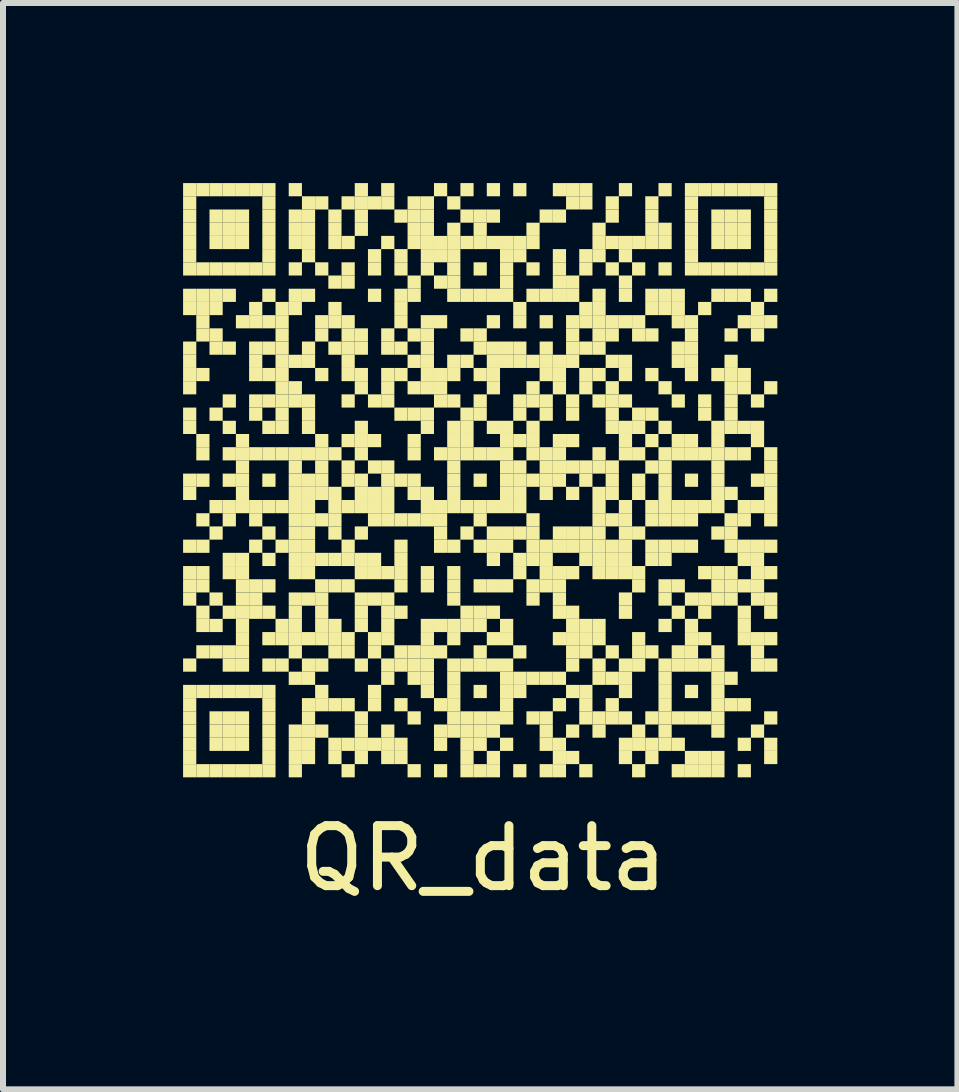
<source format=kicad_pcb>
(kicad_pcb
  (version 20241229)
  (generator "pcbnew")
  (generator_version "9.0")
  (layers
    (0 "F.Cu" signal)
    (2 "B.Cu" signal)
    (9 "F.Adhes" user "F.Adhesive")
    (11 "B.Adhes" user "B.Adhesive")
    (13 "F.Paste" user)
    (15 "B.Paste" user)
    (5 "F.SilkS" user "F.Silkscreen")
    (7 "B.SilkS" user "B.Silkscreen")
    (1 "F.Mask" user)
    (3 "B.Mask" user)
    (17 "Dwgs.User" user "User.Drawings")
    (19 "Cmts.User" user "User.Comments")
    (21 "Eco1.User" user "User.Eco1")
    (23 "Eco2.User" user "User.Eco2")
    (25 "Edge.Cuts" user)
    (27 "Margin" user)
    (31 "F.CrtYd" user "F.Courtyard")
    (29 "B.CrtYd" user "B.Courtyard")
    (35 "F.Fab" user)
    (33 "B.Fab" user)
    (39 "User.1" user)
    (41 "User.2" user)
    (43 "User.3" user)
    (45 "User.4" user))
  (footprint "QR_data"
    (layer "F.Cu")
    (at 5 5)
    (property "Reference" "QR_data" (at 0 6.25 0) (layer "F.SilkS") (effects (font (size 1 1) (thickness 0.15))))
    (attr exclude_from_pos_files exclude_from_bom)
    (fp_poly (pts (xy -5 -5) (xy -5 -4.78) (xy -4.78 -4.78) (xy -4.78 -5)) (stroke (width 0) (type solid)) (fill yes) (layer "F.SilkS"))
    (fp_poly (pts (xy -5 -4.78) (xy -5 -4.56) (xy -4.78 -4.56) (xy -4.78 -4.78)) (stroke (width 0) (type solid)) (fill yes) (layer "F.SilkS"))
    (fp_poly (pts (xy -5 -4.56) (xy -5 -4.34) (xy -4.78 -4.34) (xy -4.78 -4.56)) (stroke (width 0) (type solid)) (fill yes) (layer "F.SilkS"))
    (fp_poly (pts (xy -5 -4.34) (xy -5 -4.12) (xy -4.78 -4.12) (xy -4.78 -4.34)) (stroke (width 0) (type solid)) (fill yes) (layer "F.SilkS"))
    (fp_poly (pts (xy -5 -4.12) (xy -5 -3.9) (xy -4.78 -3.9) (xy -4.78 -4.12)) (stroke (width 0) (type solid)) (fill yes) (layer "F.SilkS"))
    (fp_poly (pts (xy -5 -3.9) (xy -5 -3.68) (xy -4.78 -3.68) (xy -4.78 -3.9)) (stroke (width 0) (type solid)) (fill yes) (layer "F.SilkS"))
    (fp_poly (pts (xy -5 -3.68) (xy -5 -3.46) (xy -4.78 -3.46) (xy -4.78 -3.68)) (stroke (width 0) (type solid)) (fill yes) (layer "F.SilkS"))
    (fp_poly (pts (xy -5 -3.24) (xy -5 -3.02) (xy -4.78 -3.02) (xy -4.78 -3.24)) (stroke (width 0) (type solid)) (fill yes) (layer "F.SilkS"))
    (fp_poly (pts (xy -5 -3.02) (xy -5 -2.8) (xy -4.78 -2.8) (xy -4.78 -3.02)) (stroke (width 0) (type solid)) (fill yes) (layer "F.SilkS"))
    (fp_poly (pts (xy -5 -2.36) (xy -5 -2.14) (xy -4.78 -2.14) (xy -4.78 -2.36)) (stroke (width 0) (type solid)) (fill yes) (layer "F.SilkS"))
    (fp_poly (pts (xy -5 -2.14) (xy -5 -1.92) (xy -4.78 -1.92) (xy -4.78 -2.14)) (stroke (width 0) (type solid)) (fill yes) (layer "F.SilkS"))
    (fp_poly (pts (xy -5 -1.92) (xy -5 -1.7) (xy -4.78 -1.7) (xy -4.78 -1.92)) (stroke (width 0) (type solid)) (fill yes) (layer "F.SilkS"))
    (fp_poly (pts (xy -5 -1.7) (xy -5 -1.48) (xy -4.78 -1.48) (xy -4.78 -1.7)) (stroke (width 0) (type solid)) (fill yes) (layer "F.SilkS"))
    (fp_poly (pts (xy -5 -1.26) (xy -5 -1.04) (xy -4.78 -1.04) (xy -4.78 -1.26)) (stroke (width 0) (type solid)) (fill yes) (layer "F.SilkS"))
    (fp_poly (pts (xy -5 -1.04) (xy -5 -0.82) (xy -4.78 -0.82) (xy -4.78 -1.04)) (stroke (width 0) (type solid)) (fill yes) (layer "F.SilkS"))
    (fp_poly (pts (xy -5 -0.16) (xy -5 0.06) (xy -4.78 0.06) (xy -4.78 -0.16)) (stroke (width 0) (type solid)) (fill yes) (layer "F.SilkS"))
    (fp_poly (pts (xy -5 0.06) (xy -5 0.28) (xy -4.78 0.28) (xy -4.78 0.06)) (stroke (width 0) (type solid)) (fill yes) (layer "F.SilkS"))
    (fp_poly (pts (xy -5 0.94) (xy -5 1.16) (xy -4.78 1.16) (xy -4.78 0.94)) (stroke (width 0) (type solid)) (fill yes) (layer "F.SilkS"))
    (fp_poly (pts (xy -5 1.38) (xy -5 1.6) (xy -4.78 1.6) (xy -4.78 1.38)) (stroke (width 0) (type solid)) (fill yes) (layer "F.SilkS"))
    (fp_poly (pts (xy -5 1.6) (xy -5 1.82) (xy -4.78 1.82) (xy -4.78 1.6)) (stroke (width 0) (type solid)) (fill yes) (layer "F.SilkS"))
    (fp_poly (pts (xy -5 1.82) (xy -5 2.04) (xy -4.78 2.04) (xy -4.78 1.82)) (stroke (width 0) (type solid)) (fill yes) (layer "F.SilkS"))
    (fp_poly (pts (xy -5 2.92) (xy -5 3.14) (xy -4.78 3.14) (xy -4.78 2.92)) (stroke (width 0) (type solid)) (fill yes) (layer "F.SilkS"))
    (fp_poly (pts (xy -5 3.36) (xy -5 3.58) (xy -4.78 3.58) (xy -4.78 3.36)) (stroke (width 0) (type solid)) (fill yes) (layer "F.SilkS"))
    (fp_poly (pts (xy -5 3.58) (xy -5 3.8) (xy -4.78 3.8) (xy -4.78 3.58)) (stroke (width 0) (type solid)) (fill yes) (layer "F.SilkS"))
    (fp_poly (pts (xy -5 3.8) (xy -5 4.02) (xy -4.78 4.02) (xy -4.78 3.8)) (stroke (width 0) (type solid)) (fill yes) (layer "F.SilkS"))
    (fp_poly (pts (xy -5 4.02) (xy -5 4.24) (xy -4.78 4.24) (xy -4.78 4.02)) (stroke (width 0) (type solid)) (fill yes) (layer "F.SilkS"))
    (fp_poly (pts (xy -5 4.24) (xy -5 4.46) (xy -4.78 4.46) (xy -4.78 4.24)) (stroke (width 0) (type solid)) (fill yes) (layer "F.SilkS"))
    (fp_poly (pts (xy -5 4.46) (xy -5 4.68) (xy -4.78 4.68) (xy -4.78 4.46)) (stroke (width 0) (type solid)) (fill yes) (layer "F.SilkS"))
    (fp_poly (pts (xy -5 4.68) (xy -5 4.9) (xy -4.78 4.9) (xy -4.78 4.68)) (stroke (width 0) (type solid)) (fill yes) (layer "F.SilkS"))
    (fp_poly (pts (xy -4.78 -5) (xy -4.78 -4.78) (xy -4.56 -4.78) (xy -4.56 -5)) (stroke (width 0) (type solid)) (fill yes) (layer "F.SilkS"))
    (fp_poly (pts (xy -4.78 -3.68) (xy -4.78 -3.46) (xy -4.56 -3.46) (xy -4.56 -3.68)) (stroke (width 0) (type solid)) (fill yes) (layer "F.SilkS"))
    (fp_poly (pts (xy -4.78 -3.24) (xy -4.78 -3.02) (xy -4.56 -3.02) (xy -4.56 -3.24)) (stroke (width 0) (type solid)) (fill yes) (layer "F.SilkS"))
    (fp_poly (pts (xy -4.78 -3.02) (xy -4.78 -2.8) (xy -4.56 -2.8) (xy -4.56 -3.02)) (stroke (width 0) (type solid)) (fill yes) (layer "F.SilkS"))
    (fp_poly (pts (xy -4.78 -2.8) (xy -4.78 -2.58) (xy -4.56 -2.58) (xy -4.56 -2.8)) (stroke (width 0) (type solid)) (fill yes) (layer "F.SilkS"))
    (fp_poly (pts (xy -4.78 -2.58) (xy -4.78 -2.36) (xy -4.56 -2.36) (xy -4.56 -2.58)) (stroke (width 0) (type solid)) (fill yes) (layer "F.SilkS"))
    (fp_poly (pts (xy -4.78 -1.92) (xy -4.78 -1.7) (xy -4.56 -1.7) (xy -4.56 -1.92)) (stroke (width 0) (type solid)) (fill yes) (layer "F.SilkS"))
    (fp_poly (pts (xy -4.78 -0.82) (xy -4.78 -0.6) (xy -4.56 -0.6) (xy -4.56 -0.82)) (stroke (width 0) (type solid)) (fill yes) (layer "F.SilkS"))
    (fp_poly (pts (xy -4.78 -0.6) (xy -4.78 -0.38) (xy -4.56 -0.38) (xy -4.56 -0.6)) (stroke (width 0) (type solid)) (fill yes) (layer "F.SilkS"))
    (fp_poly (pts (xy -4.78 -0.16) (xy -4.78 0.06) (xy -4.56 0.06) (xy -4.56 -0.16)) (stroke (width 0) (type solid)) (fill yes) (layer "F.SilkS"))
    (fp_poly (pts (xy -4.78 0.5) (xy -4.78 0.72) (xy -4.56 0.72) (xy -4.56 0.5)) (stroke (width 0) (type solid)) (fill yes) (layer "F.SilkS"))
    (fp_poly (pts (xy -4.78 0.94) (xy -4.78 1.16) (xy -4.56 1.16) (xy -4.56 0.94)) (stroke (width 0) (type solid)) (fill yes) (layer "F.SilkS"))
    (fp_poly (pts (xy -4.78 1.38) (xy -4.78 1.6) (xy -4.56 1.6) (xy -4.56 1.38)) (stroke (width 0) (type solid)) (fill yes) (layer "F.SilkS"))
    (fp_poly (pts (xy -4.78 1.6) (xy -4.78 1.82) (xy -4.56 1.82) (xy -4.56 1.6)) (stroke (width 0) (type solid)) (fill yes) (layer "F.SilkS"))
    (fp_poly (pts (xy -4.78 2.04) (xy -4.78 2.26) (xy -4.56 2.26) (xy -4.56 2.04)) (stroke (width 0) (type solid)) (fill yes) (layer "F.SilkS"))
    (fp_poly (pts (xy -4.78 2.26) (xy -4.78 2.48) (xy -4.56 2.48) (xy -4.56 2.26)) (stroke (width 0) (type solid)) (fill yes) (layer "F.SilkS"))
    (fp_poly (pts (xy -4.78 2.7) (xy -4.78 2.92) (xy -4.56 2.92) (xy -4.56 2.7)) (stroke (width 0) (type solid)) (fill yes) (layer "F.SilkS"))
    (fp_poly (pts (xy -4.78 3.36) (xy -4.78 3.58) (xy -4.56 3.58) (xy -4.56 3.36)) (stroke (width 0) (type solid)) (fill yes) (layer "F.SilkS"))
    (fp_poly (pts (xy -4.78 4.68) (xy -4.78 4.9) (xy -4.56 4.9) (xy -4.56 4.68)) (stroke (width 0) (type solid)) (fill yes) (layer "F.SilkS"))
    (fp_poly (pts (xy -4.56 -5) (xy -4.56 -4.78) (xy -4.34 -4.78) (xy -4.34 -5)) (stroke (width 0) (type solid)) (fill yes) (layer "F.SilkS"))
    (fp_poly (pts (xy -4.56 -4.56) (xy -4.56 -4.34) (xy -4.34 -4.34) (xy -4.34 -4.56)) (stroke (width 0) (type solid)) (fill yes) (layer "F.SilkS"))
    (fp_poly (pts (xy -4.56 -4.34) (xy -4.56 -4.12) (xy -4.34 -4.12) (xy -4.34 -4.34)) (stroke (width 0) (type solid)) (fill yes) (layer "F.SilkS"))
    (fp_poly (pts (xy -4.56 -4.12) (xy -4.56 -3.9) (xy -4.34 -3.9) (xy -4.34 -4.12)) (stroke (width 0) (type solid)) (fill yes) (layer "F.SilkS"))
    (fp_poly (pts (xy -4.56 -3.68) (xy -4.56 -3.46) (xy -4.34 -3.46) (xy -4.34 -3.68)) (stroke (width 0) (type solid)) (fill yes) (layer "F.SilkS"))
    (fp_poly (pts (xy -4.56 -3.24) (xy -4.56 -3.02) (xy -4.34 -3.02) (xy -4.34 -3.24)) (stroke (width 0) (type solid)) (fill yes) (layer "F.SilkS"))
    (fp_poly (pts (xy -4.56 -3.02) (xy -4.56 -2.8) (xy -4.34 -2.8) (xy -4.34 -3.02)) (stroke (width 0) (type solid)) (fill yes) (layer "F.SilkS"))
    (fp_poly (pts (xy -4.56 -2.58) (xy -4.56 -2.36) (xy -4.34 -2.36) (xy -4.34 -2.58)) (stroke (width 0) (type solid)) (fill yes) (layer "F.SilkS"))
    (fp_poly (pts (xy -4.56 -2.36) (xy -4.56 -2.14) (xy -4.34 -2.14) (xy -4.34 -2.36)) (stroke (width 0) (type solid)) (fill yes) (layer "F.SilkS"))
    (fp_poly (pts (xy -4.56 -1.26) (xy -4.56 -1.04) (xy -4.34 -1.04) (xy -4.34 -1.26)) (stroke (width 0) (type solid)) (fill yes) (layer "F.SilkS"))
    (fp_poly (pts (xy -4.56 0.28) (xy -4.56 0.5) (xy -4.34 0.5) (xy -4.34 0.28)) (stroke (width 0) (type solid)) (fill yes) (layer "F.SilkS"))
    (fp_poly (pts (xy -4.56 0.72) (xy -4.56 0.94) (xy -4.34 0.94) (xy -4.34 0.72)) (stroke (width 0) (type solid)) (fill yes) (layer "F.SilkS"))
    (fp_poly (pts (xy -4.56 1.82) (xy -4.56 2.04) (xy -4.34 2.04) (xy -4.34 1.82)) (stroke (width 0) (type solid)) (fill yes) (layer "F.SilkS"))
    (fp_poly (pts (xy -4.56 2.26) (xy -4.56 2.48) (xy -4.34 2.48) (xy -4.34 2.26)) (stroke (width 0) (type solid)) (fill yes) (layer "F.SilkS"))
    (fp_poly (pts (xy -4.56 2.7) (xy -4.56 2.92) (xy -4.34 2.92) (xy -4.34 2.7)) (stroke (width 0) (type solid)) (fill yes) (layer "F.SilkS"))
    (fp_poly (pts (xy -4.56 3.36) (xy -4.56 3.58) (xy -4.34 3.58) (xy -4.34 3.36)) (stroke (width 0) (type solid)) (fill yes) (layer "F.SilkS"))
    (fp_poly (pts (xy -4.56 3.8) (xy -4.56 4.02) (xy -4.34 4.02) (xy -4.34 3.8)) (stroke (width 0) (type solid)) (fill yes) (layer "F.SilkS"))
    (fp_poly (pts (xy -4.56 4.02) (xy -4.56 4.24) (xy -4.34 4.24) (xy -4.34 4.02)) (stroke (width 0) (type solid)) (fill yes) (layer "F.SilkS"))
    (fp_poly (pts (xy -4.56 4.24) (xy -4.56 4.46) (xy -4.34 4.46) (xy -4.34 4.24)) (stroke (width 0) (type solid)) (fill yes) (layer "F.SilkS"))
    (fp_poly (pts (xy -4.56 4.68) (xy -4.56 4.9) (xy -4.34 4.9) (xy -4.34 4.68)) (stroke (width 0) (type solid)) (fill yes) (layer "F.SilkS"))
    (fp_poly (pts (xy -4.34 -5) (xy -4.34 -4.78) (xy -4.12 -4.78) (xy -4.12 -5)) (stroke (width 0) (type solid)) (fill yes) (layer "F.SilkS"))
    (fp_poly (pts (xy -4.34 -4.56) (xy -4.34 -4.34) (xy -4.12 -4.34) (xy -4.12 -4.56)) (stroke (width 0) (type solid)) (fill yes) (layer "F.SilkS"))
    (fp_poly (pts (xy -4.34 -4.34) (xy -4.34 -4.12) (xy -4.12 -4.12) (xy -4.12 -4.34)) (stroke (width 0) (type solid)) (fill yes) (layer "F.SilkS"))
    (fp_poly (pts (xy -4.34 -4.12) (xy -4.34 -3.9) (xy -4.12 -3.9) (xy -4.12 -4.12)) (stroke (width 0) (type solid)) (fill yes) (layer "F.SilkS"))
    (fp_poly (pts (xy -4.34 -3.68) (xy -4.34 -3.46) (xy -4.12 -3.46) (xy -4.12 -3.68)) (stroke (width 0) (type solid)) (fill yes) (layer "F.SilkS"))
    (fp_poly (pts (xy -4.34 -3.24) (xy -4.34 -3.02) (xy -4.12 -3.02) (xy -4.12 -3.24)) (stroke (width 0) (type solid)) (fill yes) (layer "F.SilkS"))
    (fp_poly (pts (xy -4.34 -2.36) (xy -4.34 -2.14) (xy -4.12 -2.14) (xy -4.12 -2.36)) (stroke (width 0) (type solid)) (fill yes) (layer "F.SilkS"))
    (fp_poly (pts (xy -4.34 -1.48) (xy -4.34 -1.26) (xy -4.12 -1.26) (xy -4.12 -1.48)) (stroke (width 0) (type solid)) (fill yes) (layer "F.SilkS"))
    (fp_poly (pts (xy -4.34 -1.04) (xy -4.34 -0.82) (xy -4.12 -0.82) (xy -4.12 -1.04)) (stroke (width 0) (type solid)) (fill yes) (layer "F.SilkS"))
    (fp_poly (pts (xy -4.34 -0.6) (xy -4.34 -0.38) (xy -4.12 -0.38) (xy -4.12 -0.6)) (stroke (width 0) (type solid)) (fill yes) (layer "F.SilkS"))
    (fp_poly (pts (xy -4.34 -0.16) (xy -4.34 0.06) (xy -4.12 0.06) (xy -4.12 -0.16)) (stroke (width 0) (type solid)) (fill yes) (layer "F.SilkS"))
    (fp_poly (pts (xy -4.34 0.28) (xy -4.34 0.5) (xy -4.12 0.5) (xy -4.12 0.28)) (stroke (width 0) (type solid)) (fill yes) (layer "F.SilkS"))
    (fp_poly (pts (xy -4.34 0.5) (xy -4.34 0.72) (xy -4.12 0.72) (xy -4.12 0.5)) (stroke (width 0) (type solid)) (fill yes) (layer "F.SilkS"))
    (fp_poly (pts (xy -4.34 1.16) (xy -4.34 1.38) (xy -4.12 1.38) (xy -4.12 1.16)) (stroke (width 0) (type solid)) (fill yes) (layer "F.SilkS"))
    (fp_poly (pts (xy -4.34 1.38) (xy -4.34 1.6) (xy -4.12 1.6) (xy -4.12 1.38)) (stroke (width 0) (type solid)) (fill yes) (layer "F.SilkS"))
    (fp_poly (pts (xy -4.34 2.04) (xy -4.34 2.26) (xy -4.12 2.26) (xy -4.12 2.04)) (stroke (width 0) (type solid)) (fill yes) (layer "F.SilkS"))
    (fp_poly (pts (xy -4.34 2.7) (xy -4.34 2.92) (xy -4.12 2.92) (xy -4.12 2.7)) (stroke (width 0) (type solid)) (fill yes) (layer "F.SilkS"))
    (fp_poly (pts (xy -4.34 2.92) (xy -4.34 3.14) (xy -4.12 3.14) (xy -4.12 2.92)) (stroke (width 0) (type solid)) (fill yes) (layer "F.SilkS"))
    (fp_poly (pts (xy -4.34 3.36) (xy -4.34 3.58) (xy -4.12 3.58) (xy -4.12 3.36)) (stroke (width 0) (type solid)) (fill yes) (layer "F.SilkS"))
    (fp_poly (pts (xy -4.34 3.8) (xy -4.34 4.02) (xy -4.12 4.02) (xy -4.12 3.8)) (stroke (width 0) (type solid)) (fill yes) (layer "F.SilkS"))
    (fp_poly (pts (xy -4.34 4.02) (xy -4.34 4.24) (xy -4.12 4.24) (xy -4.12 4.02)) (stroke (width 0) (type solid)) (fill yes) (layer "F.SilkS"))
    (fp_poly (pts (xy -4.34 4.24) (xy -4.34 4.46) (xy -4.12 4.46) (xy -4.12 4.24)) (stroke (width 0) (type solid)) (fill yes) (layer "F.SilkS"))
    (fp_poly (pts (xy -4.34 4.68) (xy -4.34 4.9) (xy -4.12 4.9) (xy -4.12 4.68)) (stroke (width 0) (type solid)) (fill yes) (layer "F.SilkS"))
    (fp_poly (pts (xy -4.12 -5) (xy -4.12 -4.78) (xy -3.9 -4.78) (xy -3.9 -5)) (stroke (width 0) (type solid)) (fill yes) (layer "F.SilkS"))
    (fp_poly (pts (xy -4.12 -4.56) (xy -4.12 -4.34) (xy -3.9 -4.34) (xy -3.9 -4.56)) (stroke (width 0) (type solid)) (fill yes) (layer "F.SilkS"))
    (fp_poly (pts (xy -4.12 -4.34) (xy -4.12 -4.12) (xy -3.9 -4.12) (xy -3.9 -4.34)) (stroke (width 0) (type solid)) (fill yes) (layer "F.SilkS"))
    (fp_poly (pts (xy -4.12 -4.12) (xy -4.12 -3.9) (xy -3.9 -3.9) (xy -3.9 -4.12)) (stroke (width 0) (type solid)) (fill yes) (layer "F.SilkS"))
    (fp_poly (pts (xy -4.12 -3.68) (xy -4.12 -3.46) (xy -3.9 -3.46) (xy -3.9 -3.68)) (stroke (width 0) (type solid)) (fill yes) (layer "F.SilkS"))
    (fp_poly (pts (xy -4.12 -2.8) (xy -4.12 -2.58) (xy -3.9 -2.58) (xy -3.9 -2.8)) (stroke (width 0) (type solid)) (fill yes) (layer "F.SilkS"))
    (fp_poly (pts (xy -4.12 -0.82) (xy -4.12 -0.6) (xy -3.9 -0.6) (xy -3.9 -0.82)) (stroke (width 0) (type solid)) (fill yes) (layer "F.SilkS"))
    (fp_poly (pts (xy -4.12 -0.6) (xy -4.12 -0.38) (xy -3.9 -0.38) (xy -3.9 -0.6)) (stroke (width 0) (type solid)) (fill yes) (layer "F.SilkS"))
    (fp_poly (pts (xy -4.12 -0.38) (xy -4.12 -0.16) (xy -3.9 -0.16) (xy -3.9 -0.38)) (stroke (width 0) (type solid)) (fill yes) (layer "F.SilkS"))
    (fp_poly (pts (xy -4.12 -0.16) (xy -4.12 0.06) (xy -3.9 0.06) (xy -3.9 -0.16)) (stroke (width 0) (type solid)) (fill yes) (layer "F.SilkS"))
    (fp_poly (pts (xy -4.12 0.06) (xy -4.12 0.28) (xy -3.9 0.28) (xy -3.9 0.06)) (stroke (width 0) (type solid)) (fill yes) (layer "F.SilkS"))
    (fp_poly (pts (xy -4.12 0.28) (xy -4.12 0.5) (xy -3.9 0.5) (xy -3.9 0.28)) (stroke (width 0) (type solid)) (fill yes) (layer "F.SilkS"))
    (fp_poly (pts (xy -4.12 1.16) (xy -4.12 1.38) (xy -3.9 1.38) (xy -3.9 1.16)) (stroke (width 0) (type solid)) (fill yes) (layer "F.SilkS"))
    (fp_poly (pts (xy -4.12 1.38) (xy -4.12 1.6) (xy -3.9 1.6) (xy -3.9 1.38)) (stroke (width 0) (type solid)) (fill yes) (layer "F.SilkS"))
    (fp_poly (pts (xy -4.12 1.6) (xy -4.12 1.82) (xy -3.9 1.82) (xy -3.9 1.6)) (stroke (width 0) (type solid)) (fill yes) (layer "F.SilkS"))
    (fp_poly (pts (xy -4.12 1.82) (xy -4.12 2.04) (xy -3.9 2.04) (xy -3.9 1.82)) (stroke (width 0) (type solid)) (fill yes) (layer "F.SilkS"))
    (fp_poly (pts (xy -4.12 2.04) (xy -4.12 2.26) (xy -3.9 2.26) (xy -3.9 2.04)) (stroke (width 0) (type solid)) (fill yes) (layer "F.SilkS"))
    (fp_poly (pts (xy -4.12 2.26) (xy -4.12 2.48) (xy -3.9 2.48) (xy -3.9 2.26)) (stroke (width 0) (type solid)) (fill yes) (layer "F.SilkS"))
    (fp_poly (pts (xy -4.12 2.48) (xy -4.12 2.7) (xy -3.9 2.7) (xy -3.9 2.48)) (stroke (width 0) (type solid)) (fill yes) (layer "F.SilkS"))
    (fp_poly (pts (xy -4.12 2.7) (xy -4.12 2.92) (xy -3.9 2.92) (xy -3.9 2.7)) (stroke (width 0) (type solid)) (fill yes) (layer "F.SilkS"))
    (fp_poly (pts (xy -4.12 2.92) (xy -4.12 3.14) (xy -3.9 3.14) (xy -3.9 2.92)) (stroke (width 0) (type solid)) (fill yes) (layer "F.SilkS"))
    (fp_poly (pts (xy -4.12 3.36) (xy -4.12 3.58) (xy -3.9 3.58) (xy -3.9 3.36)) (stroke (width 0) (type solid)) (fill yes) (layer "F.SilkS"))
    (fp_poly (pts (xy -4.12 3.8) (xy -4.12 4.02) (xy -3.9 4.02) (xy -3.9 3.8)) (stroke (width 0) (type solid)) (fill yes) (layer "F.SilkS"))
    (fp_poly (pts (xy -4.12 4.02) (xy -4.12 4.24) (xy -3.9 4.24) (xy -3.9 4.02)) (stroke (width 0) (type solid)) (fill yes) (layer "F.SilkS"))
    (fp_poly (pts (xy -4.12 4.24) (xy -4.12 4.46) (xy -3.9 4.46) (xy -3.9 4.24)) (stroke (width 0) (type solid)) (fill yes) (layer "F.SilkS"))
    (fp_poly (pts (xy -4.12 4.68) (xy -4.12 4.9) (xy -3.9 4.9) (xy -3.9 4.68)) (stroke (width 0) (type solid)) (fill yes) (layer "F.SilkS"))
    (fp_poly (pts (xy -3.9 -5) (xy -3.9 -4.78) (xy -3.68 -4.78) (xy -3.68 -5)) (stroke (width 0) (type solid)) (fill yes) (layer "F.SilkS"))
    (fp_poly (pts (xy -3.9 -3.68) (xy -3.9 -3.46) (xy -3.68 -3.46) (xy -3.68 -3.68)) (stroke (width 0) (type solid)) (fill yes) (layer "F.SilkS"))
    (fp_poly (pts (xy -3.9 -3.02) (xy -3.9 -2.8) (xy -3.68 -2.8) (xy -3.68 -3.02)) (stroke (width 0) (type solid)) (fill yes) (layer "F.SilkS"))
    (fp_poly (pts (xy -3.9 -2.8) (xy -3.9 -2.58) (xy -3.68 -2.58) (xy -3.68 -2.8)) (stroke (width 0) (type solid)) (fill yes) (layer "F.SilkS"))
    (fp_poly (pts (xy -3.9 -2.36) (xy -3.9 -2.14) (xy -3.68 -2.14) (xy -3.68 -2.36)) (stroke (width 0) (type solid)) (fill yes) (layer "F.SilkS"))
    (fp_poly (pts (xy -3.9 -2.14) (xy -3.9 -1.92) (xy -3.68 -1.92) (xy -3.68 -2.14)) (stroke (width 0) (type solid)) (fill yes) (layer "F.SilkS"))
    (fp_poly (pts (xy -3.9 -1.92) (xy -3.9 -1.7) (xy -3.68 -1.7) (xy -3.68 -1.92)) (stroke (width 0) (type solid)) (fill yes) (layer "F.SilkS"))
    (fp_poly (pts (xy -3.9 -1.48) (xy -3.9 -1.26) (xy -3.68 -1.26) (xy -3.68 -1.48)) (stroke (width 0) (type solid)) (fill yes) (layer "F.SilkS"))
    (fp_poly (pts (xy -3.9 -1.26) (xy -3.9 -1.04) (xy -3.68 -1.04) (xy -3.68 -1.26)) (stroke (width 0) (type solid)) (fill yes) (layer "F.SilkS"))
    (fp_poly (pts (xy -3.9 -0.6) (xy -3.9 -0.38) (xy -3.68 -0.38) (xy -3.68 -0.6)) (stroke (width 0) (type solid)) (fill yes) (layer "F.SilkS"))
    (fp_poly (pts (xy -3.9 0.28) (xy -3.9 0.5) (xy -3.68 0.5) (xy -3.68 0.28)) (stroke (width 0) (type solid)) (fill yes) (layer "F.SilkS"))
    (fp_poly (pts (xy -3.9 0.5) (xy -3.9 0.72) (xy -3.68 0.72) (xy -3.68 0.5)) (stroke (width 0) (type solid)) (fill yes) (layer "F.SilkS"))
    (fp_poly (pts (xy -3.9 0.94) (xy -3.9 1.16) (xy -3.68 1.16) (xy -3.68 0.94)) (stroke (width 0) (type solid)) (fill yes) (layer "F.SilkS"))
    (fp_poly (pts (xy -3.9 1.6) (xy -3.9 1.82) (xy -3.68 1.82) (xy -3.68 1.6)) (stroke (width 0) (type solid)) (fill yes) (layer "F.SilkS"))
    (fp_poly (pts (xy -3.9 1.82) (xy -3.9 2.04) (xy -3.68 2.04) (xy -3.68 1.82)) (stroke (width 0) (type solid)) (fill yes) (layer "F.SilkS"))
    (fp_poly (pts (xy -3.9 2.04) (xy -3.9 2.26) (xy -3.68 2.26) (xy -3.68 2.04)) (stroke (width 0) (type solid)) (fill yes) (layer "F.SilkS"))
    (fp_poly (pts (xy -3.9 3.36) (xy -3.9 3.58) (xy -3.68 3.58) (xy -3.68 3.36)) (stroke (width 0) (type solid)) (fill yes) (layer "F.SilkS"))
    (fp_poly (pts (xy -3.9 4.68) (xy -3.9 4.9) (xy -3.68 4.9) (xy -3.68 4.68)) (stroke (width 0) (type solid)) (fill yes) (layer "F.SilkS"))
    (fp_poly (pts (xy -3.68 -5) (xy -3.68 -4.78) (xy -3.46 -4.78) (xy -3.46 -5)) (stroke (width 0) (type solid)) (fill yes) (layer "F.SilkS"))
    (fp_poly (pts (xy -3.68 -4.78) (xy -3.68 -4.56) (xy -3.46 -4.56) (xy -3.46 -4.78)) (stroke (width 0) (type solid)) (fill yes) (layer "F.SilkS"))
    (fp_poly (pts (xy -3.68 -4.56) (xy -3.68 -4.34) (xy -3.46 -4.34) (xy -3.46 -4.56)) (stroke (width 0) (type solid)) (fill yes) (layer "F.SilkS"))
    (fp_poly (pts (xy -3.68 -4.34) (xy -3.68 -4.12) (xy -3.46 -4.12) (xy -3.46 -4.34)) (stroke (width 0) (type solid)) (fill yes) (layer "F.SilkS"))
    (fp_poly (pts (xy -3.68 -4.12) (xy -3.68 -3.9) (xy -3.46 -3.9) (xy -3.46 -4.12)) (stroke (width 0) (type solid)) (fill yes) (layer "F.SilkS"))
    (fp_poly (pts (xy -3.68 -3.9) (xy -3.68 -3.68) (xy -3.46 -3.68) (xy -3.46 -3.9)) (stroke (width 0) (type solid)) (fill yes) (layer "F.SilkS"))
    (fp_poly (pts (xy -3.68 -3.68) (xy -3.68 -3.46) (xy -3.46 -3.46) (xy -3.46 -3.68)) (stroke (width 0) (type solid)) (fill yes) (layer "F.SilkS"))
    (fp_poly (pts (xy -3.68 -3.24) (xy -3.68 -3.02) (xy -3.46 -3.02) (xy -3.46 -3.24)) (stroke (width 0) (type solid)) (fill yes) (layer "F.SilkS"))
    (fp_poly (pts (xy -3.68 -2.8) (xy -3.68 -2.58) (xy -3.46 -2.58) (xy -3.46 -2.8)) (stroke (width 0) (type solid)) (fill yes) (layer "F.SilkS"))
    (fp_poly (pts (xy -3.68 -2.36) (xy -3.68 -2.14) (xy -3.46 -2.14) (xy -3.46 -2.36)) (stroke (width 0) (type solid)) (fill yes) (layer "F.SilkS"))
    (fp_poly (pts (xy -3.68 -1.92) (xy -3.68 -1.7) (xy -3.46 -1.7) (xy -3.46 -1.92)) (stroke (width 0) (type solid)) (fill yes) (layer "F.SilkS"))
    (fp_poly (pts (xy -3.68 -1.48) (xy -3.68 -1.26) (xy -3.46 -1.26) (xy -3.46 -1.48)) (stroke (width 0) (type solid)) (fill yes) (layer "F.SilkS"))
    (fp_poly (pts (xy -3.68 -1.04) (xy -3.68 -0.82) (xy -3.46 -0.82) (xy -3.46 -1.04)) (stroke (width 0) (type solid)) (fill yes) (layer "F.SilkS"))
    (fp_poly (pts (xy -3.68 -0.6) (xy -3.68 -0.38) (xy -3.46 -0.38) (xy -3.46 -0.6)) (stroke (width 0) (type solid)) (fill yes) (layer "F.SilkS"))
    (fp_poly (pts (xy -3.68 -0.16) (xy -3.68 0.06) (xy -3.46 0.06) (xy -3.46 -0.16)) (stroke (width 0) (type solid)) (fill yes) (layer "F.SilkS"))
    (fp_poly (pts (xy -3.68 0.28) (xy -3.68 0.5) (xy -3.46 0.5) (xy -3.46 0.28)) (stroke (width 0) (type solid)) (fill yes) (layer "F.SilkS"))
    (fp_poly (pts (xy -3.68 0.72) (xy -3.68 0.94) (xy -3.46 0.94) (xy -3.46 0.72)) (stroke (width 0) (type solid)) (fill yes) (layer "F.SilkS"))
    (fp_poly (pts (xy -3.68 1.16) (xy -3.68 1.38) (xy -3.46 1.38) (xy -3.46 1.16)) (stroke (width 0) (type solid)) (fill yes) (layer "F.SilkS"))
    (fp_poly (pts (xy -3.68 1.6) (xy -3.68 1.82) (xy -3.46 1.82) (xy -3.46 1.6)) (stroke (width 0) (type solid)) (fill yes) (layer "F.SilkS"))
    (fp_poly (pts (xy -3.68 2.04) (xy -3.68 2.26) (xy -3.46 2.26) (xy -3.46 2.04)) (stroke (width 0) (type solid)) (fill yes) (layer "F.SilkS"))
    (fp_poly (pts (xy -3.68 2.48) (xy -3.68 2.7) (xy -3.46 2.7) (xy -3.46 2.48)) (stroke (width 0) (type solid)) (fill yes) (layer "F.SilkS"))
    (fp_poly (pts (xy -3.68 2.92) (xy -3.68 3.14) (xy -3.46 3.14) (xy -3.46 2.92)) (stroke (width 0) (type solid)) (fill yes) (layer "F.SilkS"))
    (fp_poly (pts (xy -3.68 3.36) (xy -3.68 3.58) (xy -3.46 3.58) (xy -3.46 3.36)) (stroke (width 0) (type solid)) (fill yes) (layer "F.SilkS"))
    (fp_poly (pts (xy -3.68 3.58) (xy -3.68 3.8) (xy -3.46 3.8) (xy -3.46 3.58)) (stroke (width 0) (type solid)) (fill yes) (layer "F.SilkS"))
    (fp_poly (pts (xy -3.68 3.8) (xy -3.68 4.02) (xy -3.46 4.02) (xy -3.46 3.8)) (stroke (width 0) (type solid)) (fill yes) (layer "F.SilkS"))
    (fp_poly (pts (xy -3.68 4.02) (xy -3.68 4.24) (xy -3.46 4.24) (xy -3.46 4.02)) (stroke (width 0) (type solid)) (fill yes) (layer "F.SilkS"))
    (fp_poly (pts (xy -3.68 4.24) (xy -3.68 4.46) (xy -3.46 4.46) (xy -3.46 4.24)) (stroke (width 0) (type solid)) (fill yes) (layer "F.SilkS"))
    (fp_poly (pts (xy -3.68 4.46) (xy -3.68 4.68) (xy -3.46 4.68) (xy -3.46 4.46)) (stroke (width 0) (type solid)) (fill yes) (layer "F.SilkS"))
    (fp_poly (pts (xy -3.68 4.68) (xy -3.68 4.9) (xy -3.46 4.9) (xy -3.46 4.68)) (stroke (width 0) (type solid)) (fill yes) (layer "F.SilkS"))
    (fp_poly (pts (xy -3.46 -3.02) (xy -3.46 -2.8) (xy -3.24 -2.8) (xy -3.24 -3.02)) (stroke (width 0) (type solid)) (fill yes) (layer "F.SilkS"))
    (fp_poly (pts (xy -3.46 -2.8) (xy -3.46 -2.58) (xy -3.24 -2.58) (xy -3.24 -2.8)) (stroke (width 0) (type solid)) (fill yes) (layer "F.SilkS"))
    (fp_poly (pts (xy -3.46 -2.58) (xy -3.46 -2.36) (xy -3.24 -2.36) (xy -3.24 -2.58)) (stroke (width 0) (type solid)) (fill yes) (layer "F.SilkS"))
    (fp_poly (pts (xy -3.46 -2.36) (xy -3.46 -2.14) (xy -3.24 -2.14) (xy -3.24 -2.36)) (stroke (width 0) (type solid)) (fill yes) (layer "F.SilkS"))
    (fp_poly (pts (xy -3.46 -2.14) (xy -3.46 -1.92) (xy -3.24 -1.92) (xy -3.24 -2.14)) (stroke (width 0) (type solid)) (fill yes) (layer "F.SilkS"))
    (fp_poly (pts (xy -3.46 -1.92) (xy -3.46 -1.7) (xy -3.24 -1.7) (xy -3.24 -1.92)) (stroke (width 0) (type solid)) (fill yes) (layer "F.SilkS"))
    (fp_poly (pts (xy -3.46 -1.7) (xy -3.46 -1.48) (xy -3.24 -1.48) (xy -3.24 -1.7)) (stroke (width 0) (type solid)) (fill yes) (layer "F.SilkS"))
    (fp_poly (pts (xy -3.46 -1.48) (xy -3.46 -1.26) (xy -3.24 -1.26) (xy -3.24 -1.48)) (stroke (width 0) (type solid)) (fill yes) (layer "F.SilkS"))
    (fp_poly (pts (xy -3.46 -1.26) (xy -3.46 -1.04) (xy -3.24 -1.04) (xy -3.24 -1.26)) (stroke (width 0) (type solid)) (fill yes) (layer "F.SilkS"))
    (fp_poly (pts (xy -3.46 -1.04) (xy -3.46 -0.82) (xy -3.24 -0.82) (xy -3.24 -1.04)) (stroke (width 0) (type solid)) (fill yes) (layer "F.SilkS"))
    (fp_poly (pts (xy -3.46 -0.6) (xy -3.46 -0.38) (xy -3.24 -0.38) (xy -3.24 -0.6)) (stroke (width 0) (type solid)) (fill yes) (layer "F.SilkS"))
    (fp_poly (pts (xy -3.46 0.28) (xy -3.46 0.5) (xy -3.24 0.5) (xy -3.24 0.28)) (stroke (width 0) (type solid)) (fill yes) (layer "F.SilkS"))
    (fp_poly (pts (xy -3.46 0.94) (xy -3.46 1.16) (xy -3.24 1.16) (xy -3.24 0.94)) (stroke (width 0) (type solid)) (fill yes) (layer "F.SilkS"))
    (fp_poly (pts (xy -3.46 2.26) (xy -3.46 2.48) (xy -3.24 2.48) (xy -3.24 2.26)) (stroke (width 0) (type solid)) (fill yes) (layer "F.SilkS"))
    (fp_poly (pts (xy -3.46 2.48) (xy -3.46 2.7) (xy -3.24 2.7) (xy -3.24 2.48)) (stroke (width 0) (type solid)) (fill yes) (layer "F.SilkS"))
    (fp_poly (pts (xy -3.46 2.92) (xy -3.46 3.14) (xy -3.24 3.14) (xy -3.24 2.92)) (stroke (width 0) (type solid)) (fill yes) (layer "F.SilkS"))
    (fp_poly (pts (xy -3.24 -5) (xy -3.24 -4.78) (xy -3.02 -4.78) (xy -3.02 -5)) (stroke (width 0) (type solid)) (fill yes) (layer "F.SilkS"))
    (fp_poly (pts (xy -3.24 -4.56) (xy -3.24 -4.34) (xy -3.02 -4.34) (xy -3.02 -4.56)) (stroke (width 0) (type solid)) (fill yes) (layer "F.SilkS"))
    (fp_poly (pts (xy -3.24 -4.34) (xy -3.24 -4.12) (xy -3.02 -4.12) (xy -3.02 -4.34)) (stroke (width 0) (type solid)) (fill yes) (layer "F.SilkS"))
    (fp_poly (pts (xy -3.24 -4.12) (xy -3.24 -3.9) (xy -3.02 -3.9) (xy -3.02 -4.12)) (stroke (width 0) (type solid)) (fill yes) (layer "F.SilkS"))
    (fp_poly (pts (xy -3.24 -3.68) (xy -3.24 -3.46) (xy -3.02 -3.46) (xy -3.02 -3.68)) (stroke (width 0) (type solid)) (fill yes) (layer "F.SilkS"))
    (fp_poly (pts (xy -3.24 -3.24) (xy -3.24 -3.02) (xy -3.02 -3.02) (xy -3.02 -3.24)) (stroke (width 0) (type solid)) (fill yes) (layer "F.SilkS"))
    (fp_poly (pts (xy -3.24 -3.02) (xy -3.24 -2.8) (xy -3.02 -2.8) (xy -3.02 -3.02)) (stroke (width 0) (type solid)) (fill yes) (layer "F.SilkS"))
    (fp_poly (pts (xy -3.24 -2.14) (xy -3.24 -1.92) (xy -3.02 -1.92) (xy -3.02 -2.14)) (stroke (width 0) (type solid)) (fill yes) (layer "F.SilkS"))
    (fp_poly (pts (xy -3.24 -1.7) (xy -3.24 -1.48) (xy -3.02 -1.48) (xy -3.02 -1.7)) (stroke (width 0) (type solid)) (fill yes) (layer "F.SilkS"))
    (fp_poly (pts (xy -3.24 -1.48) (xy -3.24 -1.26) (xy -3.02 -1.26) (xy -3.02 -1.48)) (stroke (width 0) (type solid)) (fill yes) (layer "F.SilkS"))
    (fp_poly (pts (xy -3.24 -0.6) (xy -3.24 -0.38) (xy -3.02 -0.38) (xy -3.02 -0.6)) (stroke (width 0) (type solid)) (fill yes) (layer "F.SilkS"))
    (fp_poly (pts (xy -3.24 -0.38) (xy -3.24 -0.16) (xy -3.02 -0.16) (xy -3.02 -0.38)) (stroke (width 0) (type solid)) (fill yes) (layer "F.SilkS"))
    (fp_poly (pts (xy -3.24 -0.16) (xy -3.24 0.06) (xy -3.02 0.06) (xy -3.02 -0.16)) (stroke (width 0) (type solid)) (fill yes) (layer "F.SilkS"))
    (fp_poly (pts (xy -3.24 0.06) (xy -3.24 0.28) (xy -3.02 0.28) (xy -3.02 0.06)) (stroke (width 0) (type solid)) (fill yes) (layer "F.SilkS"))
    (fp_poly (pts (xy -3.24 0.28) (xy -3.24 0.5) (xy -3.02 0.5) (xy -3.02 0.28)) (stroke (width 0) (type solid)) (fill yes) (layer "F.SilkS"))
    (fp_poly (pts (xy -3.24 0.5) (xy -3.24 0.72) (xy -3.02 0.72) (xy -3.02 0.5)) (stroke (width 0) (type solid)) (fill yes) (layer "F.SilkS"))
    (fp_poly (pts (xy -3.24 0.72) (xy -3.24 0.94) (xy -3.02 0.94) (xy -3.02 0.72)) (stroke (width 0) (type solid)) (fill yes) (layer "F.SilkS"))
    (fp_poly (pts (xy -3.24 0.94) (xy -3.24 1.16) (xy -3.02 1.16) (xy -3.02 0.94)) (stroke (width 0) (type solid)) (fill yes) (layer "F.SilkS"))
    (fp_poly (pts (xy -3.24 1.16) (xy -3.24 1.38) (xy -3.02 1.38) (xy -3.02 1.16)) (stroke (width 0) (type solid)) (fill yes) (layer "F.SilkS"))
    (fp_poly (pts (xy -3.24 1.38) (xy -3.24 1.6) (xy -3.02 1.6) (xy -3.02 1.38)) (stroke (width 0) (type solid)) (fill yes) (layer "F.SilkS"))
    (fp_poly (pts (xy -3.24 1.82) (xy -3.24 2.04) (xy -3.02 2.04) (xy -3.02 1.82)) (stroke (width 0) (type solid)) (fill yes) (layer "F.SilkS"))
    (fp_poly (pts (xy -3.24 2.04) (xy -3.24 2.26) (xy -3.02 2.26) (xy -3.02 2.04)) (stroke (width 0) (type solid)) (fill yes) (layer "F.SilkS"))
    (fp_poly (pts (xy -3.24 2.26) (xy -3.24 2.48) (xy -3.02 2.48) (xy -3.02 2.26)) (stroke (width 0) (type solid)) (fill yes) (layer "F.SilkS"))
    (fp_poly (pts (xy -3.24 2.48) (xy -3.24 2.7) (xy -3.02 2.7) (xy -3.02 2.48)) (stroke (width 0) (type solid)) (fill yes) (layer "F.SilkS"))
    (fp_poly (pts (xy -3.24 2.7) (xy -3.24 2.92) (xy -3.02 2.92) (xy -3.02 2.7)) (stroke (width 0) (type solid)) (fill yes) (layer "F.SilkS"))
    (fp_poly (pts (xy -3.24 3.14) (xy -3.24 3.36) (xy -3.02 3.36) (xy -3.02 3.14)) (stroke (width 0) (type solid)) (fill yes) (layer "F.SilkS"))
    (fp_poly (pts (xy -3.24 4.02) (xy -3.24 4.24) (xy -3.02 4.24) (xy -3.02 4.02)) (stroke (width 0) (type solid)) (fill yes) (layer "F.SilkS"))
    (fp_poly (pts (xy -3.24 4.24) (xy -3.24 4.46) (xy -3.02 4.46) (xy -3.02 4.24)) (stroke (width 0) (type solid)) (fill yes) (layer "F.SilkS"))
    (fp_poly (pts (xy -3.24 4.46) (xy -3.24 4.68) (xy -3.02 4.68) (xy -3.02 4.46)) (stroke (width 0) (type solid)) (fill yes) (layer "F.SilkS"))
    (fp_poly (pts (xy -3.24 4.68) (xy -3.24 4.9) (xy -3.02 4.9) (xy -3.02 4.68)) (stroke (width 0) (type solid)) (fill yes) (layer "F.SilkS"))
    (fp_poly (pts (xy -3.02 -4.78) (xy -3.02 -4.56) (xy -2.8 -4.56) (xy -2.8 -4.78)) (stroke (width 0) (type solid)) (fill yes) (layer "F.SilkS"))
    (fp_poly (pts (xy -3.02 -4.56) (xy -3.02 -4.34) (xy -2.8 -4.34) (xy -2.8 -4.56)) (stroke (width 0) (type solid)) (fill yes) (layer "F.SilkS"))
    (fp_poly (pts (xy -3.02 -4.34) (xy -3.02 -4.12) (xy -2.8 -4.12) (xy -2.8 -4.34)) (stroke (width 0) (type solid)) (fill yes) (layer "F.SilkS"))
    (fp_poly (pts (xy -3.02 -4.12) (xy -3.02 -3.9) (xy -2.8 -3.9) (xy -2.8 -4.12)) (stroke (width 0) (type solid)) (fill yes) (layer "F.SilkS"))
    (fp_poly (pts (xy -3.02 -3.9) (xy -3.02 -3.68) (xy -2.8 -3.68) (xy -2.8 -3.9)) (stroke (width 0) (type solid)) (fill yes) (layer "F.SilkS"))
    (fp_poly (pts (xy -3.02 -3.24) (xy -3.02 -3.02) (xy -2.8 -3.02) (xy -2.8 -3.24)) (stroke (width 0) (type solid)) (fill yes) (layer "F.SilkS"))
    (fp_poly (pts (xy -3.02 -2.36) (xy -3.02 -2.14) (xy -2.8 -2.14) (xy -2.8 -2.36)) (stroke (width 0) (type solid)) (fill yes) (layer "F.SilkS"))
    (fp_poly (pts (xy -3.02 -2.14) (xy -3.02 -1.92) (xy -2.8 -1.92) (xy -2.8 -2.14)) (stroke (width 0) (type solid)) (fill yes) (layer "F.SilkS"))
    (fp_poly (pts (xy -3.02 -1.48) (xy -3.02 -1.26) (xy -2.8 -1.26) (xy -2.8 -1.48)) (stroke (width 0) (type solid)) (fill yes) (layer "F.SilkS"))
    (fp_poly (pts (xy -3.02 -1.26) (xy -3.02 -1.04) (xy -2.8 -1.04) (xy -2.8 -1.26)) (stroke (width 0) (type solid)) (fill yes) (layer "F.SilkS"))
    (fp_poly (pts (xy -3.02 -1.04) (xy -3.02 -0.82) (xy -2.8 -0.82) (xy -2.8 -1.04)) (stroke (width 0) (type solid)) (fill yes) (layer "F.SilkS"))
    (fp_poly (pts (xy -3.02 -0.6) (xy -3.02 -0.38) (xy -2.8 -0.38) (xy -2.8 -0.6)) (stroke (width 0) (type solid)) (fill yes) (layer "F.SilkS"))
    (fp_poly (pts (xy -3.02 -0.16) (xy -3.02 0.06) (xy -2.8 0.06) (xy -2.8 -0.16)) (stroke (width 0) (type solid)) (fill yes) (layer "F.SilkS"))
    (fp_poly (pts (xy -3.02 0.06) (xy -3.02 0.28) (xy -2.8 0.28) (xy -2.8 0.06)) (stroke (width 0) (type solid)) (fill yes) (layer "F.SilkS"))
    (fp_poly (pts (xy -3.02 0.28) (xy -3.02 0.5) (xy -2.8 0.5) (xy -2.8 0.28)) (stroke (width 0) (type solid)) (fill yes) (layer "F.SilkS"))
    (fp_poly (pts (xy -3.02 0.5) (xy -3.02 0.72) (xy -2.8 0.72) (xy -2.8 0.5)) (stroke (width 0) (type solid)) (fill yes) (layer "F.SilkS"))
    (fp_poly (pts (xy -3.02 0.72) (xy -3.02 0.94) (xy -2.8 0.94) (xy -2.8 0.72)) (stroke (width 0) (type solid)) (fill yes) (layer "F.SilkS"))
    (fp_poly (pts (xy -3.02 0.94) (xy -3.02 1.16) (xy -2.8 1.16) (xy -2.8 0.94)) (stroke (width 0) (type solid)) (fill yes) (layer "F.SilkS"))
    (fp_poly (pts (xy -3.02 1.16) (xy -3.02 1.38) (xy -2.8 1.38) (xy -2.8 1.16)) (stroke (width 0) (type solid)) (fill yes) (layer "F.SilkS"))
    (fp_poly (pts (xy -3.02 1.38) (xy -3.02 1.6) (xy -2.8 1.6) (xy -2.8 1.38)) (stroke (width 0) (type solid)) (fill yes) (layer "F.SilkS"))
    (fp_poly (pts (xy -3.02 1.82) (xy -3.02 2.04) (xy -2.8 2.04) (xy -2.8 1.82)) (stroke (width 0) (type solid)) (fill yes) (layer "F.SilkS"))
    (fp_poly (pts (xy -3.02 2.48) (xy -3.02 2.7) (xy -2.8 2.7) (xy -2.8 2.48)) (stroke (width 0) (type solid)) (fill yes) (layer "F.SilkS"))
    (fp_poly (pts (xy -3.02 2.92) (xy -3.02 3.14) (xy -2.8 3.14) (xy -2.8 2.92)) (stroke (width 0) (type solid)) (fill yes) (layer "F.SilkS"))
    (fp_poly (pts (xy -3.02 3.14) (xy -3.02 3.36) (xy -2.8 3.36) (xy -2.8 3.14)) (stroke (width 0) (type solid)) (fill yes) (layer "F.SilkS"))
    (fp_poly (pts (xy -3.02 3.58) (xy -3.02 3.8) (xy -2.8 3.8) (xy -2.8 3.58)) (stroke (width 0) (type solid)) (fill yes) (layer "F.SilkS"))
    (fp_poly (pts (xy -3.02 3.8) (xy -3.02 4.02) (xy -2.8 4.02) (xy -2.8 3.8)) (stroke (width 0) (type solid)) (fill yes) (layer "F.SilkS"))
    (fp_poly (pts (xy -3.02 4.02) (xy -3.02 4.24) (xy -2.8 4.24) (xy -2.8 4.02)) (stroke (width 0) (type solid)) (fill yes) (layer "F.SilkS"))
    (fp_poly (pts (xy -3.02 4.24) (xy -3.02 4.46) (xy -2.8 4.46) (xy -2.8 4.24)) (stroke (width 0) (type solid)) (fill yes) (layer "F.SilkS"))
    (fp_poly (pts (xy -3.02 4.46) (xy -3.02 4.68) (xy -2.8 4.68) (xy -2.8 4.46)) (stroke (width 0) (type solid)) (fill yes) (layer "F.SilkS"))
    (fp_poly (pts (xy -2.8 -4.78) (xy -2.8 -4.56) (xy -2.58 -4.56) (xy -2.58 -4.78)) (stroke (width 0) (type solid)) (fill yes) (layer "F.SilkS"))
    (fp_poly (pts (xy -2.8 -3.68) (xy -2.8 -3.46) (xy -2.58 -3.46) (xy -2.58 -3.68)) (stroke (width 0) (type solid)) (fill yes) (layer "F.SilkS"))
    (fp_poly (pts (xy -2.8 -2.8) (xy -2.8 -2.58) (xy -2.58 -2.58) (xy -2.58 -2.8)) (stroke (width 0) (type solid)) (fill yes) (layer "F.SilkS"))
    (fp_poly (pts (xy -2.8 -2.58) (xy -2.8 -2.36) (xy -2.58 -2.36) (xy -2.58 -2.58)) (stroke (width 0) (type solid)) (fill yes) (layer "F.SilkS"))
    (fp_poly (pts (xy -2.8 -1.92) (xy -2.8 -1.7) (xy -2.58 -1.7) (xy -2.58 -1.92)) (stroke (width 0) (type solid)) (fill yes) (layer "F.SilkS"))
    (fp_poly (pts (xy -2.8 -0.82) (xy -2.8 -0.6) (xy -2.58 -0.6) (xy -2.58 -0.82)) (stroke (width 0) (type solid)) (fill yes) (layer "F.SilkS"))
    (fp_poly (pts (xy -2.8 -0.6) (xy -2.8 -0.38) (xy -2.58 -0.38) (xy -2.58 -0.6)) (stroke (width 0) (type solid)) (fill yes) (layer "F.SilkS"))
    (fp_poly (pts (xy -2.8 -0.38) (xy -2.8 -0.16) (xy -2.58 -0.16) (xy -2.58 -0.38)) (stroke (width 0) (type solid)) (fill yes) (layer "F.SilkS"))
    (fp_poly (pts (xy -2.8 -0.16) (xy -2.8 0.06) (xy -2.58 0.06) (xy -2.58 -0.16)) (stroke (width 0) (type solid)) (fill yes) (layer "F.SilkS"))
    (fp_poly (pts (xy -2.8 0.06) (xy -2.8 0.28) (xy -2.58 0.28) (xy -2.58 0.06)) (stroke (width 0) (type solid)) (fill yes) (layer "F.SilkS"))
    (fp_poly (pts (xy -2.8 0.5) (xy -2.8 0.72) (xy -2.58 0.72) (xy -2.58 0.5)) (stroke (width 0) (type solid)) (fill yes) (layer "F.SilkS"))
    (fp_poly (pts (xy -2.8 1.16) (xy -2.8 1.38) (xy -2.58 1.38) (xy -2.58 1.16)) (stroke (width 0) (type solid)) (fill yes) (layer "F.SilkS"))
    (fp_poly (pts (xy -2.8 1.6) (xy -2.8 1.82) (xy -2.58 1.82) (xy -2.58 1.6)) (stroke (width 0) (type solid)) (fill yes) (layer "F.SilkS"))
    (fp_poly (pts (xy -2.8 1.82) (xy -2.8 2.04) (xy -2.58 2.04) (xy -2.58 1.82)) (stroke (width 0) (type solid)) (fill yes) (layer "F.SilkS"))
    (fp_poly (pts (xy -2.8 2.04) (xy -2.8 2.26) (xy -2.58 2.26) (xy -2.58 2.04)) (stroke (width 0) (type solid)) (fill yes) (layer "F.SilkS"))
    (fp_poly (pts (xy -2.8 2.26) (xy -2.8 2.48) (xy -2.58 2.48) (xy -2.58 2.26)) (stroke (width 0) (type solid)) (fill yes) (layer "F.SilkS"))
    (fp_poly (pts (xy -2.8 2.48) (xy -2.8 2.7) (xy -2.58 2.7) (xy -2.58 2.48)) (stroke (width 0) (type solid)) (fill yes) (layer "F.SilkS"))
    (fp_poly (pts (xy -2.8 2.92) (xy -2.8 3.14) (xy -2.58 3.14) (xy -2.58 2.92)) (stroke (width 0) (type solid)) (fill yes) (layer "F.SilkS"))
    (fp_poly (pts (xy -2.8 3.36) (xy -2.8 3.58) (xy -2.58 3.58) (xy -2.58 3.36)) (stroke (width 0) (type solid)) (fill yes) (layer "F.SilkS"))
    (fp_poly (pts (xy -2.8 3.58) (xy -2.8 3.8) (xy -2.58 3.8) (xy -2.58 3.58)) (stroke (width 0) (type solid)) (fill yes) (layer "F.SilkS"))
    (fp_poly (pts (xy -2.8 4.02) (xy -2.8 4.24) (xy -2.58 4.24) (xy -2.58 4.02)) (stroke (width 0) (type solid)) (fill yes) (layer "F.SilkS"))
    (fp_poly (pts (xy -2.58 -4.56) (xy -2.58 -4.34) (xy -2.36 -4.34) (xy -2.36 -4.56)) (stroke (width 0) (type solid)) (fill yes) (layer "F.SilkS"))
    (fp_poly (pts (xy -2.58 -4.34) (xy -2.58 -4.12) (xy -2.36 -4.12) (xy -2.36 -4.34)) (stroke (width 0) (type solid)) (fill yes) (layer "F.SilkS"))
    (fp_poly (pts (xy -2.58 -4.12) (xy -2.58 -3.9) (xy -2.36 -3.9) (xy -2.36 -4.12)) (stroke (width 0) (type solid)) (fill yes) (layer "F.SilkS"))
    (fp_poly (pts (xy -2.58 -3.46) (xy -2.58 -3.24) (xy -2.36 -3.24) (xy -2.36 -3.46)) (stroke (width 0) (type solid)) (fill yes) (layer "F.SilkS"))
    (fp_poly (pts (xy -2.58 -3.02) (xy -2.58 -2.8) (xy -2.36 -2.8) (xy -2.36 -3.02)) (stroke (width 0) (type solid)) (fill yes) (layer "F.SilkS"))
    (fp_poly (pts (xy -2.58 -2.8) (xy -2.58 -2.58) (xy -2.36 -2.58) (xy -2.36 -2.8)) (stroke (width 0) (type solid)) (fill yes) (layer "F.SilkS"))
    (fp_poly (pts (xy -2.58 -2.36) (xy -2.58 -2.14) (xy -2.36 -2.14) (xy -2.36 -2.36)) (stroke (width 0) (type solid)) (fill yes) (layer "F.SilkS"))
    (fp_poly (pts (xy -2.58 -0.6) (xy -2.58 -0.38) (xy -2.36 -0.38) (xy -2.36 -0.6)) (stroke (width 0) (type solid)) (fill yes) (layer "F.SilkS"))
    (fp_poly (pts (xy -2.58 0.06) (xy -2.58 0.28) (xy -2.36 0.28) (xy -2.36 0.06)) (stroke (width 0) (type solid)) (fill yes) (layer "F.SilkS"))
    (fp_poly (pts (xy -2.58 0.28) (xy -2.58 0.5) (xy -2.36 0.5) (xy -2.36 0.28)) (stroke (width 0) (type solid)) (fill yes) (layer "F.SilkS"))
    (fp_poly (pts (xy -2.58 0.5) (xy -2.58 0.72) (xy -2.36 0.72) (xy -2.36 0.5)) (stroke (width 0) (type solid)) (fill yes) (layer "F.SilkS"))
    (fp_poly (pts (xy -2.58 0.72) (xy -2.58 0.94) (xy -2.36 0.94) (xy -2.36 0.72)) (stroke (width 0) (type solid)) (fill yes) (layer "F.SilkS"))
    (fp_poly (pts (xy -2.58 1.16) (xy -2.58 1.38) (xy -2.36 1.38) (xy -2.36 1.16)) (stroke (width 0) (type solid)) (fill yes) (layer "F.SilkS"))
    (fp_poly (pts (xy -2.58 1.6) (xy -2.58 1.82) (xy -2.36 1.82) (xy -2.36 1.6)) (stroke (width 0) (type solid)) (fill yes) (layer "F.SilkS"))
    (fp_poly (pts (xy -2.58 2.26) (xy -2.58 2.48) (xy -2.36 2.48) (xy -2.36 2.26)) (stroke (width 0) (type solid)) (fill yes) (layer "F.SilkS"))
    (fp_poly (pts (xy -2.58 2.48) (xy -2.58 2.7) (xy -2.36 2.7) (xy -2.36 2.48)) (stroke (width 0) (type solid)) (fill yes) (layer "F.SilkS"))
    (fp_poly (pts (xy -2.58 2.7) (xy -2.58 2.92) (xy -2.36 2.92) (xy -2.36 2.7)) (stroke (width 0) (type solid)) (fill yes) (layer "F.SilkS"))
    (fp_poly (pts (xy -2.58 3.58) (xy -2.58 3.8) (xy -2.36 3.8) (xy -2.36 3.58)) (stroke (width 0) (type solid)) (fill yes) (layer "F.SilkS"))
    (fp_poly (pts (xy -2.58 4.24) (xy -2.58 4.46) (xy -2.36 4.46) (xy -2.36 4.24)) (stroke (width 0) (type solid)) (fill yes) (layer "F.SilkS"))
    (fp_poly (pts (xy -2.58 4.46) (xy -2.58 4.68) (xy -2.36 4.68) (xy -2.36 4.46)) (stroke (width 0) (type solid)) (fill yes) (layer "F.SilkS"))
    (fp_poly (pts (xy -2.36 -4.78) (xy -2.36 -4.56) (xy -2.14 -4.56) (xy -2.14 -4.78)) (stroke (width 0) (type solid)) (fill yes) (layer "F.SilkS"))
    (fp_poly (pts (xy -2.36 -4.12) (xy -2.36 -3.9) (xy -2.14 -3.9) (xy -2.14 -4.12)) (stroke (width 0) (type solid)) (fill yes) (layer "F.SilkS"))
    (fp_poly (pts (xy -2.36 -3.68) (xy -2.36 -3.46) (xy -2.14 -3.46) (xy -2.14 -3.68)) (stroke (width 0) (type solid)) (fill yes) (layer "F.SilkS"))
    (fp_poly (pts (xy -2.36 -3.46) (xy -2.36 -3.24) (xy -2.14 -3.24) (xy -2.14 -3.46)) (stroke (width 0) (type solid)) (fill yes) (layer "F.SilkS"))
    (fp_poly (pts (xy -2.36 -2.8) (xy -2.36 -2.58) (xy -2.14 -2.58) (xy -2.14 -2.8)) (stroke (width 0) (type solid)) (fill yes) (layer "F.SilkS"))
    (fp_poly (pts (xy -2.36 -2.58) (xy -2.36 -2.36) (xy -2.14 -2.36) (xy -2.14 -2.58)) (stroke (width 0) (type solid)) (fill yes) (layer "F.SilkS"))
    (fp_poly (pts (xy -2.36 -2.36) (xy -2.36 -2.14) (xy -2.14 -2.14) (xy -2.14 -2.36)) (stroke (width 0) (type solid)) (fill yes) (layer "F.SilkS"))
    (fp_poly (pts (xy -2.36 -2.14) (xy -2.36 -1.92) (xy -2.14 -1.92) (xy -2.14 -2.14)) (stroke (width 0) (type solid)) (fill yes) (layer "F.SilkS"))
    (fp_poly (pts (xy -2.36 -1.92) (xy -2.36 -1.7) (xy -2.14 -1.7) (xy -2.14 -1.92)) (stroke (width 0) (type solid)) (fill yes) (layer "F.SilkS"))
    (fp_poly (pts (xy -2.36 -1.48) (xy -2.36 -1.26) (xy -2.14 -1.26) (xy -2.14 -1.48)) (stroke (width 0) (type solid)) (fill yes) (layer "F.SilkS"))
    (fp_poly (pts (xy -2.36 -0.82) (xy -2.36 -0.6) (xy -2.14 -0.6) (xy -2.14 -0.82)) (stroke (width 0) (type solid)) (fill yes) (layer "F.SilkS"))
    (fp_poly (pts (xy -2.36 -0.38) (xy -2.36 -0.16) (xy -2.14 -0.16) (xy -2.14 -0.38)) (stroke (width 0) (type solid)) (fill yes) (layer "F.SilkS"))
    (fp_poly (pts (xy -2.36 -0.16) (xy -2.36 0.06) (xy -2.14 0.06) (xy -2.14 -0.16)) (stroke (width 0) (type solid)) (fill yes) (layer "F.SilkS"))
    (fp_poly (pts (xy -2.36 0.28) (xy -2.36 0.5) (xy -2.14 0.5) (xy -2.14 0.28)) (stroke (width 0) (type solid)) (fill yes) (layer "F.SilkS"))
    (fp_poly (pts (xy -2.36 0.94) (xy -2.36 1.16) (xy -2.14 1.16) (xy -2.14 0.94)) (stroke (width 0) (type solid)) (fill yes) (layer "F.SilkS"))
    (fp_poly (pts (xy -2.36 1.16) (xy -2.36 1.38) (xy -2.14 1.38) (xy -2.14 1.16)) (stroke (width 0) (type solid)) (fill yes) (layer "F.SilkS"))
    (fp_poly (pts (xy -2.36 1.6) (xy -2.36 1.82) (xy -2.14 1.82) (xy -2.14 1.6)) (stroke (width 0) (type solid)) (fill yes) (layer "F.SilkS"))
    (fp_poly (pts (xy -2.36 2.48) (xy -2.36 2.7) (xy -2.14 2.7) (xy -2.14 2.48)) (stroke (width 0) (type solid)) (fill yes) (layer "F.SilkS"))
    (fp_poly (pts (xy -2.36 2.7) (xy -2.36 2.92) (xy -2.14 2.92) (xy -2.14 2.7)) (stroke (width 0) (type solid)) (fill yes) (layer "F.SilkS"))
    (fp_poly (pts (xy -2.36 3.58) (xy -2.36 3.8) (xy -2.14 3.8) (xy -2.14 3.58)) (stroke (width 0) (type solid)) (fill yes) (layer "F.SilkS"))
    (fp_poly (pts (xy -2.36 4.24) (xy -2.36 4.46) (xy -2.14 4.46) (xy -2.14 4.24)) (stroke (width 0) (type solid)) (fill yes) (layer "F.SilkS"))
    (fp_poly (pts (xy -2.36 4.68) (xy -2.36 4.9) (xy -2.14 4.9) (xy -2.14 4.68)) (stroke (width 0) (type solid)) (fill yes) (layer "F.SilkS"))
    (fp_poly (pts (xy -2.14 -5) (xy -2.14 -4.78) (xy -1.92 -4.78) (xy -1.92 -5)) (stroke (width 0) (type solid)) (fill yes) (layer "F.SilkS"))
    (fp_poly (pts (xy -2.14 -4.78) (xy -2.14 -4.56) (xy -1.92 -4.56) (xy -1.92 -4.78)) (stroke (width 0) (type solid)) (fill yes) (layer "F.SilkS"))
    (fp_poly (pts (xy -2.14 -4.56) (xy -2.14 -4.34) (xy -1.92 -4.34) (xy -1.92 -4.56)) (stroke (width 0) (type solid)) (fill yes) (layer "F.SilkS"))
    (fp_poly (pts (xy -2.14 -4.34) (xy -2.14 -4.12) (xy -1.92 -4.12) (xy -1.92 -4.34)) (stroke (width 0) (type solid)) (fill yes) (layer "F.SilkS"))
    (fp_poly (pts (xy -2.14 -2.58) (xy -2.14 -2.36) (xy -1.92 -2.36) (xy -1.92 -2.58)) (stroke (width 0) (type solid)) (fill yes) (layer "F.SilkS"))
    (fp_poly (pts (xy -2.14 -2.36) (xy -2.14 -2.14) (xy -1.92 -2.14) (xy -1.92 -2.36)) (stroke (width 0) (type solid)) (fill yes) (layer "F.SilkS"))
    (fp_poly (pts (xy -2.14 -1.92) (xy -2.14 -1.7) (xy -1.92 -1.7) (xy -1.92 -1.92)) (stroke (width 0) (type solid)) (fill yes) (layer "F.SilkS"))
    (fp_poly (pts (xy -2.14 -1.7) (xy -2.14 -1.48) (xy -1.92 -1.48) (xy -1.92 -1.7)) (stroke (width 0) (type solid)) (fill yes) (layer "F.SilkS"))
    (fp_poly (pts (xy -2.14 -1.04) (xy -2.14 -0.82) (xy -1.92 -0.82) (xy -1.92 -1.04)) (stroke (width 0) (type solid)) (fill yes) (layer "F.SilkS"))
    (fp_poly (pts (xy -2.14 -0.82) (xy -2.14 -0.6) (xy -1.92 -0.6) (xy -1.92 -0.82)) (stroke (width 0) (type solid)) (fill yes) (layer "F.SilkS"))
    (fp_poly (pts (xy -2.14 -0.6) (xy -2.14 -0.38) (xy -1.92 -0.38) (xy -1.92 -0.6)) (stroke (width 0) (type solid)) (fill yes) (layer "F.SilkS"))
    (fp_poly (pts (xy -2.14 -0.16) (xy -2.14 0.06) (xy -1.92 0.06) (xy -1.92 -0.16)) (stroke (width 0) (type solid)) (fill yes) (layer "F.SilkS"))
    (fp_poly (pts (xy -2.14 0.06) (xy -2.14 0.28) (xy -1.92 0.28) (xy -1.92 0.06)) (stroke (width 0) (type solid)) (fill yes) (layer "F.SilkS"))
    (fp_poly (pts (xy -2.14 0.28) (xy -2.14 0.5) (xy -1.92 0.5) (xy -1.92 0.28)) (stroke (width 0) (type solid)) (fill yes) (layer "F.SilkS"))
    (fp_poly (pts (xy -2.14 0.72) (xy -2.14 0.94) (xy -1.92 0.94) (xy -1.92 0.72)) (stroke (width 0) (type solid)) (fill yes) (layer "F.SilkS"))
    (fp_poly (pts (xy -2.14 1.16) (xy -2.14 1.38) (xy -1.92 1.38) (xy -1.92 1.16)) (stroke (width 0) (type solid)) (fill yes) (layer "F.SilkS"))
    (fp_poly (pts (xy -2.14 1.38) (xy -2.14 1.6) (xy -1.92 1.6) (xy -1.92 1.38)) (stroke (width 0) (type solid)) (fill yes) (layer "F.SilkS"))
    (fp_poly (pts (xy -2.14 1.82) (xy -2.14 2.04) (xy -1.92 2.04) (xy -1.92 1.82)) (stroke (width 0) (type solid)) (fill yes) (layer "F.SilkS"))
    (fp_poly (pts (xy -2.14 2.04) (xy -2.14 2.26) (xy -1.92 2.26) (xy -1.92 2.04)) (stroke (width 0) (type solid)) (fill yes) (layer "F.SilkS"))
    (fp_poly (pts (xy -2.14 2.26) (xy -2.14 2.48) (xy -1.92 2.48) (xy -1.92 2.26)) (stroke (width 0) (type solid)) (fill yes) (layer "F.SilkS"))
    (fp_poly (pts (xy -2.14 2.92) (xy -2.14 3.14) (xy -1.92 3.14) (xy -1.92 2.92)) (stroke (width 0) (type solid)) (fill yes) (layer "F.SilkS"))
    (fp_poly (pts (xy -2.14 3.8) (xy -2.14 4.02) (xy -1.92 4.02) (xy -1.92 3.8)) (stroke (width 0) (type solid)) (fill yes) (layer "F.SilkS"))
    (fp_poly (pts (xy -2.14 4.02) (xy -2.14 4.24) (xy -1.92 4.24) (xy -1.92 4.02)) (stroke (width 0) (type solid)) (fill yes) (layer "F.SilkS"))
    (fp_poly (pts (xy -2.14 4.24) (xy -2.14 4.46) (xy -1.92 4.46) (xy -1.92 4.24)) (stroke (width 0) (type solid)) (fill yes) (layer "F.SilkS"))
    (fp_poly (pts (xy -2.14 4.46) (xy -2.14 4.68) (xy -1.92 4.68) (xy -1.92 4.46)) (stroke (width 0) (type solid)) (fill yes) (layer "F.SilkS"))
    (fp_poly (pts (xy -1.92 -4.78) (xy -1.92 -4.56) (xy -1.7 -4.56) (xy -1.7 -4.78)) (stroke (width 0) (type solid)) (fill yes) (layer "F.SilkS"))
    (fp_poly (pts (xy -1.92 -3.9) (xy -1.92 -3.68) (xy -1.7 -3.68) (xy -1.7 -3.9)) (stroke (width 0) (type solid)) (fill yes) (layer "F.SilkS"))
    (fp_poly (pts (xy -1.92 -3.68) (xy -1.92 -3.46) (xy -1.7 -3.46) (xy -1.7 -3.68)) (stroke (width 0) (type solid)) (fill yes) (layer "F.SilkS"))
    (fp_poly (pts (xy -1.92 -3.24) (xy -1.92 -3.02) (xy -1.7 -3.02) (xy -1.7 -3.24)) (stroke (width 0) (type solid)) (fill yes) (layer "F.SilkS"))
    (fp_poly (pts (xy -1.92 -1.48) (xy -1.92 -1.26) (xy -1.7 -1.26) (xy -1.7 -1.48)) (stroke (width 0) (type solid)) (fill yes) (layer "F.SilkS"))
    (fp_poly (pts (xy -1.92 -0.82) (xy -1.92 -0.6) (xy -1.7 -0.6) (xy -1.7 -0.82)) (stroke (width 0) (type solid)) (fill yes) (layer "F.SilkS"))
    (fp_poly (pts (xy -1.92 -0.38) (xy -1.92 -0.16) (xy -1.7 -0.16) (xy -1.7 -0.38)) (stroke (width 0) (type solid)) (fill yes) (layer "F.SilkS"))
    (fp_poly (pts (xy -1.92 0.06) (xy -1.92 0.28) (xy -1.7 0.28) (xy -1.7 0.06)) (stroke (width 0) (type solid)) (fill yes) (layer "F.SilkS"))
    (fp_poly (pts (xy -1.92 0.28) (xy -1.92 0.5) (xy -1.7 0.5) (xy -1.7 0.28)) (stroke (width 0) (type solid)) (fill yes) (layer "F.SilkS"))
    (fp_poly (pts (xy -1.92 0.5) (xy -1.92 0.72) (xy -1.7 0.72) (xy -1.7 0.5)) (stroke (width 0) (type solid)) (fill yes) (layer "F.SilkS"))
    (fp_poly (pts (xy -1.92 1.16) (xy -1.92 1.38) (xy -1.7 1.38) (xy -1.7 1.16)) (stroke (width 0) (type solid)) (fill yes) (layer "F.SilkS"))
    (fp_poly (pts (xy -1.92 1.38) (xy -1.92 1.6) (xy -1.7 1.6) (xy -1.7 1.38)) (stroke (width 0) (type solid)) (fill yes) (layer "F.SilkS"))
    (fp_poly (pts (xy -1.92 1.82) (xy -1.92 2.04) (xy -1.7 2.04) (xy -1.7 1.82)) (stroke (width 0) (type solid)) (fill yes) (layer "F.SilkS"))
    (fp_poly (pts (xy -1.92 2.48) (xy -1.92 2.7) (xy -1.7 2.7) (xy -1.7 2.48)) (stroke (width 0) (type solid)) (fill yes) (layer "F.SilkS"))
    (fp_poly (pts (xy -1.92 2.7) (xy -1.92 2.92) (xy -1.7 2.92) (xy -1.7 2.7)) (stroke (width 0) (type solid)) (fill yes) (layer "F.SilkS"))
    (fp_poly (pts (xy -1.92 3.36) (xy -1.92 3.58) (xy -1.7 3.58) (xy -1.7 3.36)) (stroke (width 0) (type solid)) (fill yes) (layer "F.SilkS"))
    (fp_poly (pts (xy -1.92 3.58) (xy -1.92 3.8) (xy -1.7 3.8) (xy -1.7 3.58)) (stroke (width 0) (type solid)) (fill yes) (layer "F.SilkS"))
    (fp_poly (pts (xy -1.92 4.24) (xy -1.92 4.46) (xy -1.7 4.46) (xy -1.7 4.24)) (stroke (width 0) (type solid)) (fill yes) (layer "F.SilkS"))
    (fp_poly (pts (xy -1.7 -5) (xy -1.7 -4.78) (xy -1.48 -4.78) (xy -1.48 -5)) (stroke (width 0) (type solid)) (fill yes) (layer "F.SilkS"))
    (fp_poly (pts (xy -1.7 -4.78) (xy -1.7 -4.56) (xy -1.48 -4.56) (xy -1.48 -4.78)) (stroke (width 0) (type solid)) (fill yes) (layer "F.SilkS"))
    (fp_poly (pts (xy -1.7 -4.12) (xy -1.7 -3.9) (xy -1.48 -3.9) (xy -1.48 -4.12)) (stroke (width 0) (type solid)) (fill yes) (layer "F.SilkS"))
    (fp_poly (pts (xy -1.7 -2.58) (xy -1.7 -2.36) (xy -1.48 -2.36) (xy -1.48 -2.58)) (stroke (width 0) (type solid)) (fill yes) (layer "F.SilkS"))
    (fp_poly (pts (xy -1.7 -2.36) (xy -1.7 -2.14) (xy -1.48 -2.14) (xy -1.48 -2.36)) (stroke (width 0) (type solid)) (fill yes) (layer "F.SilkS"))
    (fp_poly (pts (xy -1.7 -1.92) (xy -1.7 -1.7) (xy -1.48 -1.7) (xy -1.48 -1.92)) (stroke (width 0) (type solid)) (fill yes) (layer "F.SilkS"))
    (fp_poly (pts (xy -1.7 -1.7) (xy -1.7 -1.48) (xy -1.48 -1.48) (xy -1.48 -1.7)) (stroke (width 0) (type solid)) (fill yes) (layer "F.SilkS"))
    (fp_poly (pts (xy -1.7 -1.48) (xy -1.7 -1.26) (xy -1.48 -1.26) (xy -1.48 -1.48)) (stroke (width 0) (type solid)) (fill yes) (layer "F.SilkS"))
    (fp_poly (pts (xy -1.7 -0.38) (xy -1.7 -0.16) (xy -1.48 -0.16) (xy -1.48 -0.38)) (stroke (width 0) (type solid)) (fill yes) (layer "F.SilkS"))
    (fp_poly (pts (xy -1.7 -0.16) (xy -1.7 0.06) (xy -1.48 0.06) (xy -1.48 -0.16)) (stroke (width 0) (type solid)) (fill yes) (layer "F.SilkS"))
    (fp_poly (pts (xy -1.7 0.06) (xy -1.7 0.28) (xy -1.48 0.28) (xy -1.48 0.06)) (stroke (width 0) (type solid)) (fill yes) (layer "F.SilkS"))
    (fp_poly (pts (xy -1.7 0.28) (xy -1.7 0.5) (xy -1.48 0.5) (xy -1.48 0.28)) (stroke (width 0) (type solid)) (fill yes) (layer "F.SilkS"))
    (fp_poly (pts (xy -1.7 0.5) (xy -1.7 0.72) (xy -1.48 0.72) (xy -1.48 0.5)) (stroke (width 0) (type solid)) (fill yes) (layer "F.SilkS"))
    (fp_poly (pts (xy -1.7 1.38) (xy -1.7 1.6) (xy -1.48 1.6) (xy -1.48 1.38)) (stroke (width 0) (type solid)) (fill yes) (layer "F.SilkS"))
    (fp_poly (pts (xy -1.7 1.82) (xy -1.7 2.04) (xy -1.48 2.04) (xy -1.48 1.82)) (stroke (width 0) (type solid)) (fill yes) (layer "F.SilkS"))
    (fp_poly (pts (xy -1.7 2.04) (xy -1.7 2.26) (xy -1.48 2.26) (xy -1.48 2.04)) (stroke (width 0) (type solid)) (fill yes) (layer "F.SilkS"))
    (fp_poly (pts (xy -1.7 2.26) (xy -1.7 2.48) (xy -1.48 2.48) (xy -1.48 2.26)) (stroke (width 0) (type solid)) (fill yes) (layer "F.SilkS"))
    (fp_poly (pts (xy -1.7 2.48) (xy -1.7 2.7) (xy -1.48 2.7) (xy -1.48 2.48)) (stroke (width 0) (type solid)) (fill yes) (layer "F.SilkS"))
    (fp_poly (pts (xy -1.7 2.92) (xy -1.7 3.14) (xy -1.48 3.14) (xy -1.48 2.92)) (stroke (width 0) (type solid)) (fill yes) (layer "F.SilkS"))
    (fp_poly (pts (xy -1.7 3.14) (xy -1.7 3.36) (xy -1.48 3.36) (xy -1.48 3.14)) (stroke (width 0) (type solid)) (fill yes) (layer "F.SilkS"))
    (fp_poly (pts (xy -1.7 4.02) (xy -1.7 4.24) (xy -1.48 4.24) (xy -1.48 4.02)) (stroke (width 0) (type solid)) (fill yes) (layer "F.SilkS"))
    (fp_poly (pts (xy -1.7 4.24) (xy -1.7 4.46) (xy -1.48 4.46) (xy -1.48 4.24)) (stroke (width 0) (type solid)) (fill yes) (layer "F.SilkS"))
    (fp_poly (pts (xy -1.7 4.46) (xy -1.7 4.68) (xy -1.48 4.68) (xy -1.48 4.46)) (stroke (width 0) (type solid)) (fill yes) (layer "F.SilkS"))
    (fp_poly (pts (xy -1.48 -4.56) (xy -1.48 -4.34) (xy -1.26 -4.34) (xy -1.26 -4.56)) (stroke (width 0) (type solid)) (fill yes) (layer "F.SilkS"))
    (fp_poly (pts (xy -1.48 -3.9) (xy -1.48 -3.68) (xy -1.26 -3.68) (xy -1.26 -3.9)) (stroke (width 0) (type solid)) (fill yes) (layer "F.SilkS"))
    (fp_poly (pts (xy -1.48 -3.68) (xy -1.48 -3.46) (xy -1.26 -3.46) (xy -1.26 -3.68)) (stroke (width 0) (type solid)) (fill yes) (layer "F.SilkS"))
    (fp_poly (pts (xy -1.48 -3.24) (xy -1.48 -3.02) (xy -1.26 -3.02) (xy -1.26 -3.24)) (stroke (width 0) (type solid)) (fill yes) (layer "F.SilkS"))
    (fp_poly (pts (xy -1.48 -3.02) (xy -1.48 -2.8) (xy -1.26 -2.8) (xy -1.26 -3.02)) (stroke (width 0) (type solid)) (fill yes) (layer "F.SilkS"))
    (fp_poly (pts (xy -1.48 -2.8) (xy -1.48 -2.58) (xy -1.26 -2.58) (xy -1.26 -2.8)) (stroke (width 0) (type solid)) (fill yes) (layer "F.SilkS"))
    (fp_poly (pts (xy -1.48 -2.36) (xy -1.48 -2.14) (xy -1.26 -2.14) (xy -1.26 -2.36)) (stroke (width 0) (type solid)) (fill yes) (layer "F.SilkS"))
    (fp_poly (pts (xy -1.48 -1.92) (xy -1.48 -1.7) (xy -1.26 -1.7) (xy -1.26 -1.92)) (stroke (width 0) (type solid)) (fill yes) (layer "F.SilkS"))
    (fp_poly (pts (xy -1.48 -1.26) (xy -1.48 -1.04) (xy -1.26 -1.04) (xy -1.26 -1.26)) (stroke (width 0) (type solid)) (fill yes) (layer "F.SilkS"))
    (fp_poly (pts (xy -1.48 -0.16) (xy -1.48 0.06) (xy -1.26 0.06) (xy -1.26 -0.16)) (stroke (width 0) (type solid)) (fill yes) (layer "F.SilkS"))
    (fp_poly (pts (xy -1.48 0.5) (xy -1.48 0.72) (xy -1.26 0.72) (xy -1.26 0.5)) (stroke (width 0) (type solid)) (fill yes) (layer "F.SilkS"))
    (fp_poly (pts (xy -1.48 0.94) (xy -1.48 1.16) (xy -1.26 1.16) (xy -1.26 0.94)) (stroke (width 0) (type solid)) (fill yes) (layer "F.SilkS"))
    (fp_poly (pts (xy -1.48 1.16) (xy -1.48 1.38) (xy -1.26 1.38) (xy -1.26 1.16)) (stroke (width 0) (type solid)) (fill yes) (layer "F.SilkS"))
    (fp_poly (pts (xy -1.48 1.38) (xy -1.48 1.6) (xy -1.26 1.6) (xy -1.26 1.38)) (stroke (width 0) (type solid)) (fill yes) (layer "F.SilkS"))
    (fp_poly (pts (xy -1.48 1.6) (xy -1.48 1.82) (xy -1.26 1.82) (xy -1.26 1.6)) (stroke (width 0) (type solid)) (fill yes) (layer "F.SilkS"))
    (fp_poly (pts (xy -1.48 2.04) (xy -1.48 2.26) (xy -1.26 2.26) (xy -1.26 2.04)) (stroke (width 0) (type solid)) (fill yes) (layer "F.SilkS"))
    (fp_poly (pts (xy -1.48 2.7) (xy -1.48 2.92) (xy -1.26 2.92) (xy -1.26 2.7)) (stroke (width 0) (type solid)) (fill yes) (layer "F.SilkS"))
    (fp_poly (pts (xy -1.48 2.92) (xy -1.48 3.14) (xy -1.26 3.14) (xy -1.26 2.92)) (stroke (width 0) (type solid)) (fill yes) (layer "F.SilkS"))
    (fp_poly (pts (xy -1.48 3.58) (xy -1.48 3.8) (xy -1.26 3.8) (xy -1.26 3.58)) (stroke (width 0) (type solid)) (fill yes) (layer "F.SilkS"))
    (fp_poly (pts (xy -1.48 4.24) (xy -1.48 4.46) (xy -1.26 4.46) (xy -1.26 4.24)) (stroke (width 0) (type solid)) (fill yes) (layer "F.SilkS"))
    (fp_poly (pts (xy -1.48 4.46) (xy -1.48 4.68) (xy -1.26 4.68) (xy -1.26 4.46)) (stroke (width 0) (type solid)) (fill yes) (layer "F.SilkS"))
    (fp_poly (pts (xy -1.26 -4.78) (xy -1.26 -4.56) (xy -1.04 -4.56) (xy -1.04 -4.78)) (stroke (width 0) (type solid)) (fill yes) (layer "F.SilkS"))
    (fp_poly (pts (xy -1.26 -4.56) (xy -1.26 -4.34) (xy -1.04 -4.34) (xy -1.04 -4.56)) (stroke (width 0) (type solid)) (fill yes) (layer "F.SilkS"))
    (fp_poly (pts (xy -1.26 -4.34) (xy -1.26 -4.12) (xy -1.04 -4.12) (xy -1.04 -4.34)) (stroke (width 0) (type solid)) (fill yes) (layer "F.SilkS"))
    (fp_poly (pts (xy -1.26 -4.12) (xy -1.26 -3.9) (xy -1.04 -3.9) (xy -1.04 -4.12)) (stroke (width 0) (type solid)) (fill yes) (layer "F.SilkS"))
    (fp_poly (pts (xy -1.26 -3.46) (xy -1.26 -3.24) (xy -1.04 -3.24) (xy -1.04 -3.46)) (stroke (width 0) (type solid)) (fill yes) (layer "F.SilkS"))
    (fp_poly (pts (xy -1.26 -3.24) (xy -1.26 -3.02) (xy -1.04 -3.02) (xy -1.04 -3.24)) (stroke (width 0) (type solid)) (fill yes) (layer "F.SilkS"))
    (fp_poly (pts (xy -1.26 -2.58) (xy -1.26 -2.36) (xy -1.04 -2.36) (xy -1.04 -2.58)) (stroke (width 0) (type solid)) (fill yes) (layer "F.SilkS"))
    (fp_poly (pts (xy -1.26 -2.14) (xy -1.26 -1.92) (xy -1.04 -1.92) (xy -1.04 -2.14)) (stroke (width 0) (type solid)) (fill yes) (layer "F.SilkS"))
    (fp_poly (pts (xy -1.26 -1.7) (xy -1.26 -1.48) (xy -1.04 -1.48) (xy -1.04 -1.7)) (stroke (width 0) (type solid)) (fill yes) (layer "F.SilkS"))
    (fp_poly (pts (xy -1.26 -1.26) (xy -1.26 -1.04) (xy -1.04 -1.04) (xy -1.04 -1.26)) (stroke (width 0) (type solid)) (fill yes) (layer "F.SilkS"))
    (fp_poly (pts (xy -1.26 -0.82) (xy -1.26 -0.6) (xy -1.04 -0.6) (xy -1.04 -0.82)) (stroke (width 0) (type solid)) (fill yes) (layer "F.SilkS"))
    (fp_poly (pts (xy -1.26 -0.6) (xy -1.26 -0.38) (xy -1.04 -0.38) (xy -1.04 -0.6)) (stroke (width 0) (type solid)) (fill yes) (layer "F.SilkS"))
    (fp_poly (pts (xy -1.26 -0.16) (xy -1.26 0.06) (xy -1.04 0.06) (xy -1.04 -0.16)) (stroke (width 0) (type solid)) (fill yes) (layer "F.SilkS"))
    (fp_poly (pts (xy -1.26 0.06) (xy -1.26 0.28) (xy -1.04 0.28) (xy -1.04 0.06)) (stroke (width 0) (type solid)) (fill yes) (layer "F.SilkS"))
    (fp_poly (pts (xy -1.26 0.5) (xy -1.26 0.72) (xy -1.04 0.72) (xy -1.04 0.5)) (stroke (width 0) (type solid)) (fill yes) (layer "F.SilkS"))
    (fp_poly (pts (xy -1.26 2.7) (xy -1.26 2.92) (xy -1.04 2.92) (xy -1.04 2.7)) (stroke (width 0) (type solid)) (fill yes) (layer "F.SilkS"))
    (fp_poly (pts (xy -1.26 2.92) (xy -1.26 3.14) (xy -1.04 3.14) (xy -1.04 2.92)) (stroke (width 0) (type solid)) (fill yes) (layer "F.SilkS"))
    (fp_poly (pts (xy -1.26 3.14) (xy -1.26 3.36) (xy -1.04 3.36) (xy -1.04 3.14)) (stroke (width 0) (type solid)) (fill yes) (layer "F.SilkS"))
    (fp_poly (pts (xy -1.26 3.8) (xy -1.26 4.02) (xy -1.04 4.02) (xy -1.04 3.8)) (stroke (width 0) (type solid)) (fill yes) (layer "F.SilkS"))
    (fp_poly (pts (xy -1.26 4.68) (xy -1.26 4.9) (xy -1.04 4.9) (xy -1.04 4.68)) (stroke (width 0) (type solid)) (fill yes) (layer "F.SilkS"))
    (fp_poly (pts (xy -1.04 -4.78) (xy -1.04 -4.56) (xy -0.82 -4.56) (xy -0.82 -4.78)) (stroke (width 0) (type solid)) (fill yes) (layer "F.SilkS"))
    (fp_poly (pts (xy -1.04 -4.56) (xy -1.04 -4.34) (xy -0.82 -4.34) (xy -0.82 -4.56)) (stroke (width 0) (type solid)) (fill yes) (layer "F.SilkS"))
    (fp_poly (pts (xy -1.04 -4.34) (xy -1.04 -4.12) (xy -0.82 -4.12) (xy -0.82 -4.34)) (stroke (width 0) (type solid)) (fill yes) (layer "F.SilkS"))
    (fp_poly (pts (xy -1.04 -4.12) (xy -1.04 -3.9) (xy -0.82 -3.9) (xy -0.82 -4.12)) (stroke (width 0) (type solid)) (fill yes) (layer "F.SilkS"))
    (fp_poly (pts (xy -1.04 -3.9) (xy -1.04 -3.68) (xy -0.82 -3.68) (xy -0.82 -3.9)) (stroke (width 0) (type solid)) (fill yes) (layer "F.SilkS"))
    (fp_poly (pts (xy -1.04 -3.68) (xy -1.04 -3.46) (xy -0.82 -3.46) (xy -0.82 -3.68)) (stroke (width 0) (type solid)) (fill yes) (layer "F.SilkS"))
    (fp_poly (pts (xy -1.04 -2.8) (xy -1.04 -2.58) (xy -0.82 -2.58) (xy -0.82 -2.8)) (stroke (width 0) (type solid)) (fill yes) (layer "F.SilkS"))
    (fp_poly (pts (xy -1.04 -2.58) (xy -1.04 -2.36) (xy -0.82 -2.36) (xy -0.82 -2.58)) (stroke (width 0) (type solid)) (fill yes) (layer "F.SilkS"))
    (fp_poly (pts (xy -1.04 -2.36) (xy -1.04 -2.14) (xy -0.82 -2.14) (xy -0.82 -2.36)) (stroke (width 0) (type solid)) (fill yes) (layer "F.SilkS"))
    (fp_poly (pts (xy -1.04 -2.14) (xy -1.04 -1.92) (xy -0.82 -1.92) (xy -0.82 -2.14)) (stroke (width 0) (type solid)) (fill yes) (layer "F.SilkS"))
    (fp_poly (pts (xy -1.04 -1.92) (xy -1.04 -1.7) (xy -0.82 -1.7) (xy -0.82 -1.92)) (stroke (width 0) (type solid)) (fill yes) (layer "F.SilkS"))
    (fp_poly (pts (xy -1.04 -1.7) (xy -1.04 -1.48) (xy -0.82 -1.48) (xy -0.82 -1.7)) (stroke (width 0) (type solid)) (fill yes) (layer "F.SilkS"))
    (fp_poly (pts (xy -1.04 -1.26) (xy -1.04 -1.04) (xy -0.82 -1.04) (xy -0.82 -1.26)) (stroke (width 0) (type solid)) (fill yes) (layer "F.SilkS"))
    (fp_poly (pts (xy -1.04 -1.04) (xy -1.04 -0.82) (xy -0.82 -0.82) (xy -0.82 -1.04)) (stroke (width 0) (type solid)) (fill yes) (layer "F.SilkS"))
    (fp_poly (pts (xy -1.04 0.06) (xy -1.04 0.28) (xy -0.82 0.28) (xy -0.82 0.06)) (stroke (width 0) (type solid)) (fill yes) (layer "F.SilkS"))
    (fp_poly (pts (xy -1.04 0.28) (xy -1.04 0.5) (xy -0.82 0.5) (xy -0.82 0.28)) (stroke (width 0) (type solid)) (fill yes) (layer "F.SilkS"))
    (fp_poly (pts (xy -1.04 0.5) (xy -1.04 0.72) (xy -0.82 0.72) (xy -0.82 0.5)) (stroke (width 0) (type solid)) (fill yes) (layer "F.SilkS"))
    (fp_poly (pts (xy -1.04 1.38) (xy -1.04 1.6) (xy -0.82 1.6) (xy -0.82 1.38)) (stroke (width 0) (type solid)) (fill yes) (layer "F.SilkS"))
    (fp_poly (pts (xy -1.04 1.6) (xy -1.04 1.82) (xy -0.82 1.82) (xy -0.82 1.6)) (stroke (width 0) (type solid)) (fill yes) (layer "F.SilkS"))
    (fp_poly (pts (xy -1.04 2.26) (xy -1.04 2.48) (xy -0.82 2.48) (xy -0.82 2.26)) (stroke (width 0) (type solid)) (fill yes) (layer "F.SilkS"))
    (fp_poly (pts (xy -1.04 2.48) (xy -1.04 2.7) (xy -0.82 2.7) (xy -0.82 2.48)) (stroke (width 0) (type solid)) (fill yes) (layer "F.SilkS"))
    (fp_poly (pts (xy -1.04 2.7) (xy -1.04 2.92) (xy -0.82 2.92) (xy -0.82 2.7)) (stroke (width 0) (type solid)) (fill yes) (layer "F.SilkS"))
    (fp_poly (pts (xy -1.04 2.92) (xy -1.04 3.14) (xy -0.82 3.14) (xy -0.82 2.92)) (stroke (width 0) (type solid)) (fill yes) (layer "F.SilkS"))
    (fp_poly (pts (xy -1.04 3.14) (xy -1.04 3.36) (xy -0.82 3.36) (xy -0.82 3.14)) (stroke (width 0) (type solid)) (fill yes) (layer "F.SilkS"))
    (fp_poly (pts (xy -1.04 3.36) (xy -1.04 3.58) (xy -0.82 3.58) (xy -0.82 3.36)) (stroke (width 0) (type solid)) (fill yes) (layer "F.SilkS"))
    (fp_poly (pts (xy -0.82 -5) (xy -0.82 -4.78) (xy -0.6 -4.78) (xy -0.6 -5)) (stroke (width 0) (type solid)) (fill yes) (layer "F.SilkS"))
    (fp_poly (pts (xy -0.82 -4.12) (xy -0.82 -3.9) (xy -0.6 -3.9) (xy -0.6 -4.12)) (stroke (width 0) (type solid)) (fill yes) (layer "F.SilkS"))
    (fp_poly (pts (xy -0.82 -3.9) (xy -0.82 -3.68) (xy -0.6 -3.68) (xy -0.6 -3.9)) (stroke (width 0) (type solid)) (fill yes) (layer "F.SilkS"))
    (fp_poly (pts (xy -0.82 -3.46) (xy -0.82 -3.24) (xy -0.6 -3.24) (xy -0.6 -3.46)) (stroke (width 0) (type solid)) (fill yes) (layer "F.SilkS"))
    (fp_poly (pts (xy -0.82 -2.8) (xy -0.82 -2.58) (xy -0.6 -2.58) (xy -0.6 -2.8)) (stroke (width 0) (type solid)) (fill yes) (layer "F.SilkS"))
    (fp_poly (pts (xy -0.82 -1.92) (xy -0.82 -1.7) (xy -0.6 -1.7) (xy -0.6 -1.92)) (stroke (width 0) (type solid)) (fill yes) (layer "F.SilkS"))
    (fp_poly (pts (xy -0.82 -1.7) (xy -0.82 -1.48) (xy -0.6 -1.48) (xy -0.6 -1.7)) (stroke (width 0) (type solid)) (fill yes) (layer "F.SilkS"))
    (fp_poly (pts (xy -0.82 -1.48) (xy -0.82 -1.26) (xy -0.6 -1.26) (xy -0.6 -1.48)) (stroke (width 0) (type solid)) (fill yes) (layer "F.SilkS"))
    (fp_poly (pts (xy -0.82 -0.6) (xy -0.82 -0.38) (xy -0.6 -0.38) (xy -0.6 -0.6)) (stroke (width 0) (type solid)) (fill yes) (layer "F.SilkS"))
    (fp_poly (pts (xy -0.82 0.28) (xy -0.82 0.5) (xy -0.6 0.5) (xy -0.6 0.28)) (stroke (width 0) (type solid)) (fill yes) (layer "F.SilkS"))
    (fp_poly (pts (xy -0.82 0.5) (xy -0.82 0.72) (xy -0.6 0.72) (xy -0.6 0.5)) (stroke (width 0) (type solid)) (fill yes) (layer "F.SilkS"))
    (fp_poly (pts (xy -0.82 0.72) (xy -0.82 0.94) (xy -0.6 0.94) (xy -0.6 0.72)) (stroke (width 0) (type solid)) (fill yes) (layer "F.SilkS"))
    (fp_poly (pts (xy -0.82 0.94) (xy -0.82 1.16) (xy -0.6 1.16) (xy -0.6 0.94)) (stroke (width 0) (type solid)) (fill yes) (layer "F.SilkS"))
    (fp_poly (pts (xy -0.82 2.26) (xy -0.82 2.48) (xy -0.6 2.48) (xy -0.6 2.26)) (stroke (width 0) (type solid)) (fill yes) (layer "F.SilkS"))
    (fp_poly (pts (xy -0.82 2.7) (xy -0.82 2.92) (xy -0.6 2.92) (xy -0.6 2.7)) (stroke (width 0) (type solid)) (fill yes) (layer "F.SilkS"))
    (fp_poly (pts (xy -0.82 3.58) (xy -0.82 3.8) (xy -0.6 3.8) (xy -0.6 3.58)) (stroke (width 0) (type solid)) (fill yes) (layer "F.SilkS"))
    (fp_poly (pts (xy -0.82 4.02) (xy -0.82 4.24) (xy -0.6 4.24) (xy -0.6 4.02)) (stroke (width 0) (type solid)) (fill yes) (layer "F.SilkS"))
    (fp_poly (pts (xy -0.82 4.24) (xy -0.82 4.46) (xy -0.6 4.46) (xy -0.6 4.24)) (stroke (width 0) (type solid)) (fill yes) (layer "F.SilkS"))
    (fp_poly (pts (xy -0.82 4.68) (xy -0.82 4.9) (xy -0.6 4.9) (xy -0.6 4.68)) (stroke (width 0) (type solid)) (fill yes) (layer "F.SilkS"))
    (fp_poly (pts (xy -0.6 -4.78) (xy -0.6 -4.56) (xy -0.38 -4.56) (xy -0.38 -4.78)) (stroke (width 0) (type solid)) (fill yes) (layer "F.SilkS"))
    (fp_poly (pts (xy -0.6 -4.34) (xy -0.6 -4.12) (xy -0.38 -4.12) (xy -0.38 -4.34)) (stroke (width 0) (type solid)) (fill yes) (layer "F.SilkS"))
    (fp_poly (pts (xy -0.6 -4.12) (xy -0.6 -3.9) (xy -0.38 -3.9) (xy -0.38 -4.12)) (stroke (width 0) (type solid)) (fill yes) (layer "F.SilkS"))
    (fp_poly (pts (xy -0.6 -3.9) (xy -0.6 -3.68) (xy -0.38 -3.68) (xy -0.38 -3.9)) (stroke (width 0) (type solid)) (fill yes) (layer "F.SilkS"))
    (fp_poly (pts (xy -0.6 -3.68) (xy -0.6 -3.46) (xy -0.38 -3.46) (xy -0.38 -3.68)) (stroke (width 0) (type solid)) (fill yes) (layer "F.SilkS"))
    (fp_poly (pts (xy -0.6 -3.46) (xy -0.6 -3.24) (xy -0.38 -3.24) (xy -0.38 -3.46)) (stroke (width 0) (type solid)) (fill yes) (layer "F.SilkS"))
    (fp_poly (pts (xy -0.6 -3.24) (xy -0.6 -3.02) (xy -0.38 -3.02) (xy -0.38 -3.24)) (stroke (width 0) (type solid)) (fill yes) (layer "F.SilkS"))
    (fp_poly (pts (xy -0.6 -2.14) (xy -0.6 -1.92) (xy -0.38 -1.92) (xy -0.38 -2.14)) (stroke (width 0) (type solid)) (fill yes) (layer "F.SilkS"))
    (fp_poly (pts (xy -0.6 -1.92) (xy -0.6 -1.7) (xy -0.38 -1.7) (xy -0.38 -1.92)) (stroke (width 0) (type solid)) (fill yes) (layer "F.SilkS"))
    (fp_poly (pts (xy -0.6 -1.48) (xy -0.6 -1.26) (xy -0.38 -1.26) (xy -0.38 -1.48)) (stroke (width 0) (type solid)) (fill yes) (layer "F.SilkS"))
    (fp_poly (pts (xy -0.6 -1.04) (xy -0.6 -0.82) (xy -0.38 -0.82) (xy -0.38 -1.04)) (stroke (width 0) (type solid)) (fill yes) (layer "F.SilkS"))
    (fp_poly (pts (xy -0.6 -0.82) (xy -0.6 -0.6) (xy -0.38 -0.6) (xy -0.38 -0.82)) (stroke (width 0) (type solid)) (fill yes) (layer "F.SilkS"))
    (fp_poly (pts (xy -0.6 -0.6) (xy -0.6 -0.38) (xy -0.38 -0.38) (xy -0.38 -0.6)) (stroke (width 0) (type solid)) (fill yes) (layer "F.SilkS"))
    (fp_poly (pts (xy -0.6 -0.38) (xy -0.6 -0.16) (xy -0.38 -0.16) (xy -0.38 -0.38)) (stroke (width 0) (type solid)) (fill yes) (layer "F.SilkS"))
    (fp_poly (pts (xy -0.6 -0.16) (xy -0.6 0.06) (xy -0.38 0.06) (xy -0.38 -0.16)) (stroke (width 0) (type solid)) (fill yes) (layer "F.SilkS"))
    (fp_poly (pts (xy -0.6 0.06) (xy -0.6 0.28) (xy -0.38 0.28) (xy -0.38 0.06)) (stroke (width 0) (type solid)) (fill yes) (layer "F.SilkS"))
    (fp_poly (pts (xy -0.6 0.28) (xy -0.6 0.5) (xy -0.38 0.5) (xy -0.38 0.28)) (stroke (width 0) (type solid)) (fill yes) (layer "F.SilkS"))
    (fp_poly (pts (xy -0.6 0.94) (xy -0.6 1.16) (xy -0.38 1.16) (xy -0.38 0.94)) (stroke (width 0) (type solid)) (fill yes) (layer "F.SilkS"))
    (fp_poly (pts (xy -0.6 1.38) (xy -0.6 1.6) (xy -0.38 1.6) (xy -0.38 1.38)) (stroke (width 0) (type solid)) (fill yes) (layer "F.SilkS"))
    (fp_poly (pts (xy -0.6 1.6) (xy -0.6 1.82) (xy -0.38 1.82) (xy -0.38 1.6)) (stroke (width 0) (type solid)) (fill yes) (layer "F.SilkS"))
    (fp_poly (pts (xy -0.6 1.82) (xy -0.6 2.04) (xy -0.38 2.04) (xy -0.38 1.82)) (stroke (width 0) (type solid)) (fill yes) (layer "F.SilkS"))
    (fp_poly (pts (xy -0.6 2.26) (xy -0.6 2.48) (xy -0.38 2.48) (xy -0.38 2.26)) (stroke (width 0) (type solid)) (fill yes) (layer "F.SilkS"))
    (fp_poly (pts (xy -0.6 2.48) (xy -0.6 2.7) (xy -0.38 2.7) (xy -0.38 2.48)) (stroke (width 0) (type solid)) (fill yes) (layer "F.SilkS"))
    (fp_poly (pts (xy -0.6 2.92) (xy -0.6 3.14) (xy -0.38 3.14) (xy -0.38 2.92)) (stroke (width 0) (type solid)) (fill yes) (layer "F.SilkS"))
    (fp_poly (pts (xy -0.6 3.14) (xy -0.6 3.36) (xy -0.38 3.36) (xy -0.38 3.14)) (stroke (width 0) (type solid)) (fill yes) (layer "F.SilkS"))
    (fp_poly (pts (xy -0.6 3.36) (xy -0.6 3.58) (xy -0.38 3.58) (xy -0.38 3.36)) (stroke (width 0) (type solid)) (fill yes) (layer "F.SilkS"))
    (fp_poly (pts (xy -0.6 3.58) (xy -0.6 3.8) (xy -0.38 3.8) (xy -0.38 3.58)) (stroke (width 0) (type solid)) (fill yes) (layer "F.SilkS"))
    (fp_poly (pts (xy -0.6 3.8) (xy -0.6 4.02) (xy -0.38 4.02) (xy -0.38 3.8)) (stroke (width 0) (type solid)) (fill yes) (layer "F.SilkS"))
    (fp_poly (pts (xy -0.6 4.02) (xy -0.6 4.24) (xy -0.38 4.24) (xy -0.38 4.02)) (stroke (width 0) (type solid)) (fill yes) (layer "F.SilkS"))
    (fp_poly (pts (xy -0.38 -5) (xy -0.38 -4.78) (xy -0.16 -4.78) (xy -0.16 -5)) (stroke (width 0) (type solid)) (fill yes) (layer "F.SilkS"))
    (fp_poly (pts (xy -0.38 -4.56) (xy -0.38 -4.34) (xy -0.16 -4.34) (xy -0.16 -4.56)) (stroke (width 0) (type solid)) (fill yes) (layer "F.SilkS"))
    (fp_poly (pts (xy -0.38 -4.12) (xy -0.38 -3.9) (xy -0.16 -3.9) (xy -0.16 -4.12)) (stroke (width 0) (type solid)) (fill yes) (layer "F.SilkS"))
    (fp_poly (pts (xy -0.38 -3.24) (xy -0.38 -3.02) (xy -0.16 -3.02) (xy -0.16 -3.24)) (stroke (width 0) (type solid)) (fill yes) (layer "F.SilkS"))
    (fp_poly (pts (xy -0.38 -2.58) (xy -0.38 -2.36) (xy -0.16 -2.36) (xy -0.16 -2.58)) (stroke (width 0) (type solid)) (fill yes) (layer "F.SilkS"))
    (fp_poly (pts (xy -0.38 -2.14) (xy -0.38 -1.92) (xy -0.16 -1.92) (xy -0.16 -2.14)) (stroke (width 0) (type solid)) (fill yes) (layer "F.SilkS"))
    (fp_poly (pts (xy -0.38 -1.26) (xy -0.38 -1.04) (xy -0.16 -1.04) (xy -0.16 -1.26)) (stroke (width 0) (type solid)) (fill yes) (layer "F.SilkS"))
    (fp_poly (pts (xy -0.38 -1.04) (xy -0.38 -0.82) (xy -0.16 -0.82) (xy -0.16 -1.04)) (stroke (width 0) (type solid)) (fill yes) (layer "F.SilkS"))
    (fp_poly (pts (xy -0.38 -0.82) (xy -0.38 -0.6) (xy -0.16 -0.6) (xy -0.16 -0.82)) (stroke (width 0) (type solid)) (fill yes) (layer "F.SilkS"))
    (fp_poly (pts (xy -0.38 -0.6) (xy -0.38 -0.38) (xy -0.16 -0.38) (xy -0.16 -0.6)) (stroke (width 0) (type solid)) (fill yes) (layer "F.SilkS"))
    (fp_poly (pts (xy -0.38 0.28) (xy -0.38 0.5) (xy -0.16 0.5) (xy -0.16 0.28)) (stroke (width 0) (type solid)) (fill yes) (layer "F.SilkS"))
    (fp_poly (pts (xy -0.38 0.72) (xy -0.38 0.94) (xy -0.16 0.94) (xy -0.16 0.72)) (stroke (width 0) (type solid)) (fill yes) (layer "F.SilkS"))
    (fp_poly (pts (xy -0.38 2.04) (xy -0.38 2.26) (xy -0.16 2.26) (xy -0.16 2.04)) (stroke (width 0) (type solid)) (fill yes) (layer "F.SilkS"))
    (fp_poly (pts (xy -0.38 2.26) (xy -0.38 2.48) (xy -0.16 2.48) (xy -0.16 2.26)) (stroke (width 0) (type solid)) (fill yes) (layer "F.SilkS"))
    (fp_poly (pts (xy -0.38 2.92) (xy -0.38 3.14) (xy -0.16 3.14) (xy -0.16 2.92)) (stroke (width 0) (type solid)) (fill yes) (layer "F.SilkS"))
    (fp_poly (pts (xy -0.38 3.8) (xy -0.38 4.02) (xy -0.16 4.02) (xy -0.16 3.8)) (stroke (width 0) (type solid)) (fill yes) (layer "F.SilkS"))
    (fp_poly (pts (xy -0.38 4.02) (xy -0.38 4.24) (xy -0.16 4.24) (xy -0.16 4.02)) (stroke (width 0) (type solid)) (fill yes) (layer "F.SilkS"))
    (fp_poly (pts (xy -0.38 4.24) (xy -0.38 4.46) (xy -0.16 4.46) (xy -0.16 4.24)) (stroke (width 0) (type solid)) (fill yes) (layer "F.SilkS"))
    (fp_poly (pts (xy -0.38 4.46) (xy -0.38 4.68) (xy -0.16 4.68) (xy -0.16 4.46)) (stroke (width 0) (type solid)) (fill yes) (layer "F.SilkS"))
    (fp_poly (pts (xy -0.38 4.68) (xy -0.38 4.9) (xy -0.16 4.9) (xy -0.16 4.68)) (stroke (width 0) (type solid)) (fill yes) (layer "F.SilkS"))
    (fp_poly (pts (xy -0.16 -4.56) (xy -0.16 -4.34) (xy 0.06 -4.34) (xy 0.06 -4.56)) (stroke (width 0) (type solid)) (fill yes) (layer "F.SilkS"))
    (fp_poly (pts (xy -0.16 -4.34) (xy -0.16 -4.12) (xy 0.06 -4.12) (xy 0.06 -4.34)) (stroke (width 0) (type solid)) (fill yes) (layer "F.SilkS"))
    (fp_poly (pts (xy -0.16 -4.12) (xy -0.16 -3.9) (xy 0.06 -3.9) (xy 0.06 -4.12)) (stroke (width 0) (type solid)) (fill yes) (layer "F.SilkS"))
    (fp_poly (pts (xy -0.16 -3.68) (xy -0.16 -3.46) (xy 0.06 -3.46) (xy 0.06 -3.68)) (stroke (width 0) (type solid)) (fill yes) (layer "F.SilkS"))
    (fp_poly (pts (xy -0.16 -3.24) (xy -0.16 -3.02) (xy 0.06 -3.02) (xy 0.06 -3.24)) (stroke (width 0) (type solid)) (fill yes) (layer "F.SilkS"))
    (fp_poly (pts (xy -0.16 -2.58) (xy -0.16 -2.36) (xy 0.06 -2.36) (xy 0.06 -2.58)) (stroke (width 0) (type solid)) (fill yes) (layer "F.SilkS"))
    (fp_poly (pts (xy -0.16 -2.36) (xy -0.16 -2.14) (xy 0.06 -2.14) (xy 0.06 -2.36)) (stroke (width 0) (type solid)) (fill yes) (layer "F.SilkS"))
    (fp_poly (pts (xy -0.16 -1.92) (xy -0.16 -1.7) (xy 0.06 -1.7) (xy 0.06 -1.92)) (stroke (width 0) (type solid)) (fill yes) (layer "F.SilkS"))
    (fp_poly (pts (xy -0.16 -1.48) (xy -0.16 -1.26) (xy 0.06 -1.26) (xy 0.06 -1.48)) (stroke (width 0) (type solid)) (fill yes) (layer "F.SilkS"))
    (fp_poly (pts (xy -0.16 -1.26) (xy -0.16 -1.04) (xy 0.06 -1.04) (xy 0.06 -1.26)) (stroke (width 0) (type solid)) (fill yes) (layer "F.SilkS"))
    (fp_poly (pts (xy -0.16 -0.6) (xy -0.16 -0.38) (xy 0.06 -0.38) (xy 0.06 -0.6)) (stroke (width 0) (type solid)) (fill yes) (layer "F.SilkS"))
    (fp_poly (pts (xy -0.16 -0.16) (xy -0.16 0.06) (xy 0.06 0.06) (xy 0.06 -0.16)) (stroke (width 0) (type solid)) (fill yes) (layer "F.SilkS"))
    (fp_poly (pts (xy -0.16 0.28) (xy -0.16 0.5) (xy 0.06 0.5) (xy 0.06 0.28)) (stroke (width 0) (type solid)) (fill yes) (layer "F.SilkS"))
    (fp_poly (pts (xy -0.16 0.5) (xy -0.16 0.72) (xy 0.06 0.72) (xy 0.06 0.5)) (stroke (width 0) (type solid)) (fill yes) (layer "F.SilkS"))
    (fp_poly (pts (xy -0.16 0.94) (xy -0.16 1.16) (xy 0.06 1.16) (xy 0.06 0.94)) (stroke (width 0) (type solid)) (fill yes) (layer "F.SilkS"))
    (fp_poly (pts (xy -0.16 1.6) (xy -0.16 1.82) (xy 0.06 1.82) (xy 0.06 1.6)) (stroke (width 0) (type solid)) (fill yes) (layer "F.SilkS"))
    (fp_poly (pts (xy -0.16 2.04) (xy -0.16 2.26) (xy 0.06 2.26) (xy 0.06 2.04)) (stroke (width 0) (type solid)) (fill yes) (layer "F.SilkS"))
    (fp_poly (pts (xy -0.16 2.26) (xy -0.16 2.48) (xy 0.06 2.48) (xy 0.06 2.26)) (stroke (width 0) (type solid)) (fill yes) (layer "F.SilkS"))
    (fp_poly (pts (xy -0.16 2.7) (xy -0.16 2.92) (xy 0.06 2.92) (xy 0.06 2.7)) (stroke (width 0) (type solid)) (fill yes) (layer "F.SilkS"))
    (fp_poly (pts (xy -0.16 2.92) (xy -0.16 3.14) (xy 0.06 3.14) (xy 0.06 2.92)) (stroke (width 0) (type solid)) (fill yes) (layer "F.SilkS"))
    (fp_poly (pts (xy -0.16 3.36) (xy -0.16 3.58) (xy 0.06 3.58) (xy 0.06 3.36)) (stroke (width 0) (type solid)) (fill yes) (layer "F.SilkS"))
    (fp_poly (pts (xy -0.16 3.8) (xy -0.16 4.02) (xy 0.06 4.02) (xy 0.06 3.8)) (stroke (width 0) (type solid)) (fill yes) (layer "F.SilkS"))
    (fp_poly (pts (xy -0.16 4.02) (xy -0.16 4.24) (xy 0.06 4.24) (xy 0.06 4.02)) (stroke (width 0) (type solid)) (fill yes) (layer "F.SilkS"))
    (fp_poly (pts (xy -0.16 4.24) (xy -0.16 4.46) (xy 0.06 4.46) (xy 0.06 4.24)) (stroke (width 0) (type solid)) (fill yes) (layer "F.SilkS"))
    (fp_poly (pts (xy -0.16 4.68) (xy -0.16 4.9) (xy 0.06 4.9) (xy 0.06 4.68)) (stroke (width 0) (type solid)) (fill yes) (layer "F.SilkS"))
    (fp_poly (pts (xy 0.06 -5) (xy 0.06 -4.78) (xy 0.28 -4.78) (xy 0.28 -5)) (stroke (width 0) (type solid)) (fill yes) (layer "F.SilkS"))
    (fp_poly (pts (xy 0.06 -4.56) (xy 0.06 -4.34) (xy 0.28 -4.34) (xy 0.28 -4.56)) (stroke (width 0) (type solid)) (fill yes) (layer "F.SilkS"))
    (fp_poly (pts (xy 0.06 -4.12) (xy 0.06 -3.9) (xy 0.28 -3.9) (xy 0.28 -4.12)) (stroke (width 0) (type solid)) (fill yes) (layer "F.SilkS"))
    (fp_poly (pts (xy 0.06 -3.24) (xy 0.06 -3.02) (xy 0.28 -3.02) (xy 0.28 -3.24)) (stroke (width 0) (type solid)) (fill yes) (layer "F.SilkS"))
    (fp_poly (pts (xy 0.06 -2.8) (xy 0.06 -2.58) (xy 0.28 -2.58) (xy 0.28 -2.8)) (stroke (width 0) (type solid)) (fill yes) (layer "F.SilkS"))
    (fp_poly (pts (xy 0.06 -2.36) (xy 0.06 -2.14) (xy 0.28 -2.14) (xy 0.28 -2.36)) (stroke (width 0) (type solid)) (fill yes) (layer "F.SilkS"))
    (fp_poly (pts (xy 0.06 -2.14) (xy 0.06 -1.92) (xy 0.28 -1.92) (xy 0.28 -2.14)) (stroke (width 0) (type solid)) (fill yes) (layer "F.SilkS"))
    (fp_poly (pts (xy 0.06 -1.92) (xy 0.06 -1.7) (xy 0.28 -1.7) (xy 0.28 -1.92)) (stroke (width 0) (type solid)) (fill yes) (layer "F.SilkS"))
    (fp_poly (pts (xy 0.06 -1.7) (xy 0.06 -1.48) (xy 0.28 -1.48) (xy 0.28 -1.7)) (stroke (width 0) (type solid)) (fill yes) (layer "F.SilkS"))
    (fp_poly (pts (xy 0.06 -1.04) (xy 0.06 -0.82) (xy 0.28 -0.82) (xy 0.28 -1.04)) (stroke (width 0) (type solid)) (fill yes) (layer "F.SilkS"))
    (fp_poly (pts (xy 0.06 -0.6) (xy 0.06 -0.38) (xy 0.28 -0.38) (xy 0.28 -0.6)) (stroke (width 0) (type solid)) (fill yes) (layer "F.SilkS"))
    (fp_poly (pts (xy 0.06 0.28) (xy 0.06 0.5) (xy 0.28 0.5) (xy 0.28 0.28)) (stroke (width 0) (type solid)) (fill yes) (layer "F.SilkS"))
    (fp_poly (pts (xy 0.06 0.72) (xy 0.06 0.94) (xy 0.28 0.94) (xy 0.28 0.72)) (stroke (width 0) (type solid)) (fill yes) (layer "F.SilkS"))
    (fp_poly (pts (xy 0.06 0.94) (xy 0.06 1.16) (xy 0.28 1.16) (xy 0.28 0.94)) (stroke (width 0) (type solid)) (fill yes) (layer "F.SilkS"))
    (fp_poly (pts (xy 0.06 1.16) (xy 0.06 1.38) (xy 0.28 1.38) (xy 0.28 1.16)) (stroke (width 0) (type solid)) (fill yes) (layer "F.SilkS"))
    (fp_poly (pts (xy 0.06 1.6) (xy 0.06 1.82) (xy 0.28 1.82) (xy 0.28 1.6)) (stroke (width 0) (type solid)) (fill yes) (layer "F.SilkS"))
    (fp_poly (pts (xy 0.06 2.04) (xy 0.06 2.26) (xy 0.28 2.26) (xy 0.28 2.04)) (stroke (width 0) (type solid)) (fill yes) (layer "F.SilkS"))
    (fp_poly (pts (xy 0.06 2.48) (xy 0.06 2.7) (xy 0.28 2.7) (xy 0.28 2.48)) (stroke (width 0) (type solid)) (fill yes) (layer "F.SilkS"))
    (fp_poly (pts (xy 0.06 2.92) (xy 0.06 3.14) (xy 0.28 3.14) (xy 0.28 2.92)) (stroke (width 0) (type solid)) (fill yes) (layer "F.SilkS"))
    (fp_poly (pts (xy 0.06 3.8) (xy 0.06 4.02) (xy 0.28 4.02) (xy 0.28 3.8)) (stroke (width 0) (type solid)) (fill yes) (layer "F.SilkS"))
    (fp_poly (pts (xy 0.06 4.02) (xy 0.06 4.24) (xy 0.28 4.24) (xy 0.28 4.02)) (stroke (width 0) (type solid)) (fill yes) (layer "F.SilkS"))
    (fp_poly (pts (xy 0.06 4.46) (xy 0.06 4.68) (xy 0.28 4.68) (xy 0.28 4.46)) (stroke (width 0) (type solid)) (fill yes) (layer "F.SilkS"))
    (fp_poly (pts (xy 0.06 4.68) (xy 0.06 4.9) (xy 0.28 4.9) (xy 0.28 4.68)) (stroke (width 0) (type solid)) (fill yes) (layer "F.SilkS"))
    (fp_poly (pts (xy 0.28 -4.12) (xy 0.28 -3.9) (xy 0.5 -3.9) (xy 0.5 -4.12)) (stroke (width 0) (type solid)) (fill yes) (layer "F.SilkS"))
    (fp_poly (pts (xy 0.28 -3.9) (xy 0.28 -3.68) (xy 0.5 -3.68) (xy 0.5 -3.9)) (stroke (width 0) (type solid)) (fill yes) (layer "F.SilkS"))
    (fp_poly (pts (xy 0.28 -3.68) (xy 0.28 -3.46) (xy 0.5 -3.46) (xy 0.5 -3.68)) (stroke (width 0) (type solid)) (fill yes) (layer "F.SilkS"))
    (fp_poly (pts (xy 0.28 -3.46) (xy 0.28 -3.24) (xy 0.5 -3.24) (xy 0.5 -3.46)) (stroke (width 0) (type solid)) (fill yes) (layer "F.SilkS"))
    (fp_poly (pts (xy 0.28 -3.24) (xy 0.28 -3.02) (xy 0.5 -3.02) (xy 0.5 -3.24)) (stroke (width 0) (type solid)) (fill yes) (layer "F.SilkS"))
    (fp_poly (pts (xy 0.28 -2.36) (xy 0.28 -2.14) (xy 0.5 -2.14) (xy 0.5 -2.36)) (stroke (width 0) (type solid)) (fill yes) (layer "F.SilkS"))
    (fp_poly (pts (xy 0.28 -2.14) (xy 0.28 -1.92) (xy 0.5 -1.92) (xy 0.5 -2.14)) (stroke (width 0) (type solid)) (fill yes) (layer "F.SilkS"))
    (fp_poly (pts (xy 0.28 -1.04) (xy 0.28 -0.82) (xy 0.5 -0.82) (xy 0.5 -1.04)) (stroke (width 0) (type solid)) (fill yes) (layer "F.SilkS"))
    (fp_poly (pts (xy 0.28 -0.82) (xy 0.28 -0.6) (xy 0.5 -0.6) (xy 0.5 -0.82)) (stroke (width 0) (type solid)) (fill yes) (layer "F.SilkS"))
    (fp_poly (pts (xy 0.28 -0.6) (xy 0.28 -0.38) (xy 0.5 -0.38) (xy 0.5 -0.6)) (stroke (width 0) (type solid)) (fill yes) (layer "F.SilkS"))
    (fp_poly (pts (xy 0.28 -0.38) (xy 0.28 -0.16) (xy 0.5 -0.16) (xy 0.5 -0.38)) (stroke (width 0) (type solid)) (fill yes) (layer "F.SilkS"))
    (fp_poly (pts (xy 0.28 -0.16) (xy 0.28 0.06) (xy 0.5 0.06) (xy 0.5 -0.16)) (stroke (width 0) (type solid)) (fill yes) (layer "F.SilkS"))
    (fp_poly (pts (xy 0.28 0.06) (xy 0.28 0.28) (xy 0.5 0.28) (xy 0.5 0.06)) (stroke (width 0) (type solid)) (fill yes) (layer "F.SilkS"))
    (fp_poly (pts (xy 0.28 0.28) (xy 0.28 0.5) (xy 0.5 0.5) (xy 0.5 0.28)) (stroke (width 0) (type solid)) (fill yes) (layer "F.SilkS"))
    (fp_poly (pts (xy 0.28 0.72) (xy 0.28 0.94) (xy 0.5 0.94) (xy 0.5 0.72)) (stroke (width 0) (type solid)) (fill yes) (layer "F.SilkS"))
    (fp_poly (pts (xy 0.28 0.94) (xy 0.28 1.16) (xy 0.5 1.16) (xy 0.5 0.94)) (stroke (width 0) (type solid)) (fill yes) (layer "F.SilkS"))
    (fp_poly (pts (xy 0.28 1.6) (xy 0.28 1.82) (xy 0.5 1.82) (xy 0.5 1.6)) (stroke (width 0) (type solid)) (fill yes) (layer "F.SilkS"))
    (fp_poly (pts (xy 0.28 2.26) (xy 0.28 2.48) (xy 0.5 2.48) (xy 0.5 2.26)) (stroke (width 0) (type solid)) (fill yes) (layer "F.SilkS"))
    (fp_poly (pts (xy 0.28 2.48) (xy 0.28 2.7) (xy 0.5 2.7) (xy 0.5 2.48)) (stroke (width 0) (type solid)) (fill yes) (layer "F.SilkS"))
    (fp_poly (pts (xy 0.28 2.92) (xy 0.28 3.14) (xy 0.5 3.14) (xy 0.5 2.92)) (stroke (width 0) (type solid)) (fill yes) (layer "F.SilkS"))
    (fp_poly (pts (xy 0.28 3.14) (xy 0.28 3.36) (xy 0.5 3.36) (xy 0.5 3.14)) (stroke (width 0) (type solid)) (fill yes) (layer "F.SilkS"))
    (fp_poly (pts (xy 0.28 3.36) (xy 0.28 3.58) (xy 0.5 3.58) (xy 0.5 3.36)) (stroke (width 0) (type solid)) (fill yes) (layer "F.SilkS"))
    (fp_poly (pts (xy 0.28 3.58) (xy 0.28 3.8) (xy 0.5 3.8) (xy 0.5 3.58)) (stroke (width 0) (type solid)) (fill yes) (layer "F.SilkS"))
    (fp_poly (pts (xy 0.28 3.8) (xy 0.28 4.02) (xy 0.5 4.02) (xy 0.5 3.8)) (stroke (width 0) (type solid)) (fill yes) (layer "F.SilkS"))
    (fp_poly (pts (xy 0.28 4.24) (xy 0.28 4.46) (xy 0.5 4.46) (xy 0.5 4.24)) (stroke (width 0) (type solid)) (fill yes) (layer "F.SilkS"))
    (fp_poly (pts (xy 0.5 -5) (xy 0.5 -4.78) (xy 0.72 -4.78) (xy 0.72 -5)) (stroke (width 0) (type solid)) (fill yes) (layer "F.SilkS"))
    (fp_poly (pts (xy 0.5 -4.12) (xy 0.5 -3.9) (xy 0.72 -3.9) (xy 0.72 -4.12)) (stroke (width 0) (type solid)) (fill yes) (layer "F.SilkS"))
    (fp_poly (pts (xy 0.5 -3.9) (xy 0.5 -3.68) (xy 0.72 -3.68) (xy 0.72 -3.9)) (stroke (width 0) (type solid)) (fill yes) (layer "F.SilkS"))
    (fp_poly (pts (xy 0.5 -3.02) (xy 0.5 -2.8) (xy 0.72 -2.8) (xy 0.72 -3.02)) (stroke (width 0) (type solid)) (fill yes) (layer "F.SilkS"))
    (fp_poly (pts (xy 0.5 -2.8) (xy 0.5 -2.58) (xy 0.72 -2.58) (xy 0.72 -2.8)) (stroke (width 0) (type solid)) (fill yes) (layer "F.SilkS"))
    (fp_poly (pts (xy 0.5 -2.36) (xy 0.5 -2.14) (xy 0.72 -2.14) (xy 0.72 -2.36)) (stroke (width 0) (type solid)) (fill yes) (layer "F.SilkS"))
    (fp_poly (pts (xy 0.5 -2.14) (xy 0.5 -1.92) (xy 0.72 -1.92) (xy 0.72 -2.14)) (stroke (width 0) (type solid)) (fill yes) (layer "F.SilkS"))
    (fp_poly (pts (xy 0.5 -1.48) (xy 0.5 -1.26) (xy 0.72 -1.26) (xy 0.72 -1.48)) (stroke (width 0) (type solid)) (fill yes) (layer "F.SilkS"))
    (fp_poly (pts (xy 0.5 -1.26) (xy 0.5 -1.04) (xy 0.72 -1.04) (xy 0.72 -1.26)) (stroke (width 0) (type solid)) (fill yes) (layer "F.SilkS"))
    (fp_poly (pts (xy 0.5 -0.82) (xy 0.5 -0.6) (xy 0.72 -0.6) (xy 0.72 -0.82)) (stroke (width 0) (type solid)) (fill yes) (layer "F.SilkS"))
    (fp_poly (pts (xy 0.5 -0.38) (xy 0.5 -0.16) (xy 0.72 -0.16) (xy 0.72 -0.38)) (stroke (width 0) (type solid)) (fill yes) (layer "F.SilkS"))
    (fp_poly (pts (xy 0.5 -0.16) (xy 0.5 0.06) (xy 0.72 0.06) (xy 0.72 -0.16)) (stroke (width 0) (type solid)) (fill yes) (layer "F.SilkS"))
    (fp_poly (pts (xy 0.5 0.06) (xy 0.5 0.28) (xy 0.72 0.28) (xy 0.72 0.06)) (stroke (width 0) (type solid)) (fill yes) (layer "F.SilkS"))
    (fp_poly (pts (xy 0.5 0.28) (xy 0.5 0.5) (xy 0.72 0.5) (xy 0.72 0.28)) (stroke (width 0) (type solid)) (fill yes) (layer "F.SilkS"))
    (fp_poly (pts (xy 0.5 0.72) (xy 0.5 0.94) (xy 0.72 0.94) (xy 0.72 0.72)) (stroke (width 0) (type solid)) (fill yes) (layer "F.SilkS"))
    (fp_poly (pts (xy 0.5 1.16) (xy 0.5 1.38) (xy 0.72 1.38) (xy 0.72 1.16)) (stroke (width 0) (type solid)) (fill yes) (layer "F.SilkS"))
    (fp_poly (pts (xy 0.5 1.38) (xy 0.5 1.6) (xy 0.72 1.6) (xy 0.72 1.38)) (stroke (width 0) (type solid)) (fill yes) (layer "F.SilkS"))
    (fp_poly (pts (xy 0.5 2.7) (xy 0.5 2.92) (xy 0.72 2.92) (xy 0.72 2.7)) (stroke (width 0) (type solid)) (fill yes) (layer "F.SilkS"))
    (fp_poly (pts (xy 0.5 3.14) (xy 0.5 3.36) (xy 0.72 3.36) (xy 0.72 3.14)) (stroke (width 0) (type solid)) (fill yes) (layer "F.SilkS"))
    (fp_poly (pts (xy 0.5 3.36) (xy 0.5 3.58) (xy 0.72 3.58) (xy 0.72 3.36)) (stroke (width 0) (type solid)) (fill yes) (layer "F.SilkS"))
    (fp_poly (pts (xy 0.5 4.68) (xy 0.5 4.9) (xy 0.72 4.9) (xy 0.72 4.68)) (stroke (width 0) (type solid)) (fill yes) (layer "F.SilkS"))
    (fp_poly (pts (xy 0.72 -4.34) (xy 0.72 -4.12) (xy 0.94 -4.12) (xy 0.94 -4.34)) (stroke (width 0) (type solid)) (fill yes) (layer "F.SilkS"))
    (fp_poly (pts (xy 0.72 -4.12) (xy 0.72 -3.9) (xy 0.94 -3.9) (xy 0.94 -4.12)) (stroke (width 0) (type solid)) (fill yes) (layer "F.SilkS"))
    (fp_poly (pts (xy 0.72 -3.68) (xy 0.72 -3.46) (xy 0.94 -3.46) (xy 0.94 -3.68)) (stroke (width 0) (type solid)) (fill yes) (layer "F.SilkS"))
    (fp_poly (pts (xy 0.72 -3.24) (xy 0.72 -3.02) (xy 0.94 -3.02) (xy 0.94 -3.24)) (stroke (width 0) (type solid)) (fill yes) (layer "F.SilkS"))
    (fp_poly (pts (xy 0.72 -2.14) (xy 0.72 -1.92) (xy 0.94 -1.92) (xy 0.94 -2.14)) (stroke (width 0) (type solid)) (fill yes) (layer "F.SilkS"))
    (fp_poly (pts (xy 0.72 -1.7) (xy 0.72 -1.48) (xy 0.94 -1.48) (xy 0.94 -1.7)) (stroke (width 0) (type solid)) (fill yes) (layer "F.SilkS"))
    (fp_poly (pts (xy 0.72 -1.48) (xy 0.72 -1.26) (xy 0.94 -1.26) (xy 0.94 -1.48)) (stroke (width 0) (type solid)) (fill yes) (layer "F.SilkS"))
    (fp_poly (pts (xy 0.72 -1.04) (xy 0.72 -0.82) (xy 0.94 -0.82) (xy 0.94 -1.04)) (stroke (width 0) (type solid)) (fill yes) (layer "F.SilkS"))
    (fp_poly (pts (xy 0.72 -0.82) (xy 0.72 -0.6) (xy 0.94 -0.6) (xy 0.94 -0.82)) (stroke (width 0) (type solid)) (fill yes) (layer "F.SilkS"))
    (fp_poly (pts (xy 0.72 -0.6) (xy 0.72 -0.38) (xy 0.94 -0.38) (xy 0.94 -0.6)) (stroke (width 0) (type solid)) (fill yes) (layer "F.SilkS"))
    (fp_poly (pts (xy 0.72 -0.16) (xy 0.72 0.06) (xy 0.94 0.06) (xy 0.94 -0.16)) (stroke (width 0) (type solid)) (fill yes) (layer "F.SilkS"))
    (fp_poly (pts (xy 0.72 0.5) (xy 0.72 0.72) (xy 0.94 0.72) (xy 0.94 0.5)) (stroke (width 0) (type solid)) (fill yes) (layer "F.SilkS"))
    (fp_poly (pts (xy 0.72 0.72) (xy 0.72 0.94) (xy 0.94 0.94) (xy 0.94 0.72)) (stroke (width 0) (type solid)) (fill yes) (layer "F.SilkS"))
    (fp_poly (pts (xy 0.72 0.94) (xy 0.72 1.16) (xy 0.94 1.16) (xy 0.94 0.94)) (stroke (width 0) (type solid)) (fill yes) (layer "F.SilkS"))
    (fp_poly (pts (xy 0.72 1.16) (xy 0.72 1.38) (xy 0.94 1.38) (xy 0.94 1.16)) (stroke (width 0) (type solid)) (fill yes) (layer "F.SilkS"))
    (fp_poly (pts (xy 0.72 1.6) (xy 0.72 1.82) (xy 0.94 1.82) (xy 0.94 1.6)) (stroke (width 0) (type solid)) (fill yes) (layer "F.SilkS"))
    (fp_poly (pts (xy 0.72 1.82) (xy 0.72 2.04) (xy 0.94 2.04) (xy 0.94 1.82)) (stroke (width 0) (type solid)) (fill yes) (layer "F.SilkS"))
    (fp_poly (pts (xy 0.72 3.14) (xy 0.72 3.36) (xy 0.94 3.36) (xy 0.94 3.14)) (stroke (width 0) (type solid)) (fill yes) (layer "F.SilkS"))
    (fp_poly (pts (xy 0.72 3.8) (xy 0.72 4.02) (xy 0.94 4.02) (xy 0.94 3.8)) (stroke (width 0) (type solid)) (fill yes) (layer "F.SilkS"))
    (fp_poly (pts (xy 0.94 -4.56) (xy 0.94 -4.34) (xy 1.16 -4.34) (xy 1.16 -4.56)) (stroke (width 0) (type solid)) (fill yes) (layer "F.SilkS"))
    (fp_poly (pts (xy 0.94 -3.24) (xy 0.94 -3.02) (xy 1.16 -3.02) (xy 1.16 -3.24)) (stroke (width 0) (type solid)) (fill yes) (layer "F.SilkS"))
    (fp_poly (pts (xy 0.94 -2.8) (xy 0.94 -2.58) (xy 1.16 -2.58) (xy 1.16 -2.8)) (stroke (width 0) (type solid)) (fill yes) (layer "F.SilkS"))
    (fp_poly (pts (xy 0.94 -2.36) (xy 0.94 -2.14) (xy 1.16 -2.14) (xy 1.16 -2.36)) (stroke (width 0) (type solid)) (fill yes) (layer "F.SilkS"))
    (fp_poly (pts (xy 0.94 -2.14) (xy 0.94 -1.92) (xy 1.16 -1.92) (xy 1.16 -2.14)) (stroke (width 0) (type solid)) (fill yes) (layer "F.SilkS"))
    (fp_poly (pts (xy 0.94 -1.92) (xy 0.94 -1.7) (xy 1.16 -1.7) (xy 1.16 -1.92)) (stroke (width 0) (type solid)) (fill yes) (layer "F.SilkS"))
    (fp_poly (pts (xy 0.94 -1.48) (xy 0.94 -1.26) (xy 1.16 -1.26) (xy 1.16 -1.48)) (stroke (width 0) (type solid)) (fill yes) (layer "F.SilkS"))
    (fp_poly (pts (xy 0.94 -1.26) (xy 0.94 -1.04) (xy 1.16 -1.04) (xy 1.16 -1.26)) (stroke (width 0) (type solid)) (fill yes) (layer "F.SilkS"))
    (fp_poly (pts (xy 0.94 -0.6) (xy 0.94 -0.38) (xy 1.16 -0.38) (xy 1.16 -0.6)) (stroke (width 0) (type solid)) (fill yes) (layer "F.SilkS"))
    (fp_poly (pts (xy 0.94 -0.38) (xy 0.94 -0.16) (xy 1.16 -0.16) (xy 1.16 -0.38)) (stroke (width 0) (type solid)) (fill yes) (layer "F.SilkS"))
    (fp_poly (pts (xy 0.94 -0.16) (xy 0.94 0.06) (xy 1.16 0.06) (xy 1.16 -0.16)) (stroke (width 0) (type solid)) (fill yes) (layer "F.SilkS"))
    (fp_poly (pts (xy 0.94 0.06) (xy 0.94 0.28) (xy 1.16 0.28) (xy 1.16 0.06)) (stroke (width 0) (type solid)) (fill yes) (layer "F.SilkS"))
    (fp_poly (pts (xy 0.94 0.94) (xy 0.94 1.16) (xy 1.16 1.16) (xy 1.16 0.94)) (stroke (width 0) (type solid)) (fill yes) (layer "F.SilkS"))
    (fp_poly (pts (xy 0.94 1.16) (xy 0.94 1.38) (xy 1.16 1.38) (xy 1.16 1.16)) (stroke (width 0) (type solid)) (fill yes) (layer "F.SilkS"))
    (fp_poly (pts (xy 0.94 1.38) (xy 0.94 1.6) (xy 1.16 1.6) (xy 1.16 1.38)) (stroke (width 0) (type solid)) (fill yes) (layer "F.SilkS"))
    (fp_poly (pts (xy 0.94 1.6) (xy 0.94 1.82) (xy 1.16 1.82) (xy 1.16 1.6)) (stroke (width 0) (type solid)) (fill yes) (layer "F.SilkS"))
    (fp_poly (pts (xy 0.94 3.14) (xy 0.94 3.36) (xy 1.16 3.36) (xy 1.16 3.14)) (stroke (width 0) (type solid)) (fill yes) (layer "F.SilkS"))
    (fp_poly (pts (xy 0.94 3.8) (xy 0.94 4.02) (xy 1.16 4.02) (xy 1.16 3.8)) (stroke (width 0) (type solid)) (fill yes) (layer "F.SilkS"))
    (fp_poly (pts (xy 0.94 4.02) (xy 0.94 4.24) (xy 1.16 4.24) (xy 1.16 4.02)) (stroke (width 0) (type solid)) (fill yes) (layer "F.SilkS"))
    (fp_poly (pts (xy 0.94 4.24) (xy 0.94 4.46) (xy 1.16 4.46) (xy 1.16 4.24)) (stroke (width 0) (type solid)) (fill yes) (layer "F.SilkS"))
    (fp_poly (pts (xy 0.94 4.68) (xy 0.94 4.9) (xy 1.16 4.9) (xy 1.16 4.68)) (stroke (width 0) (type solid)) (fill yes) (layer "F.SilkS"))
    (fp_poly (pts (xy 1.16 -5) (xy 1.16 -4.78) (xy 1.38 -4.78) (xy 1.38 -5)) (stroke (width 0) (type solid)) (fill yes) (layer "F.SilkS"))
    (fp_poly (pts (xy 1.16 -4.56) (xy 1.16 -4.34) (xy 1.38 -4.34) (xy 1.38 -4.56)) (stroke (width 0) (type solid)) (fill yes) (layer "F.SilkS"))
    (fp_poly (pts (xy 1.16 -3.9) (xy 1.16 -3.68) (xy 1.38 -3.68) (xy 1.38 -3.9)) (stroke (width 0) (type solid)) (fill yes) (layer "F.SilkS"))
    (fp_poly (pts (xy 1.16 -3.68) (xy 1.16 -3.46) (xy 1.38 -3.46) (xy 1.38 -3.68)) (stroke (width 0) (type solid)) (fill yes) (layer "F.SilkS"))
    (fp_poly (pts (xy 1.16 -3.46) (xy 1.16 -3.24) (xy 1.38 -3.24) (xy 1.38 -3.46)) (stroke (width 0) (type solid)) (fill yes) (layer "F.SilkS"))
    (fp_poly (pts (xy 1.16 -3.24) (xy 1.16 -3.02) (xy 1.38 -3.02) (xy 1.38 -3.24)) (stroke (width 0) (type solid)) (fill yes) (layer "F.SilkS"))
    (fp_poly (pts (xy 1.16 -2.14) (xy 1.16 -1.92) (xy 1.38 -1.92) (xy 1.38 -2.14)) (stroke (width 0) (type solid)) (fill yes) (layer "F.SilkS"))
    (fp_poly (pts (xy 1.16 -1.92) (xy 1.16 -1.7) (xy 1.38 -1.7) (xy 1.38 -1.92)) (stroke (width 0) (type solid)) (fill yes) (layer "F.SilkS"))
    (fp_poly (pts (xy 1.16 -1.7) (xy 1.16 -1.48) (xy 1.38 -1.48) (xy 1.38 -1.7)) (stroke (width 0) (type solid)) (fill yes) (layer "F.SilkS"))
    (fp_poly (pts (xy 1.16 -0.82) (xy 1.16 -0.6) (xy 1.38 -0.6) (xy 1.38 -0.82)) (stroke (width 0) (type solid)) (fill yes) (layer "F.SilkS"))
    (fp_poly (pts (xy 1.16 -0.6) (xy 1.16 -0.38) (xy 1.38 -0.38) (xy 1.38 -0.6)) (stroke (width 0) (type solid)) (fill yes) (layer "F.SilkS"))
    (fp_poly (pts (xy 1.16 -0.38) (xy 1.16 -0.16) (xy 1.38 -0.16) (xy 1.38 -0.38)) (stroke (width 0) (type solid)) (fill yes) (layer "F.SilkS"))
    (fp_poly (pts (xy 1.16 -0.16) (xy 1.16 0.06) (xy 1.38 0.06) (xy 1.38 -0.16)) (stroke (width 0) (type solid)) (fill yes) (layer "F.SilkS"))
    (fp_poly (pts (xy 1.16 0.72) (xy 1.16 0.94) (xy 1.38 0.94) (xy 1.38 0.72)) (stroke (width 0) (type solid)) (fill yes) (layer "F.SilkS"))
    (fp_poly (pts (xy 1.16 0.94) (xy 1.16 1.16) (xy 1.38 1.16) (xy 1.38 0.94)) (stroke (width 0) (type solid)) (fill yes) (layer "F.SilkS"))
    (fp_poly (pts (xy 1.16 1.38) (xy 1.16 1.6) (xy 1.38 1.6) (xy 1.38 1.38)) (stroke (width 0) (type solid)) (fill yes) (layer "F.SilkS"))
    (fp_poly (pts (xy 1.16 1.6) (xy 1.16 1.82) (xy 1.38 1.82) (xy 1.38 1.6)) (stroke (width 0) (type solid)) (fill yes) (layer "F.SilkS"))
    (fp_poly (pts (xy 1.16 1.82) (xy 1.16 2.04) (xy 1.38 2.04) (xy 1.38 1.82)) (stroke (width 0) (type solid)) (fill yes) (layer "F.SilkS"))
    (fp_poly (pts (xy 1.16 2.04) (xy 1.16 2.26) (xy 1.38 2.26) (xy 1.38 2.04)) (stroke (width 0) (type solid)) (fill yes) (layer "F.SilkS"))
    (fp_poly (pts (xy 1.16 2.48) (xy 1.16 2.7) (xy 1.38 2.7) (xy 1.38 2.48)) (stroke (width 0) (type solid)) (fill yes) (layer "F.SilkS"))
    (fp_poly (pts (xy 1.16 3.14) (xy 1.16 3.36) (xy 1.38 3.36) (xy 1.38 3.14)) (stroke (width 0) (type solid)) (fill yes) (layer "F.SilkS"))
    (fp_poly (pts (xy 1.16 3.58) (xy 1.16 3.8) (xy 1.38 3.8) (xy 1.38 3.58)) (stroke (width 0) (type solid)) (fill yes) (layer "F.SilkS"))
    (fp_poly (pts (xy 1.16 4.24) (xy 1.16 4.46) (xy 1.38 4.46) (xy 1.38 4.24)) (stroke (width 0) (type solid)) (fill yes) (layer "F.SilkS"))
    (fp_poly (pts (xy 1.16 4.46) (xy 1.16 4.68) (xy 1.38 4.68) (xy 1.38 4.46)) (stroke (width 0) (type solid)) (fill yes) (layer "F.SilkS"))
    (fp_poly (pts (xy 1.16 4.68) (xy 1.16 4.9) (xy 1.38 4.9) (xy 1.38 4.68)) (stroke (width 0) (type solid)) (fill yes) (layer "F.SilkS"))
    (fp_poly (pts (xy 1.38 -5) (xy 1.38 -4.78) (xy 1.6 -4.78) (xy 1.6 -5)) (stroke (width 0) (type solid)) (fill yes) (layer "F.SilkS"))
    (fp_poly (pts (xy 1.38 -4.78) (xy 1.38 -4.56) (xy 1.6 -4.56) (xy 1.6 -4.78)) (stroke (width 0) (type solid)) (fill yes) (layer "F.SilkS"))
    (fp_poly (pts (xy 1.38 -3.46) (xy 1.38 -3.24) (xy 1.6 -3.24) (xy 1.6 -3.46)) (stroke (width 0) (type solid)) (fill yes) (layer "F.SilkS"))
    (fp_poly (pts (xy 1.38 -3.24) (xy 1.38 -3.02) (xy 1.6 -3.02) (xy 1.6 -3.24)) (stroke (width 0) (type solid)) (fill yes) (layer "F.SilkS"))
    (fp_poly (pts (xy 1.38 -2.8) (xy 1.38 -2.58) (xy 1.6 -2.58) (xy 1.6 -2.8)) (stroke (width 0) (type solid)) (fill yes) (layer "F.SilkS"))
    (fp_poly (pts (xy 1.38 -2.58) (xy 1.38 -2.36) (xy 1.6 -2.36) (xy 1.6 -2.58)) (stroke (width 0) (type solid)) (fill yes) (layer "F.SilkS"))
    (fp_poly (pts (xy 1.38 -2.36) (xy 1.38 -2.14) (xy 1.6 -2.14) (xy 1.6 -2.36)) (stroke (width 0) (type solid)) (fill yes) (layer "F.SilkS"))
    (fp_poly (pts (xy 1.38 -2.14) (xy 1.38 -1.92) (xy 1.6 -1.92) (xy 1.6 -2.14)) (stroke (width 0) (type solid)) (fill yes) (layer "F.SilkS"))
    (fp_poly (pts (xy 1.38 -1.48) (xy 1.38 -1.26) (xy 1.6 -1.26) (xy 1.6 -1.48)) (stroke (width 0) (type solid)) (fill yes) (layer "F.SilkS"))
    (fp_poly (pts (xy 1.38 -1.26) (xy 1.38 -1.04) (xy 1.6 -1.04) (xy 1.6 -1.26)) (stroke (width 0) (type solid)) (fill yes) (layer "F.SilkS"))
    (fp_poly (pts (xy 1.38 -0.82) (xy 1.38 -0.6) (xy 1.6 -0.6) (xy 1.6 -0.82)) (stroke (width 0) (type solid)) (fill yes) (layer "F.SilkS"))
    (fp_poly (pts (xy 1.38 -0.38) (xy 1.38 -0.16) (xy 1.6 -0.16) (xy 1.6 -0.38)) (stroke (width 0) (type solid)) (fill yes) (layer "F.SilkS"))
    (fp_poly (pts (xy 1.38 0.06) (xy 1.38 0.28) (xy 1.6 0.28) (xy 1.6 0.06)) (stroke (width 0) (type solid)) (fill yes) (layer "F.SilkS"))
    (fp_poly (pts (xy 1.38 0.72) (xy 1.38 0.94) (xy 1.6 0.94) (xy 1.6 0.72)) (stroke (width 0) (type solid)) (fill yes) (layer "F.SilkS"))
    (fp_poly (pts (xy 1.38 0.94) (xy 1.38 1.16) (xy 1.6 1.16) (xy 1.6 0.94)) (stroke (width 0) (type solid)) (fill yes) (layer "F.SilkS"))
    (fp_poly (pts (xy 1.38 1.38) (xy 1.38 1.6) (xy 1.6 1.6) (xy 1.6 1.38)) (stroke (width 0) (type solid)) (fill yes) (layer "F.SilkS"))
    (fp_poly (pts (xy 1.38 2.04) (xy 1.38 2.26) (xy 1.6 2.26) (xy 1.6 2.04)) (stroke (width 0) (type solid)) (fill yes) (layer "F.SilkS"))
    (fp_poly (pts (xy 1.38 2.26) (xy 1.38 2.48) (xy 1.6 2.48) (xy 1.6 2.26)) (stroke (width 0) (type solid)) (fill yes) (layer "F.SilkS"))
    (fp_poly (pts (xy 1.38 2.48) (xy 1.38 2.7) (xy 1.6 2.7) (xy 1.6 2.48)) (stroke (width 0) (type solid)) (fill yes) (layer "F.SilkS"))
    (fp_poly (pts (xy 1.38 2.7) (xy 1.38 2.92) (xy 1.6 2.92) (xy 1.6 2.7)) (stroke (width 0) (type solid)) (fill yes) (layer "F.SilkS"))
    (fp_poly (pts (xy 1.38 2.92) (xy 1.38 3.14) (xy 1.6 3.14) (xy 1.6 2.92)) (stroke (width 0) (type solid)) (fill yes) (layer "F.SilkS"))
    (fp_poly (pts (xy 1.38 3.36) (xy 1.38 3.58) (xy 1.6 3.58) (xy 1.6 3.36)) (stroke (width 0) (type solid)) (fill yes) (layer "F.SilkS"))
    (fp_poly (pts (xy 1.38 4.02) (xy 1.38 4.24) (xy 1.6 4.24) (xy 1.6 4.02)) (stroke (width 0) (type solid)) (fill yes) (layer "F.SilkS"))
    (fp_poly (pts (xy 1.38 4.46) (xy 1.38 4.68) (xy 1.6 4.68) (xy 1.6 4.46)) (stroke (width 0) (type solid)) (fill yes) (layer "F.SilkS"))
    (fp_poly (pts (xy 1.6 -5) (xy 1.6 -4.78) (xy 1.82 -4.78) (xy 1.82 -5)) (stroke (width 0) (type solid)) (fill yes) (layer "F.SilkS"))
    (fp_poly (pts (xy 1.6 -4.78) (xy 1.6 -4.56) (xy 1.82 -4.56) (xy 1.82 -4.78)) (stroke (width 0) (type solid)) (fill yes) (layer "F.SilkS"))
    (fp_poly (pts (xy 1.6 -3.9) (xy 1.6 -3.68) (xy 1.82 -3.68) (xy 1.82 -3.9)) (stroke (width 0) (type solid)) (fill yes) (layer "F.SilkS"))
    (fp_poly (pts (xy 1.6 -3.68) (xy 1.6 -3.46) (xy 1.82 -3.46) (xy 1.82 -3.68)) (stroke (width 0) (type solid)) (fill yes) (layer "F.SilkS"))
    (fp_poly (pts (xy 1.6 -3.02) (xy 1.6 -2.8) (xy 1.82 -2.8) (xy 1.82 -3.02)) (stroke (width 0) (type solid)) (fill yes) (layer "F.SilkS"))
    (fp_poly (pts (xy 1.6 -2.8) (xy 1.6 -2.58) (xy 1.82 -2.58) (xy 1.82 -2.8)) (stroke (width 0) (type solid)) (fill yes) (layer "F.SilkS"))
    (fp_poly (pts (xy 1.6 -2.36) (xy 1.6 -2.14) (xy 1.82 -2.14) (xy 1.82 -2.36)) (stroke (width 0) (type solid)) (fill yes) (layer "F.SilkS"))
    (fp_poly (pts (xy 1.6 -1.92) (xy 1.6 -1.7) (xy 1.82 -1.7) (xy 1.82 -1.92)) (stroke (width 0) (type solid)) (fill yes) (layer "F.SilkS"))
    (fp_poly (pts (xy 1.6 -1.7) (xy 1.6 -1.48) (xy 1.82 -1.48) (xy 1.82 -1.7)) (stroke (width 0) (type solid)) (fill yes) (layer "F.SilkS"))
    (fp_poly (pts (xy 1.6 -0.38) (xy 1.6 -0.16) (xy 1.82 -0.16) (xy 1.82 -0.38)) (stroke (width 0) (type solid)) (fill yes) (layer "F.SilkS"))
    (fp_poly (pts (xy 1.6 -0.16) (xy 1.6 0.06) (xy 1.82 0.06) (xy 1.82 -0.16)) (stroke (width 0) (type solid)) (fill yes) (layer "F.SilkS"))
    (fp_poly (pts (xy 1.6 0.72) (xy 1.6 0.94) (xy 1.82 0.94) (xy 1.82 0.72)) (stroke (width 0) (type solid)) (fill yes) (layer "F.SilkS"))
    (fp_poly (pts (xy 1.6 0.94) (xy 1.6 1.16) (xy 1.82 1.16) (xy 1.82 0.94)) (stroke (width 0) (type solid)) (fill yes) (layer "F.SilkS"))
    (fp_poly (pts (xy 1.6 1.16) (xy 1.6 1.38) (xy 1.82 1.38) (xy 1.82 1.16)) (stroke (width 0) (type solid)) (fill yes) (layer "F.SilkS"))
    (fp_poly (pts (xy 1.6 2.26) (xy 1.6 2.48) (xy 1.82 2.48) (xy 1.82 2.26)) (stroke (width 0) (type solid)) (fill yes) (layer "F.SilkS"))
    (fp_poly (pts (xy 1.6 2.48) (xy 1.6 2.7) (xy 1.82 2.7) (xy 1.82 2.48)) (stroke (width 0) (type solid)) (fill yes) (layer "F.SilkS"))
    (fp_poly (pts (xy 1.6 2.7) (xy 1.6 2.92) (xy 1.82 2.92) (xy 1.82 2.7)) (stroke (width 0) (type solid)) (fill yes) (layer "F.SilkS"))
    (fp_poly (pts (xy 1.6 3.36) (xy 1.6 3.58) (xy 1.82 3.58) (xy 1.82 3.36)) (stroke (width 0) (type solid)) (fill yes) (layer "F.SilkS"))
    (fp_poly (pts (xy 1.6 3.58) (xy 1.6 3.8) (xy 1.82 3.8) (xy 1.82 3.58)) (stroke (width 0) (type solid)) (fill yes) (layer "F.SilkS"))
    (fp_poly (pts (xy 1.6 3.8) (xy 1.6 4.02) (xy 1.82 4.02) (xy 1.82 3.8)) (stroke (width 0) (type solid)) (fill yes) (layer "F.SilkS"))
    (fp_poly (pts (xy 1.6 4.68) (xy 1.6 4.9) (xy 1.82 4.9) (xy 1.82 4.68)) (stroke (width 0) (type solid)) (fill yes) (layer "F.SilkS"))
    (fp_poly (pts (xy 1.82 -4.34) (xy 1.82 -4.12) (xy 2.04 -4.12) (xy 2.04 -4.34)) (stroke (width 0) (type solid)) (fill yes) (layer "F.SilkS"))
    (fp_poly (pts (xy 1.82 -4.12) (xy 1.82 -3.9) (xy 2.04 -3.9) (xy 2.04 -4.12)) (stroke (width 0) (type solid)) (fill yes) (layer "F.SilkS"))
    (fp_poly (pts (xy 1.82 -3.9) (xy 1.82 -3.68) (xy 2.04 -3.68) (xy 2.04 -3.9)) (stroke (width 0) (type solid)) (fill yes) (layer "F.SilkS"))
    (fp_poly (pts (xy 1.82 -3.24) (xy 1.82 -3.02) (xy 2.04 -3.02) (xy 2.04 -3.24)) (stroke (width 0) (type solid)) (fill yes) (layer "F.SilkS"))
    (fp_poly (pts (xy 1.82 -3.02) (xy 1.82 -2.8) (xy 2.04 -2.8) (xy 2.04 -3.02)) (stroke (width 0) (type solid)) (fill yes) (layer "F.SilkS"))
    (fp_poly (pts (xy 1.82 -2.8) (xy 1.82 -2.58) (xy 2.04 -2.58) (xy 2.04 -2.8)) (stroke (width 0) (type solid)) (fill yes) (layer "F.SilkS"))
    (fp_poly (pts (xy 1.82 -2.58) (xy 1.82 -2.36) (xy 2.04 -2.36) (xy 2.04 -2.58)) (stroke (width 0) (type solid)) (fill yes) (layer "F.SilkS"))
    (fp_poly (pts (xy 1.82 -2.36) (xy 1.82 -2.14) (xy 2.04 -2.14) (xy 2.04 -2.36)) (stroke (width 0) (type solid)) (fill yes) (layer "F.SilkS"))
    (fp_poly (pts (xy 1.82 -1.92) (xy 1.82 -1.7) (xy 2.04 -1.7) (xy 2.04 -1.92)) (stroke (width 0) (type solid)) (fill yes) (layer "F.SilkS"))
    (fp_poly (pts (xy 1.82 -1.48) (xy 1.82 -1.26) (xy 2.04 -1.26) (xy 2.04 -1.48)) (stroke (width 0) (type solid)) (fill yes) (layer "F.SilkS"))
    (fp_poly (pts (xy 1.82 -0.6) (xy 1.82 -0.38) (xy 2.04 -0.38) (xy 2.04 -0.6)) (stroke (width 0) (type solid)) (fill yes) (layer "F.SilkS"))
    (fp_poly (pts (xy 1.82 -0.38) (xy 1.82 -0.16) (xy 2.04 -0.16) (xy 2.04 -0.38)) (stroke (width 0) (type solid)) (fill yes) (layer "F.SilkS"))
    (fp_poly (pts (xy 1.82 0.06) (xy 1.82 0.28) (xy 2.04 0.28) (xy 2.04 0.06)) (stroke (width 0) (type solid)) (fill yes) (layer "F.SilkS"))
    (fp_poly (pts (xy 1.82 0.28) (xy 1.82 0.5) (xy 2.04 0.5) (xy 2.04 0.28)) (stroke (width 0) (type solid)) (fill yes) (layer "F.SilkS"))
    (fp_poly (pts (xy 1.82 0.5) (xy 1.82 0.72) (xy 2.04 0.72) (xy 2.04 0.5)) (stroke (width 0) (type solid)) (fill yes) (layer "F.SilkS"))
    (fp_poly (pts (xy 1.82 0.72) (xy 1.82 0.94) (xy 2.04 0.94) (xy 2.04 0.72)) (stroke (width 0) (type solid)) (fill yes) (layer "F.SilkS"))
    (fp_poly (pts (xy 1.82 0.94) (xy 1.82 1.16) (xy 2.04 1.16) (xy 2.04 0.94)) (stroke (width 0) (type solid)) (fill yes) (layer "F.SilkS"))
    (fp_poly (pts (xy 1.82 1.16) (xy 1.82 1.38) (xy 2.04 1.38) (xy 2.04 1.16)) (stroke (width 0) (type solid)) (fill yes) (layer "F.SilkS"))
    (fp_poly (pts (xy 1.82 1.38) (xy 1.82 1.6) (xy 2.04 1.6) (xy 2.04 1.38)) (stroke (width 0) (type solid)) (fill yes) (layer "F.SilkS"))
    (fp_poly (pts (xy 1.82 2.26) (xy 1.82 2.48) (xy 2.04 2.48) (xy 2.04 2.26)) (stroke (width 0) (type solid)) (fill yes) (layer "F.SilkS"))
    (fp_poly (pts (xy 1.82 2.48) (xy 1.82 2.7) (xy 2.04 2.7) (xy 2.04 2.48)) (stroke (width 0) (type solid)) (fill yes) (layer "F.SilkS"))
    (fp_poly (pts (xy 1.82 2.92) (xy 1.82 3.14) (xy 2.04 3.14) (xy 2.04 2.92)) (stroke (width 0) (type solid)) (fill yes) (layer "F.SilkS"))
    (fp_poly (pts (xy 1.82 3.14) (xy 1.82 3.36) (xy 2.04 3.36) (xy 2.04 3.14)) (stroke (width 0) (type solid)) (fill yes) (layer "F.SilkS"))
    (fp_poly (pts (xy 1.82 3.8) (xy 1.82 4.02) (xy 2.04 4.02) (xy 2.04 3.8)) (stroke (width 0) (type solid)) (fill yes) (layer "F.SilkS"))
    (fp_poly (pts (xy 1.82 4.02) (xy 1.82 4.24) (xy 2.04 4.24) (xy 2.04 4.02)) (stroke (width 0) (type solid)) (fill yes) (layer "F.SilkS"))
    (fp_poly (pts (xy 2.04 -4.78) (xy 2.04 -4.56) (xy 2.26 -4.56) (xy 2.26 -4.78)) (stroke (width 0) (type solid)) (fill yes) (layer "F.SilkS"))
    (fp_poly (pts (xy 2.04 -4.56) (xy 2.04 -4.34) (xy 2.26 -4.34) (xy 2.26 -4.56)) (stroke (width 0) (type solid)) (fill yes) (layer "F.SilkS"))
    (fp_poly (pts (xy 2.04 -4.12) (xy 2.04 -3.9) (xy 2.26 -3.9) (xy 2.26 -4.12)) (stroke (width 0) (type solid)) (fill yes) (layer "F.SilkS"))
    (fp_poly (pts (xy 2.04 -3.68) (xy 2.04 -3.46) (xy 2.26 -3.46) (xy 2.26 -3.68)) (stroke (width 0) (type solid)) (fill yes) (layer "F.SilkS"))
    (fp_poly (pts (xy 2.04 -2.8) (xy 2.04 -2.58) (xy 2.26 -2.58) (xy 2.26 -2.8)) (stroke (width 0) (type solid)) (fill yes) (layer "F.SilkS"))
    (fp_poly (pts (xy 2.04 -2.58) (xy 2.04 -2.36) (xy 2.26 -2.36) (xy 2.26 -2.58)) (stroke (width 0) (type solid)) (fill yes) (layer "F.SilkS"))
    (fp_poly (pts (xy 2.04 -2.14) (xy 2.04 -1.92) (xy 2.26 -1.92) (xy 2.26 -2.14)) (stroke (width 0) (type solid)) (fill yes) (layer "F.SilkS"))
    (fp_poly (pts (xy 2.04 -1.7) (xy 2.04 -1.48) (xy 2.26 -1.48) (xy 2.26 -1.7)) (stroke (width 0) (type solid)) (fill yes) (layer "F.SilkS"))
    (fp_poly (pts (xy 2.04 -1.48) (xy 2.04 -1.26) (xy 2.26 -1.26) (xy 2.26 -1.48)) (stroke (width 0) (type solid)) (fill yes) (layer "F.SilkS"))
    (fp_poly (pts (xy 2.04 -1.26) (xy 2.04 -1.04) (xy 2.26 -1.04) (xy 2.26 -1.26)) (stroke (width 0) (type solid)) (fill yes) (layer "F.SilkS"))
    (fp_poly (pts (xy 2.04 -1.04) (xy 2.04 -0.82) (xy 2.26 -0.82) (xy 2.26 -1.04)) (stroke (width 0) (type solid)) (fill yes) (layer "F.SilkS"))
    (fp_poly (pts (xy 2.04 -0.38) (xy 2.04 -0.16) (xy 2.26 -0.16) (xy 2.26 -0.38)) (stroke (width 0) (type solid)) (fill yes) (layer "F.SilkS"))
    (fp_poly (pts (xy 2.04 -0.16) (xy 2.04 0.06) (xy 2.26 0.06) (xy 2.26 -0.16)) (stroke (width 0) (type solid)) (fill yes) (layer "F.SilkS"))
    (fp_poly (pts (xy 2.04 0.06) (xy 2.04 0.28) (xy 2.26 0.28) (xy 2.26 0.06)) (stroke (width 0) (type solid)) (fill yes) (layer "F.SilkS"))
    (fp_poly (pts (xy 2.04 0.5) (xy 2.04 0.72) (xy 2.26 0.72) (xy 2.26 0.5)) (stroke (width 0) (type solid)) (fill yes) (layer "F.SilkS"))
    (fp_poly (pts (xy 2.04 0.94) (xy 2.04 1.16) (xy 2.26 1.16) (xy 2.26 0.94)) (stroke (width 0) (type solid)) (fill yes) (layer "F.SilkS"))
    (fp_poly (pts (xy 2.04 1.16) (xy 2.04 1.38) (xy 2.26 1.38) (xy 2.26 1.16)) (stroke (width 0) (type solid)) (fill yes) (layer "F.SilkS"))
    (fp_poly (pts (xy 2.04 1.38) (xy 2.04 1.6) (xy 2.26 1.6) (xy 2.26 1.38)) (stroke (width 0) (type solid)) (fill yes) (layer "F.SilkS"))
    (fp_poly (pts (xy 2.04 2.7) (xy 2.04 2.92) (xy 2.26 2.92) (xy 2.26 2.7)) (stroke (width 0) (type solid)) (fill yes) (layer "F.SilkS"))
    (fp_poly (pts (xy 2.04 3.14) (xy 2.04 3.36) (xy 2.26 3.36) (xy 2.26 3.14)) (stroke (width 0) (type solid)) (fill yes) (layer "F.SilkS"))
    (fp_poly (pts (xy 2.04 3.58) (xy 2.04 3.8) (xy 2.26 3.8) (xy 2.26 3.58)) (stroke (width 0) (type solid)) (fill yes) (layer "F.SilkS"))
    (fp_poly (pts (xy 2.04 3.8) (xy 2.04 4.02) (xy 2.26 4.02) (xy 2.26 3.8)) (stroke (width 0) (type solid)) (fill yes) (layer "F.SilkS"))
    (fp_poly (pts (xy 2.26 -5) (xy 2.26 -4.78) (xy 2.48 -4.78) (xy 2.48 -5)) (stroke (width 0) (type solid)) (fill yes) (layer "F.SilkS"))
    (fp_poly (pts (xy 2.26 -4.12) (xy 2.26 -3.9) (xy 2.48 -3.9) (xy 2.48 -4.12)) (stroke (width 0) (type solid)) (fill yes) (layer "F.SilkS"))
    (fp_poly (pts (xy 2.26 -3.9) (xy 2.26 -3.68) (xy 2.48 -3.68) (xy 2.48 -3.9)) (stroke (width 0) (type solid)) (fill yes) (layer "F.SilkS"))
    (fp_poly (pts (xy 2.26 -3.46) (xy 2.26 -3.24) (xy 2.48 -3.24) (xy 2.48 -3.46)) (stroke (width 0) (type solid)) (fill yes) (layer "F.SilkS"))
    (fp_poly (pts (xy 2.26 -3.24) (xy 2.26 -3.02) (xy 2.48 -3.02) (xy 2.48 -3.24)) (stroke (width 0) (type solid)) (fill yes) (layer "F.SilkS"))
    (fp_poly (pts (xy 2.26 -2.8) (xy 2.26 -2.58) (xy 2.48 -2.58) (xy 2.48 -2.8)) (stroke (width 0) (type solid)) (fill yes) (layer "F.SilkS"))
    (fp_poly (pts (xy 2.26 -2.14) (xy 2.26 -1.92) (xy 2.48 -1.92) (xy 2.48 -2.14)) (stroke (width 0) (type solid)) (fill yes) (layer "F.SilkS"))
    (fp_poly (pts (xy 2.26 -1.92) (xy 2.26 -1.7) (xy 2.48 -1.7) (xy 2.48 -1.92)) (stroke (width 0) (type solid)) (fill yes) (layer "F.SilkS"))
    (fp_poly (pts (xy 2.26 -1.48) (xy 2.26 -1.26) (xy 2.48 -1.26) (xy 2.48 -1.48)) (stroke (width 0) (type solid)) (fill yes) (layer "F.SilkS"))
    (fp_poly (pts (xy 2.26 -1.04) (xy 2.26 -0.82) (xy 2.48 -0.82) (xy 2.48 -1.04)) (stroke (width 0) (type solid)) (fill yes) (layer "F.SilkS"))
    (fp_poly (pts (xy 2.26 -0.82) (xy 2.26 -0.6) (xy 2.48 -0.6) (xy 2.48 -0.82)) (stroke (width 0) (type solid)) (fill yes) (layer "F.SilkS"))
    (fp_poly (pts (xy 2.26 -0.6) (xy 2.26 -0.38) (xy 2.48 -0.38) (xy 2.48 -0.6)) (stroke (width 0) (type solid)) (fill yes) (layer "F.SilkS"))
    (fp_poly (pts (xy 2.26 0.28) (xy 2.26 0.5) (xy 2.48 0.5) (xy 2.48 0.28)) (stroke (width 0) (type solid)) (fill yes) (layer "F.SilkS"))
    (fp_poly (pts (xy 2.26 0.5) (xy 2.26 0.72) (xy 2.48 0.72) (xy 2.48 0.5)) (stroke (width 0) (type solid)) (fill yes) (layer "F.SilkS"))
    (fp_poly (pts (xy 2.26 0.72) (xy 2.26 0.94) (xy 2.48 0.94) (xy 2.48 0.72)) (stroke (width 0) (type solid)) (fill yes) (layer "F.SilkS"))
    (fp_poly (pts (xy 2.26 0.94) (xy 2.26 1.16) (xy 2.48 1.16) (xy 2.48 0.94)) (stroke (width 0) (type solid)) (fill yes) (layer "F.SilkS"))
    (fp_poly (pts (xy 2.26 1.16) (xy 2.26 1.38) (xy 2.48 1.38) (xy 2.48 1.16)) (stroke (width 0) (type solid)) (fill yes) (layer "F.SilkS"))
    (fp_poly (pts (xy 2.26 1.38) (xy 2.26 1.6) (xy 2.48 1.6) (xy 2.48 1.38)) (stroke (width 0) (type solid)) (fill yes) (layer "F.SilkS"))
    (fp_poly (pts (xy 2.26 1.82) (xy 2.26 2.04) (xy 2.48 2.04) (xy 2.48 1.82)) (stroke (width 0) (type solid)) (fill yes) (layer "F.SilkS"))
    (fp_poly (pts (xy 2.26 2.04) (xy 2.26 2.26) (xy 2.48 2.26) (xy 2.48 2.04)) (stroke (width 0) (type solid)) (fill yes) (layer "F.SilkS"))
    (fp_poly (pts (xy 2.26 2.92) (xy 2.26 3.14) (xy 2.48 3.14) (xy 2.48 2.92)) (stroke (width 0) (type solid)) (fill yes) (layer "F.SilkS"))
    (fp_poly (pts (xy 2.26 3.14) (xy 2.26 3.36) (xy 2.48 3.36) (xy 2.48 3.14)) (stroke (width 0) (type solid)) (fill yes) (layer "F.SilkS"))
    (fp_poly (pts (xy 2.26 3.36) (xy 2.26 3.58) (xy 2.48 3.58) (xy 2.48 3.36)) (stroke (width 0) (type solid)) (fill yes) (layer "F.SilkS"))
    (fp_poly (pts (xy 2.26 3.8) (xy 2.26 4.02) (xy 2.48 4.02) (xy 2.48 3.8)) (stroke (width 0) (type solid)) (fill yes) (layer "F.SilkS"))
    (fp_poly (pts (xy 2.26 4.24) (xy 2.26 4.46) (xy 2.48 4.46) (xy 2.48 4.24)) (stroke (width 0) (type solid)) (fill yes) (layer "F.SilkS"))
    (fp_poly (pts (xy 2.26 4.46) (xy 2.26 4.68) (xy 2.48 4.68) (xy 2.48 4.46)) (stroke (width 0) (type solid)) (fill yes) (layer "F.SilkS"))
    (fp_poly (pts (xy 2.48 -4.12) (xy 2.48 -3.9) (xy 2.7 -3.9) (xy 2.7 -4.12)) (stroke (width 0) (type solid)) (fill yes) (layer "F.SilkS"))
    (fp_poly (pts (xy 2.48 -3.68) (xy 2.48 -3.46) (xy 2.7 -3.46) (xy 2.7 -3.68)) (stroke (width 0) (type solid)) (fill yes) (layer "F.SilkS"))
    (fp_poly (pts (xy 2.48 -2.8) (xy 2.48 -2.58) (xy 2.7 -2.58) (xy 2.7 -2.8)) (stroke (width 0) (type solid)) (fill yes) (layer "F.SilkS"))
    (fp_poly (pts (xy 2.48 -2.58) (xy 2.48 -2.36) (xy 2.7 -2.36) (xy 2.7 -2.58)) (stroke (width 0) (type solid)) (fill yes) (layer "F.SilkS"))
    (fp_poly (pts (xy 2.48 -1.26) (xy 2.48 -1.04) (xy 2.7 -1.04) (xy 2.7 -1.26)) (stroke (width 0) (type solid)) (fill yes) (layer "F.SilkS"))
    (fp_poly (pts (xy 2.48 -1.04) (xy 2.48 -0.82) (xy 2.7 -0.82) (xy 2.7 -1.04)) (stroke (width 0) (type solid)) (fill yes) (layer "F.SilkS"))
    (fp_poly (pts (xy 2.48 -0.6) (xy 2.48 -0.38) (xy 2.7 -0.38) (xy 2.7 -0.6)) (stroke (width 0) (type solid)) (fill yes) (layer "F.SilkS"))
    (fp_poly (pts (xy 2.48 -0.16) (xy 2.48 0.06) (xy 2.7 0.06) (xy 2.7 -0.16)) (stroke (width 0) (type solid)) (fill yes) (layer "F.SilkS"))
    (fp_poly (pts (xy 2.48 0.06) (xy 2.48 0.28) (xy 2.7 0.28) (xy 2.7 0.06)) (stroke (width 0) (type solid)) (fill yes) (layer "F.SilkS"))
    (fp_poly (pts (xy 2.48 0.72) (xy 2.48 0.94) (xy 2.7 0.94) (xy 2.7 0.72)) (stroke (width 0) (type solid)) (fill yes) (layer "F.SilkS"))
    (fp_poly (pts (xy 2.48 1.38) (xy 2.48 1.6) (xy 2.7 1.6) (xy 2.7 1.38)) (stroke (width 0) (type solid)) (fill yes) (layer "F.SilkS"))
    (fp_poly (pts (xy 2.48 1.6) (xy 2.48 1.82) (xy 2.7 1.82) (xy 2.7 1.6)) (stroke (width 0) (type solid)) (fill yes) (layer "F.SilkS"))
    (fp_poly (pts (xy 2.48 2.48) (xy 2.48 2.7) (xy 2.7 2.7) (xy 2.7 2.48)) (stroke (width 0) (type solid)) (fill yes) (layer "F.SilkS"))
    (fp_poly (pts (xy 2.48 2.7) (xy 2.48 2.92) (xy 2.7 2.92) (xy 2.7 2.7)) (stroke (width 0) (type solid)) (fill yes) (layer "F.SilkS"))
    (fp_poly (pts (xy 2.48 2.92) (xy 2.48 3.14) (xy 2.7 3.14) (xy 2.7 2.92)) (stroke (width 0) (type solid)) (fill yes) (layer "F.SilkS"))
    (fp_poly (pts (xy 2.48 4.02) (xy 2.48 4.24) (xy 2.7 4.24) (xy 2.7 4.02)) (stroke (width 0) (type solid)) (fill yes) (layer "F.SilkS"))
    (fp_poly (pts (xy 2.48 4.24) (xy 2.48 4.46) (xy 2.7 4.46) (xy 2.7 4.24)) (stroke (width 0) (type solid)) (fill yes) (layer "F.SilkS"))
    (fp_poly (pts (xy 2.48 4.68) (xy 2.48 4.9) (xy 2.7 4.9) (xy 2.7 4.68)) (stroke (width 0) (type solid)) (fill yes) (layer "F.SilkS"))
    (fp_poly (pts (xy 2.7 -4.78) (xy 2.7 -4.56) (xy 2.92 -4.56) (xy 2.92 -4.78)) (stroke (width 0) (type solid)) (fill yes) (layer "F.SilkS"))
    (fp_poly (pts (xy 2.7 -4.56) (xy 2.7 -4.34) (xy 2.92 -4.34) (xy 2.92 -4.56)) (stroke (width 0) (type solid)) (fill yes) (layer "F.SilkS"))
    (fp_poly (pts (xy 2.7 -4.34) (xy 2.7 -4.12) (xy 2.92 -4.12) (xy 2.92 -4.34)) (stroke (width 0) (type solid)) (fill yes) (layer "F.SilkS"))
    (fp_poly (pts (xy 2.7 -4.12) (xy 2.7 -3.9) (xy 2.92 -3.9) (xy 2.92 -4.12)) (stroke (width 0) (type solid)) (fill yes) (layer "F.SilkS"))
    (fp_poly (pts (xy 2.7 -3.24) (xy 2.7 -3.02) (xy 2.92 -3.02) (xy 2.92 -3.24)) (stroke (width 0) (type solid)) (fill yes) (layer "F.SilkS"))
    (fp_poly (pts (xy 2.7 -3.02) (xy 2.7 -2.8) (xy 2.92 -2.8) (xy 2.92 -3.02)) (stroke (width 0) (type solid)) (fill yes) (layer "F.SilkS"))
    (fp_poly (pts (xy 2.7 -2.58) (xy 2.7 -2.36) (xy 2.92 -2.36) (xy 2.92 -2.58)) (stroke (width 0) (type solid)) (fill yes) (layer "F.SilkS"))
    (fp_poly (pts (xy 2.7 -1.92) (xy 2.7 -1.7) (xy 2.92 -1.7) (xy 2.92 -1.92)) (stroke (width 0) (type solid)) (fill yes) (layer "F.SilkS"))
    (fp_poly (pts (xy 2.7 -1.26) (xy 2.7 -1.04) (xy 2.92 -1.04) (xy 2.92 -1.26)) (stroke (width 0) (type solid)) (fill yes) (layer "F.SilkS"))
    (fp_poly (pts (xy 2.7 -0.82) (xy 2.7 -0.6) (xy 2.92 -0.6) (xy 2.92 -0.82)) (stroke (width 0) (type solid)) (fill yes) (layer "F.SilkS"))
    (fp_poly (pts (xy 2.7 -0.38) (xy 2.7 -0.16) (xy 2.92 -0.16) (xy 2.92 -0.38)) (stroke (width 0) (type solid)) (fill yes) (layer "F.SilkS"))
    (fp_poly (pts (xy 2.7 0.28) (xy 2.7 0.5) (xy 2.92 0.5) (xy 2.92 0.28)) (stroke (width 0) (type solid)) (fill yes) (layer "F.SilkS"))
    (fp_poly (pts (xy 2.7 0.5) (xy 2.7 0.72) (xy 2.92 0.72) (xy 2.92 0.5)) (stroke (width 0) (type solid)) (fill yes) (layer "F.SilkS"))
    (fp_poly (pts (xy 2.7 0.94) (xy 2.7 1.16) (xy 2.92 1.16) (xy 2.92 0.94)) (stroke (width 0) (type solid)) (fill yes) (layer "F.SilkS"))
    (fp_poly (pts (xy 2.7 1.16) (xy 2.7 1.38) (xy 2.92 1.38) (xy 2.92 1.16)) (stroke (width 0) (type solid)) (fill yes) (layer "F.SilkS"))
    (fp_poly (pts (xy 2.7 2.7) (xy 2.7 2.92) (xy 2.92 2.92) (xy 2.92 2.7)) (stroke (width 0) (type solid)) (fill yes) (layer "F.SilkS"))
    (fp_poly (pts (xy 2.7 3.8) (xy 2.7 4.02) (xy 2.92 4.02) (xy 2.92 3.8)) (stroke (width 0) (type solid)) (fill yes) (layer "F.SilkS"))
    (fp_poly (pts (xy 2.7 4.24) (xy 2.7 4.46) (xy 2.92 4.46) (xy 2.92 4.24)) (stroke (width 0) (type solid)) (fill yes) (layer "F.SilkS"))
    (fp_poly (pts (xy 2.7 4.46) (xy 2.7 4.68) (xy 2.92 4.68) (xy 2.92 4.46)) (stroke (width 0) (type solid)) (fill yes) (layer "F.SilkS"))
    (fp_poly (pts (xy 2.92 -5) (xy 2.92 -4.78) (xy 3.14 -4.78) (xy 3.14 -5)) (stroke (width 0) (type solid)) (fill yes) (layer "F.SilkS"))
    (fp_poly (pts (xy 2.92 -4.34) (xy 2.92 -4.12) (xy 3.14 -4.12) (xy 3.14 -4.34)) (stroke (width 0) (type solid)) (fill yes) (layer "F.SilkS"))
    (fp_poly (pts (xy 2.92 -4.12) (xy 2.92 -3.9) (xy 3.14 -3.9) (xy 3.14 -4.12)) (stroke (width 0) (type solid)) (fill yes) (layer "F.SilkS"))
    (fp_poly (pts (xy 2.92 -3.68) (xy 2.92 -3.46) (xy 3.14 -3.46) (xy 3.14 -3.68)) (stroke (width 0) (type solid)) (fill yes) (layer "F.SilkS"))
    (fp_poly (pts (xy 2.92 -3.24) (xy 2.92 -3.02) (xy 3.14 -3.02) (xy 3.14 -3.24)) (stroke (width 0) (type solid)) (fill yes) (layer "F.SilkS"))
    (fp_poly (pts (xy 2.92 -3.02) (xy 2.92 -2.8) (xy 3.14 -2.8) (xy 3.14 -3.02)) (stroke (width 0) (type solid)) (fill yes) (layer "F.SilkS"))
    (fp_poly (pts (xy 2.92 -1.7) (xy 2.92 -1.48) (xy 3.14 -1.48) (xy 3.14 -1.7)) (stroke (width 0) (type solid)) (fill yes) (layer "F.SilkS"))
    (fp_poly (pts (xy 2.92 -1.04) (xy 2.92 -0.82) (xy 3.14 -0.82) (xy 3.14 -1.04)) (stroke (width 0) (type solid)) (fill yes) (layer "F.SilkS"))
    (fp_poly (pts (xy 2.92 -0.6) (xy 2.92 -0.38) (xy 3.14 -0.38) (xy 3.14 -0.6)) (stroke (width 0) (type solid)) (fill yes) (layer "F.SilkS"))
    (fp_poly (pts (xy 2.92 -0.38) (xy 2.92 -0.16) (xy 3.14 -0.16) (xy 3.14 -0.38)) (stroke (width 0) (type solid)) (fill yes) (layer "F.SilkS"))
    (fp_poly (pts (xy 2.92 -0.16) (xy 2.92 0.06) (xy 3.14 0.06) (xy 3.14 -0.16)) (stroke (width 0) (type solid)) (fill yes) (layer "F.SilkS"))
    (fp_poly (pts (xy 2.92 0.06) (xy 2.92 0.28) (xy 3.14 0.28) (xy 3.14 0.06)) (stroke (width 0) (type solid)) (fill yes) (layer "F.SilkS"))
    (fp_poly (pts (xy 2.92 0.28) (xy 2.92 0.5) (xy 3.14 0.5) (xy 3.14 0.28)) (stroke (width 0) (type solid)) (fill yes) (layer "F.SilkS"))
    (fp_poly (pts (xy 2.92 0.5) (xy 2.92 0.72) (xy 3.14 0.72) (xy 3.14 0.5)) (stroke (width 0) (type solid)) (fill yes) (layer "F.SilkS"))
    (fp_poly (pts (xy 2.92 0.94) (xy 2.92 1.16) (xy 3.14 1.16) (xy 3.14 0.94)) (stroke (width 0) (type solid)) (fill yes) (layer "F.SilkS"))
    (fp_poly (pts (xy 2.92 1.16) (xy 2.92 1.38) (xy 3.14 1.38) (xy 3.14 1.16)) (stroke (width 0) (type solid)) (fill yes) (layer "F.SilkS"))
    (fp_poly (pts (xy 2.92 1.6) (xy 2.92 1.82) (xy 3.14 1.82) (xy 3.14 1.6)) (stroke (width 0) (type solid)) (fill yes) (layer "F.SilkS"))
    (fp_poly (pts (xy 2.92 1.82) (xy 2.92 2.04) (xy 3.14 2.04) (xy 3.14 1.82)) (stroke (width 0) (type solid)) (fill yes) (layer "F.SilkS"))
    (fp_poly (pts (xy 2.92 2.26) (xy 2.92 2.48) (xy 3.14 2.48) (xy 3.14 2.26)) (stroke (width 0) (type solid)) (fill yes) (layer "F.SilkS"))
    (fp_poly (pts (xy 2.92 2.92) (xy 2.92 3.14) (xy 3.14 3.14) (xy 3.14 2.92)) (stroke (width 0) (type solid)) (fill yes) (layer "F.SilkS"))
    (fp_poly (pts (xy 2.92 3.14) (xy 2.92 3.36) (xy 3.14 3.36) (xy 3.14 3.14)) (stroke (width 0) (type solid)) (fill yes) (layer "F.SilkS"))
    (fp_poly (pts (xy 2.92 3.36) (xy 2.92 3.58) (xy 3.14 3.58) (xy 3.14 3.36)) (stroke (width 0) (type solid)) (fill yes) (layer "F.SilkS"))
    (fp_poly (pts (xy 2.92 3.58) (xy 2.92 3.8) (xy 3.14 3.8) (xy 3.14 3.58)) (stroke (width 0) (type solid)) (fill yes) (layer "F.SilkS"))
    (fp_poly (pts (xy 2.92 3.8) (xy 2.92 4.02) (xy 3.14 4.02) (xy 3.14 3.8)) (stroke (width 0) (type solid)) (fill yes) (layer "F.SilkS"))
    (fp_poly (pts (xy 2.92 4.02) (xy 2.92 4.24) (xy 3.14 4.24) (xy 3.14 4.02)) (stroke (width 0) (type solid)) (fill yes) (layer "F.SilkS"))
    (fp_poly (pts (xy 2.92 4.24) (xy 2.92 4.46) (xy 3.14 4.46) (xy 3.14 4.24)) (stroke (width 0) (type solid)) (fill yes) (layer "F.SilkS"))
    (fp_poly (pts (xy 3.14 -3.24) (xy 3.14 -3.02) (xy 3.36 -3.02) (xy 3.36 -3.24)) (stroke (width 0) (type solid)) (fill yes) (layer "F.SilkS"))
    (fp_poly (pts (xy 3.14 -3.02) (xy 3.14 -2.8) (xy 3.36 -2.8) (xy 3.36 -3.02)) (stroke (width 0) (type solid)) (fill yes) (layer "F.SilkS"))
    (fp_poly (pts (xy 3.14 -2.8) (xy 3.14 -2.58) (xy 3.36 -2.58) (xy 3.36 -2.8)) (stroke (width 0) (type solid)) (fill yes) (layer "F.SilkS"))
    (fp_poly (pts (xy 3.14 -2.36) (xy 3.14 -2.14) (xy 3.36 -2.14) (xy 3.36 -2.36)) (stroke (width 0) (type solid)) (fill yes) (layer "F.SilkS"))
    (fp_poly (pts (xy 3.14 -2.14) (xy 3.14 -1.92) (xy 3.36 -1.92) (xy 3.36 -2.14)) (stroke (width 0) (type solid)) (fill yes) (layer "F.SilkS"))
    (fp_poly (pts (xy 3.14 -1.48) (xy 3.14 -1.26) (xy 3.36 -1.26) (xy 3.36 -1.48)) (stroke (width 0) (type solid)) (fill yes) (layer "F.SilkS"))
    (fp_poly (pts (xy 3.14 -0.82) (xy 3.14 -0.6) (xy 3.36 -0.6) (xy 3.36 -0.82)) (stroke (width 0) (type solid)) (fill yes) (layer "F.SilkS"))
    (fp_poly (pts (xy 3.14 -0.6) (xy 3.14 -0.38) (xy 3.36 -0.38) (xy 3.36 -0.6)) (stroke (width 0) (type solid)) (fill yes) (layer "F.SilkS"))
    (fp_poly (pts (xy 3.14 0.28) (xy 3.14 0.5) (xy 3.36 0.5) (xy 3.36 0.28)) (stroke (width 0) (type solid)) (fill yes) (layer "F.SilkS"))
    (fp_poly (pts (xy 3.14 0.5) (xy 3.14 0.72) (xy 3.36 0.72) (xy 3.36 0.5)) (stroke (width 0) (type solid)) (fill yes) (layer "F.SilkS"))
    (fp_poly (pts (xy 3.14 0.94) (xy 3.14 1.16) (xy 3.36 1.16) (xy 3.36 0.94)) (stroke (width 0) (type solid)) (fill yes) (layer "F.SilkS"))
    (fp_poly (pts (xy 3.14 1.6) (xy 3.14 1.82) (xy 3.36 1.82) (xy 3.36 1.6)) (stroke (width 0) (type solid)) (fill yes) (layer "F.SilkS"))
    (fp_poly (pts (xy 3.14 2.04) (xy 3.14 2.26) (xy 3.36 2.26) (xy 3.36 2.04)) (stroke (width 0) (type solid)) (fill yes) (layer "F.SilkS"))
    (fp_poly (pts (xy 3.14 2.7) (xy 3.14 2.92) (xy 3.36 2.92) (xy 3.36 2.7)) (stroke (width 0) (type solid)) (fill yes) (layer "F.SilkS"))
    (fp_poly (pts (xy 3.14 2.92) (xy 3.14 3.14) (xy 3.36 3.14) (xy 3.36 2.92)) (stroke (width 0) (type solid)) (fill yes) (layer "F.SilkS"))
    (fp_poly (pts (xy 3.14 3.8) (xy 3.14 4.02) (xy 3.36 4.02) (xy 3.36 3.8)) (stroke (width 0) (type solid)) (fill yes) (layer "F.SilkS"))
    (fp_poly (pts (xy 3.14 4.24) (xy 3.14 4.46) (xy 3.36 4.46) (xy 3.36 4.24)) (stroke (width 0) (type solid)) (fill yes) (layer "F.SilkS"))
    (fp_poly (pts (xy 3.14 4.68) (xy 3.14 4.9) (xy 3.36 4.9) (xy 3.36 4.68)) (stroke (width 0) (type solid)) (fill yes) (layer "F.SilkS"))
    (fp_poly (pts (xy 3.36 -5) (xy 3.36 -4.78) (xy 3.58 -4.78) (xy 3.58 -5)) (stroke (width 0) (type solid)) (fill yes) (layer "F.SilkS"))
    (fp_poly (pts (xy 3.36 -4.78) (xy 3.36 -4.56) (xy 3.58 -4.56) (xy 3.58 -4.78)) (stroke (width 0) (type solid)) (fill yes) (layer "F.SilkS"))
    (fp_poly (pts (xy 3.36 -4.56) (xy 3.36 -4.34) (xy 3.58 -4.34) (xy 3.58 -4.56)) (stroke (width 0) (type solid)) (fill yes) (layer "F.SilkS"))
    (fp_poly (pts (xy 3.36 -4.34) (xy 3.36 -4.12) (xy 3.58 -4.12) (xy 3.58 -4.34)) (stroke (width 0) (type solid)) (fill yes) (layer "F.SilkS"))
    (fp_poly (pts (xy 3.36 -4.12) (xy 3.36 -3.9) (xy 3.58 -3.9) (xy 3.58 -4.12)) (stroke (width 0) (type solid)) (fill yes) (layer "F.SilkS"))
    (fp_poly (pts (xy 3.36 -3.9) (xy 3.36 -3.68) (xy 3.58 -3.68) (xy 3.58 -3.9)) (stroke (width 0) (type solid)) (fill yes) (layer "F.SilkS"))
    (fp_poly (pts (xy 3.36 -3.68) (xy 3.36 -3.46) (xy 3.58 -3.46) (xy 3.58 -3.68)) (stroke (width 0) (type solid)) (fill yes) (layer "F.SilkS"))
    (fp_poly (pts (xy 3.36 -2.8) (xy 3.36 -2.58) (xy 3.58 -2.58) (xy 3.58 -2.8)) (stroke (width 0) (type solid)) (fill yes) (layer "F.SilkS"))
    (fp_poly (pts (xy 3.36 -2.58) (xy 3.36 -2.36) (xy 3.58 -2.36) (xy 3.58 -2.58)) (stroke (width 0) (type solid)) (fill yes) (layer "F.SilkS"))
    (fp_poly (pts (xy 3.36 -2.36) (xy 3.36 -2.14) (xy 3.58 -2.14) (xy 3.58 -2.36)) (stroke (width 0) (type solid)) (fill yes) (layer "F.SilkS"))
    (fp_poly (pts (xy 3.36 -2.14) (xy 3.36 -1.92) (xy 3.58 -1.92) (xy 3.58 -2.14)) (stroke (width 0) (type solid)) (fill yes) (layer "F.SilkS"))
    (fp_poly (pts (xy 3.36 -1.92) (xy 3.36 -1.7) (xy 3.58 -1.7) (xy 3.58 -1.92)) (stroke (width 0) (type solid)) (fill yes) (layer "F.SilkS"))
    (fp_poly (pts (xy 3.36 -0.82) (xy 3.36 -0.6) (xy 3.58 -0.6) (xy 3.58 -0.82)) (stroke (width 0) (type solid)) (fill yes) (layer "F.SilkS"))
    (fp_poly (pts (xy 3.36 -0.6) (xy 3.36 -0.38) (xy 3.58 -0.38) (xy 3.58 -0.6)) (stroke (width 0) (type solid)) (fill yes) (layer "F.SilkS"))
    (fp_poly (pts (xy 3.36 -0.16) (xy 3.36 0.06) (xy 3.58 0.06) (xy 3.58 -0.16)) (stroke (width 0) (type solid)) (fill yes) (layer "F.SilkS"))
    (fp_poly (pts (xy 3.36 0.28) (xy 3.36 0.5) (xy 3.58 0.5) (xy 3.58 0.28)) (stroke (width 0) (type solid)) (fill yes) (layer "F.SilkS"))
    (fp_poly (pts (xy 3.36 0.5) (xy 3.36 0.72) (xy 3.58 0.72) (xy 3.58 0.5)) (stroke (width 0) (type solid)) (fill yes) (layer "F.SilkS"))
    (fp_poly (pts (xy 3.36 0.94) (xy 3.36 1.16) (xy 3.58 1.16) (xy 3.58 0.94)) (stroke (width 0) (type solid)) (fill yes) (layer "F.SilkS"))
    (fp_poly (pts (xy 3.36 1.82) (xy 3.36 2.04) (xy 3.58 2.04) (xy 3.58 1.82)) (stroke (width 0) (type solid)) (fill yes) (layer "F.SilkS"))
    (fp_poly (pts (xy 3.36 2.26) (xy 3.36 2.48) (xy 3.58 2.48) (xy 3.58 2.26)) (stroke (width 0) (type solid)) (fill yes) (layer "F.SilkS"))
    (fp_poly (pts (xy 3.36 2.48) (xy 3.36 2.7) (xy 3.58 2.7) (xy 3.58 2.48)) (stroke (width 0) (type solid)) (fill yes) (layer "F.SilkS"))
    (fp_poly (pts (xy 3.36 2.7) (xy 3.36 2.92) (xy 3.58 2.92) (xy 3.58 2.7)) (stroke (width 0) (type solid)) (fill yes) (layer "F.SilkS"))
    (fp_poly (pts (xy 3.36 2.92) (xy 3.36 3.14) (xy 3.58 3.14) (xy 3.58 2.92)) (stroke (width 0) (type solid)) (fill yes) (layer "F.SilkS"))
    (fp_poly (pts (xy 3.36 3.36) (xy 3.36 3.58) (xy 3.58 3.58) (xy 3.58 3.36)) (stroke (width 0) (type solid)) (fill yes) (layer "F.SilkS"))
    (fp_poly (pts (xy 3.36 3.8) (xy 3.36 4.02) (xy 3.58 4.02) (xy 3.58 3.8)) (stroke (width 0) (type solid)) (fill yes) (layer "F.SilkS"))
    (fp_poly (pts (xy 3.36 4.46) (xy 3.36 4.68) (xy 3.58 4.68) (xy 3.58 4.46)) (stroke (width 0) (type solid)) (fill yes) (layer "F.SilkS"))
    (fp_poly (pts (xy 3.36 4.68) (xy 3.36 4.9) (xy 3.58 4.9) (xy 3.58 4.68)) (stroke (width 0) (type solid)) (fill yes) (layer "F.SilkS"))
    (fp_poly (pts (xy 3.58 -5) (xy 3.58 -4.78) (xy 3.8 -4.78) (xy 3.8 -5)) (stroke (width 0) (type solid)) (fill yes) (layer "F.SilkS"))
    (fp_poly (pts (xy 3.58 -3.68) (xy 3.58 -3.46) (xy 3.8 -3.46) (xy 3.8 -3.68)) (stroke (width 0) (type solid)) (fill yes) (layer "F.SilkS"))
    (fp_poly (pts (xy 3.58 -3.02) (xy 3.58 -2.8) (xy 3.8 -2.8) (xy 3.8 -3.02)) (stroke (width 0) (type solid)) (fill yes) (layer "F.SilkS"))
    (fp_poly (pts (xy 3.58 -1.48) (xy 3.58 -1.26) (xy 3.8 -1.26) (xy 3.8 -1.48)) (stroke (width 0) (type solid)) (fill yes) (layer "F.SilkS"))
    (fp_poly (pts (xy 3.58 -1.26) (xy 3.58 -1.04) (xy 3.8 -1.04) (xy 3.8 -1.26)) (stroke (width 0) (type solid)) (fill yes) (layer "F.SilkS"))
    (fp_poly (pts (xy 3.58 -0.6) (xy 3.58 -0.38) (xy 3.8 -0.38) (xy 3.8 -0.6)) (stroke (width 0) (type solid)) (fill yes) (layer "F.SilkS"))
    (fp_poly (pts (xy 3.58 0.28) (xy 3.58 0.5) (xy 3.8 0.5) (xy 3.8 0.28)) (stroke (width 0) (type solid)) (fill yes) (layer "F.SilkS"))
    (fp_poly (pts (xy 3.58 1.38) (xy 3.58 1.6) (xy 3.8 1.6) (xy 3.8 1.38)) (stroke (width 0) (type solid)) (fill yes) (layer "F.SilkS"))
    (fp_poly (pts (xy 3.58 1.82) (xy 3.58 2.04) (xy 3.8 2.04) (xy 3.8 1.82)) (stroke (width 0) (type solid)) (fill yes) (layer "F.SilkS"))
    (fp_poly (pts (xy 3.58 2.04) (xy 3.58 2.26) (xy 3.8 2.26) (xy 3.8 2.04)) (stroke (width 0) (type solid)) (fill yes) (layer "F.SilkS"))
    (fp_poly (pts (xy 3.58 2.48) (xy 3.58 2.7) (xy 3.8 2.7) (xy 3.8 2.48)) (stroke (width 0) (type solid)) (fill yes) (layer "F.SilkS"))
    (fp_poly (pts (xy 3.58 2.92) (xy 3.58 3.14) (xy 3.8 3.14) (xy 3.8 2.92)) (stroke (width 0) (type solid)) (fill yes) (layer "F.SilkS"))
    (fp_poly (pts (xy 3.58 3.8) (xy 3.58 4.02) (xy 3.8 4.02) (xy 3.8 3.8)) (stroke (width 0) (type solid)) (fill yes) (layer "F.SilkS"))
    (fp_poly (pts (xy 3.58 4.46) (xy 3.58 4.68) (xy 3.8 4.68) (xy 3.8 4.46)) (stroke (width 0) (type solid)) (fill yes) (layer "F.SilkS"))
    (fp_poly (pts (xy 3.58 4.68) (xy 3.58 4.9) (xy 3.8 4.9) (xy 3.8 4.68)) (stroke (width 0) (type solid)) (fill yes) (layer "F.SilkS"))
    (fp_poly (pts (xy 3.8 -5) (xy 3.8 -4.78) (xy 4.02 -4.78) (xy 4.02 -5)) (stroke (width 0) (type solid)) (fill yes) (layer "F.SilkS"))
    (fp_poly (pts (xy 3.8 -4.56) (xy 3.8 -4.34) (xy 4.02 -4.34) (xy 4.02 -4.56)) (stroke (width 0) (type solid)) (fill yes) (layer "F.SilkS"))
    (fp_poly (pts (xy 3.8 -4.34) (xy 3.8 -4.12) (xy 4.02 -4.12) (xy 4.02 -4.34)) (stroke (width 0) (type solid)) (fill yes) (layer "F.SilkS"))
    (fp_poly (pts (xy 3.8 -4.12) (xy 3.8 -3.9) (xy 4.02 -3.9) (xy 4.02 -4.12)) (stroke (width 0) (type solid)) (fill yes) (layer "F.SilkS"))
    (fp_poly (pts (xy 3.8 -3.68) (xy 3.8 -3.46) (xy 4.02 -3.46) (xy 4.02 -3.68)) (stroke (width 0) (type solid)) (fill yes) (layer "F.SilkS"))
    (fp_poly (pts (xy 3.8 -3.24) (xy 3.8 -3.02) (xy 4.02 -3.02) (xy 4.02 -3.24)) (stroke (width 0) (type solid)) (fill yes) (layer "F.SilkS"))
    (fp_poly (pts (xy 3.8 -1.92) (xy 3.8 -1.7) (xy 4.02 -1.7) (xy 4.02 -1.92)) (stroke (width 0) (type solid)) (fill yes) (layer "F.SilkS"))
    (fp_poly (pts (xy 3.8 -1.04) (xy 3.8 -0.82) (xy 4.02 -0.82) (xy 4.02 -1.04)) (stroke (width 0) (type solid)) (fill yes) (layer "F.SilkS"))
    (fp_poly (pts (xy 3.8 -0.82) (xy 3.8 -0.6) (xy 4.02 -0.6) (xy 4.02 -0.82)) (stroke (width 0) (type solid)) (fill yes) (layer "F.SilkS"))
    (fp_poly (pts (xy 3.8 -0.6) (xy 3.8 -0.38) (xy 4.02 -0.38) (xy 4.02 -0.6)) (stroke (width 0) (type solid)) (fill yes) (layer "F.SilkS"))
    (fp_poly (pts (xy 3.8 -0.38) (xy 3.8 -0.16) (xy 4.02 -0.16) (xy 4.02 -0.38)) (stroke (width 0) (type solid)) (fill yes) (layer "F.SilkS"))
    (fp_poly (pts (xy 3.8 -0.16) (xy 3.8 0.06) (xy 4.02 0.06) (xy 4.02 -0.16)) (stroke (width 0) (type solid)) (fill yes) (layer "F.SilkS"))
    (fp_poly (pts (xy 3.8 0.06) (xy 3.8 0.28) (xy 4.02 0.28) (xy 4.02 0.06)) (stroke (width 0) (type solid)) (fill yes) (layer "F.SilkS"))
    (fp_poly (pts (xy 3.8 0.28) (xy 3.8 0.5) (xy 4.02 0.5) (xy 4.02 0.28)) (stroke (width 0) (type solid)) (fill yes) (layer "F.SilkS"))
    (fp_poly (pts (xy 3.8 0.72) (xy 3.8 0.94) (xy 4.02 0.94) (xy 4.02 0.72)) (stroke (width 0) (type solid)) (fill yes) (layer "F.SilkS"))
    (fp_poly (pts (xy 3.8 1.38) (xy 3.8 1.6) (xy 4.02 1.6) (xy 4.02 1.38)) (stroke (width 0) (type solid)) (fill yes) (layer "F.SilkS"))
    (fp_poly (pts (xy 3.8 1.6) (xy 3.8 1.82) (xy 4.02 1.82) (xy 4.02 1.6)) (stroke (width 0) (type solid)) (fill yes) (layer "F.SilkS"))
    (fp_poly (pts (xy 3.8 1.82) (xy 3.8 2.04) (xy 4.02 2.04) (xy 4.02 1.82)) (stroke (width 0) (type solid)) (fill yes) (layer "F.SilkS"))
    (fp_poly (pts (xy 3.8 2.7) (xy 3.8 2.92) (xy 4.02 2.92) (xy 4.02 2.7)) (stroke (width 0) (type solid)) (fill yes) (layer "F.SilkS"))
    (fp_poly (pts (xy 3.8 2.92) (xy 3.8 3.14) (xy 4.02 3.14) (xy 4.02 2.92)) (stroke (width 0) (type solid)) (fill yes) (layer "F.SilkS"))
    (fp_poly (pts (xy 3.8 3.14) (xy 3.8 3.36) (xy 4.02 3.36) (xy 4.02 3.14)) (stroke (width 0) (type solid)) (fill yes) (layer "F.SilkS"))
    (fp_poly (pts (xy 3.8 3.36) (xy 3.8 3.58) (xy 4.02 3.58) (xy 4.02 3.36)) (stroke (width 0) (type solid)) (fill yes) (layer "F.SilkS"))
    (fp_poly (pts (xy 3.8 3.58) (xy 3.8 3.8) (xy 4.02 3.8) (xy 4.02 3.58)) (stroke (width 0) (type solid)) (fill yes) (layer "F.SilkS"))
    (fp_poly (pts (xy 3.8 3.8) (xy 3.8 4.02) (xy 4.02 4.02) (xy 4.02 3.8)) (stroke (width 0) (type solid)) (fill yes) (layer "F.SilkS"))
    (fp_poly (pts (xy 3.8 4.02) (xy 3.8 4.24) (xy 4.02 4.24) (xy 4.02 4.02)) (stroke (width 0) (type solid)) (fill yes) (layer "F.SilkS"))
    (fp_poly (pts (xy 3.8 4.46) (xy 3.8 4.68) (xy 4.02 4.68) (xy 4.02 4.46)) (stroke (width 0) (type solid)) (fill yes) (layer "F.SilkS"))
    (fp_poly (pts (xy 3.8 4.68) (xy 3.8 4.9) (xy 4.02 4.9) (xy 4.02 4.68)) (stroke (width 0) (type solid)) (fill yes) (layer "F.SilkS"))
    (fp_poly (pts (xy 4.02 -5) (xy 4.02 -4.78) (xy 4.24 -4.78) (xy 4.24 -5)) (stroke (width 0) (type solid)) (fill yes) (layer "F.SilkS"))
    (fp_poly (pts (xy 4.02 -4.56) (xy 4.02 -4.34) (xy 4.24 -4.34) (xy 4.24 -4.56)) (stroke (width 0) (type solid)) (fill yes) (layer "F.SilkS"))
    (fp_poly (pts (xy 4.02 -4.34) (xy 4.02 -4.12) (xy 4.24 -4.12) (xy 4.24 -4.34)) (stroke (width 0) (type solid)) (fill yes) (layer "F.SilkS"))
    (fp_poly (pts (xy 4.02 -4.12) (xy 4.02 -3.9) (xy 4.24 -3.9) (xy 4.24 -4.12)) (stroke (width 0) (type solid)) (fill yes) (layer "F.SilkS"))
    (fp_poly (pts (xy 4.02 -3.68) (xy 4.02 -3.46) (xy 4.24 -3.46) (xy 4.24 -3.68)) (stroke (width 0) (type solid)) (fill yes) (layer "F.SilkS"))
    (fp_poly (pts (xy 4.02 -3.24) (xy 4.02 -3.02) (xy 4.24 -3.02) (xy 4.24 -3.24)) (stroke (width 0) (type solid)) (fill yes) (layer "F.SilkS"))
    (fp_poly (pts (xy 4.02 -2.58) (xy 4.02 -2.36) (xy 4.24 -2.36) (xy 4.24 -2.58)) (stroke (width 0) (type solid)) (fill yes) (layer "F.SilkS"))
    (fp_poly (pts (xy 4.02 -2.14) (xy 4.02 -1.92) (xy 4.24 -1.92) (xy 4.24 -2.14)) (stroke (width 0) (type solid)) (fill yes) (layer "F.SilkS"))
    (fp_poly (pts (xy 4.02 -1.92) (xy 4.02 -1.7) (xy 4.24 -1.7) (xy 4.24 -1.92)) (stroke (width 0) (type solid)) (fill yes) (layer "F.SilkS"))
    (fp_poly (pts (xy 4.02 -1.7) (xy 4.02 -1.48) (xy 4.24 -1.48) (xy 4.24 -1.7)) (stroke (width 0) (type solid)) (fill yes) (layer "F.SilkS"))
    (fp_poly (pts (xy 4.02 -1.48) (xy 4.02 -1.26) (xy 4.24 -1.26) (xy 4.24 -1.48)) (stroke (width 0) (type solid)) (fill yes) (layer "F.SilkS"))
    (fp_poly (pts (xy 4.02 -1.26) (xy 4.02 -1.04) (xy 4.24 -1.04) (xy 4.24 -1.26)) (stroke (width 0) (type solid)) (fill yes) (layer "F.SilkS"))
    (fp_poly (pts (xy 4.02 -1.04) (xy 4.02 -0.82) (xy 4.24 -0.82) (xy 4.24 -1.04)) (stroke (width 0) (type solid)) (fill yes) (layer "F.SilkS"))
    (fp_poly (pts (xy 4.02 -0.6) (xy 4.02 -0.38) (xy 4.24 -0.38) (xy 4.24 -0.6)) (stroke (width 0) (type solid)) (fill yes) (layer "F.SilkS"))
    (fp_poly (pts (xy 4.02 0.06) (xy 4.02 0.28) (xy 4.24 0.28) (xy 4.24 0.06)) (stroke (width 0) (type solid)) (fill yes) (layer "F.SilkS"))
    (fp_poly (pts (xy 4.02 0.5) (xy 4.02 0.72) (xy 4.24 0.72) (xy 4.24 0.5)) (stroke (width 0) (type solid)) (fill yes) (layer "F.SilkS"))
    (fp_poly (pts (xy 4.02 0.72) (xy 4.02 0.94) (xy 4.24 0.94) (xy 4.24 0.72)) (stroke (width 0) (type solid)) (fill yes) (layer "F.SilkS"))
    (fp_poly (pts (xy 4.02 0.94) (xy 4.02 1.16) (xy 4.24 1.16) (xy 4.24 0.94)) (stroke (width 0) (type solid)) (fill yes) (layer "F.SilkS"))
    (fp_poly (pts (xy 4.02 1.38) (xy 4.02 1.6) (xy 4.24 1.6) (xy 4.24 1.38)) (stroke (width 0) (type solid)) (fill yes) (layer "F.SilkS"))
    (fp_poly (pts (xy 4.02 1.6) (xy 4.02 1.82) (xy 4.24 1.82) (xy 4.24 1.6)) (stroke (width 0) (type solid)) (fill yes) (layer "F.SilkS"))
    (fp_poly (pts (xy 4.02 1.82) (xy 4.02 2.04) (xy 4.24 2.04) (xy 4.24 1.82)) (stroke (width 0) (type solid)) (fill yes) (layer "F.SilkS"))
    (fp_poly (pts (xy 4.02 3.14) (xy 4.02 3.36) (xy 4.24 3.36) (xy 4.24 3.14)) (stroke (width 0) (type solid)) (fill yes) (layer "F.SilkS"))
    (fp_poly (pts (xy 4.02 3.58) (xy 4.02 3.8) (xy 4.24 3.8) (xy 4.24 3.58)) (stroke (width 0) (type solid)) (fill yes) (layer "F.SilkS"))
    (fp_poly (pts (xy 4.24 -5) (xy 4.24 -4.78) (xy 4.46 -4.78) (xy 4.46 -5)) (stroke (width 0) (type solid)) (fill yes) (layer "F.SilkS"))
    (fp_poly (pts (xy 4.24 -4.56) (xy 4.24 -4.34) (xy 4.46 -4.34) (xy 4.46 -4.56)) (stroke (width 0) (type solid)) (fill yes) (layer "F.SilkS"))
    (fp_poly (pts (xy 4.24 -4.34) (xy 4.24 -4.12) (xy 4.46 -4.12) (xy 4.46 -4.34)) (stroke (width 0) (type solid)) (fill yes) (layer "F.SilkS"))
    (fp_poly (pts (xy 4.24 -4.12) (xy 4.24 -3.9) (xy 4.46 -3.9) (xy 4.46 -4.12)) (stroke (width 0) (type solid)) (fill yes) (layer "F.SilkS"))
    (fp_poly (pts (xy 4.24 -3.68) (xy 4.24 -3.46) (xy 4.46 -3.46) (xy 4.46 -3.68)) (stroke (width 0) (type solid)) (fill yes) (layer "F.SilkS"))
    (fp_poly (pts (xy 4.24 -3.24) (xy 4.24 -3.02) (xy 4.46 -3.02) (xy 4.46 -3.24)) (stroke (width 0) (type solid)) (fill yes) (layer "F.SilkS"))
    (fp_poly (pts (xy 4.24 -2.8) (xy 4.24 -2.58) (xy 4.46 -2.58) (xy 4.46 -2.8)) (stroke (width 0) (type solid)) (fill yes) (layer "F.SilkS"))
    (fp_poly (pts (xy 4.24 -1.92) (xy 4.24 -1.7) (xy 4.46 -1.7) (xy 4.46 -1.92)) (stroke (width 0) (type solid)) (fill yes) (layer "F.SilkS"))
    (fp_poly (pts (xy 4.24 -1.7) (xy 4.24 -1.48) (xy 4.46 -1.48) (xy 4.46 -1.7)) (stroke (width 0) (type solid)) (fill yes) (layer "F.SilkS"))
    (fp_poly (pts (xy 4.24 -1.04) (xy 4.24 -0.82) (xy 4.46 -0.82) (xy 4.46 -1.04)) (stroke (width 0) (type solid)) (fill yes) (layer "F.SilkS"))
    (fp_poly (pts (xy 4.24 -0.6) (xy 4.24 -0.38) (xy 4.46 -0.38) (xy 4.46 -0.6)) (stroke (width 0) (type solid)) (fill yes) (layer "F.SilkS"))
    (fp_poly (pts (xy 4.24 0.28) (xy 4.24 0.5) (xy 4.46 0.5) (xy 4.46 0.28)) (stroke (width 0) (type solid)) (fill yes) (layer "F.SilkS"))
    (fp_poly (pts (xy 4.24 0.5) (xy 4.24 0.72) (xy 4.46 0.72) (xy 4.46 0.5)) (stroke (width 0) (type solid)) (fill yes) (layer "F.SilkS"))
    (fp_poly (pts (xy 4.24 0.94) (xy 4.24 1.16) (xy 4.46 1.16) (xy 4.46 0.94)) (stroke (width 0) (type solid)) (fill yes) (layer "F.SilkS"))
    (fp_poly (pts (xy 4.24 1.16) (xy 4.24 1.38) (xy 4.46 1.38) (xy 4.46 1.16)) (stroke (width 0) (type solid)) (fill yes) (layer "F.SilkS"))
    (fp_poly (pts (xy 4.24 1.6) (xy 4.24 1.82) (xy 4.46 1.82) (xy 4.46 1.6)) (stroke (width 0) (type solid)) (fill yes) (layer "F.SilkS"))
    (fp_poly (pts (xy 4.24 2.04) (xy 4.24 2.26) (xy 4.46 2.26) (xy 4.46 2.04)) (stroke (width 0) (type solid)) (fill yes) (layer "F.SilkS"))
    (fp_poly (pts (xy 4.24 2.26) (xy 4.24 2.48) (xy 4.46 2.48) (xy 4.46 2.26)) (stroke (width 0) (type solid)) (fill yes) (layer "F.SilkS"))
    (fp_poly (pts (xy 4.24 2.48) (xy 4.24 2.7) (xy 4.46 2.7) (xy 4.46 2.48)) (stroke (width 0) (type solid)) (fill yes) (layer "F.SilkS"))
    (fp_poly (pts (xy 4.24 3.58) (xy 4.24 3.8) (xy 4.46 3.8) (xy 4.46 3.58)) (stroke (width 0) (type solid)) (fill yes) (layer "F.SilkS"))
    (fp_poly (pts (xy 4.24 4.24) (xy 4.24 4.46) (xy 4.46 4.46) (xy 4.46 4.24)) (stroke (width 0) (type solid)) (fill yes) (layer "F.SilkS"))
    (fp_poly (pts (xy 4.24 4.68) (xy 4.24 4.9) (xy 4.46 4.9) (xy 4.46 4.68)) (stroke (width 0) (type solid)) (fill yes) (layer "F.SilkS"))
    (fp_poly (pts (xy 4.46 -5) (xy 4.46 -4.78) (xy 4.68 -4.78) (xy 4.68 -5)) (stroke (width 0) (type solid)) (fill yes) (layer "F.SilkS"))
    (fp_poly (pts (xy 4.46 -3.68) (xy 4.46 -3.46) (xy 4.68 -3.46) (xy 4.68 -3.68)) (stroke (width 0) (type solid)) (fill yes) (layer "F.SilkS"))
    (fp_poly (pts (xy 4.46 -3.02) (xy 4.46 -2.8) (xy 4.68 -2.8) (xy 4.68 -3.02)) (stroke (width 0) (type solid)) (fill yes) (layer "F.SilkS"))
    (fp_poly (pts (xy 4.46 -2.8) (xy 4.46 -2.58) (xy 4.68 -2.58) (xy 4.68 -2.8)) (stroke (width 0) (type solid)) (fill yes) (layer "F.SilkS"))
    (fp_poly (pts (xy 4.46 -2.58) (xy 4.46 -2.36) (xy 4.68 -2.36) (xy 4.68 -2.58)) (stroke (width 0) (type solid)) (fill yes) (layer "F.SilkS"))
    (fp_poly (pts (xy 4.46 -1.48) (xy 4.46 -1.26) (xy 4.68 -1.26) (xy 4.68 -1.48)) (stroke (width 0) (type solid)) (fill yes) (layer "F.SilkS"))
    (fp_poly (pts (xy 4.46 -1.04) (xy 4.46 -0.82) (xy 4.68 -0.82) (xy 4.68 -1.04)) (stroke (width 0) (type solid)) (fill yes) (layer "F.SilkS"))
    (fp_poly (pts (xy 4.46 -0.82) (xy 4.46 -0.6) (xy 4.68 -0.6) (xy 4.68 -0.82)) (stroke (width 0) (type solid)) (fill yes) (layer "F.SilkS"))
    (fp_poly (pts (xy 4.46 -0.16) (xy 4.46 0.06) (xy 4.68 0.06) (xy 4.68 -0.16)) (stroke (width 0) (type solid)) (fill yes) (layer "F.SilkS"))
    (fp_poly (pts (xy 4.46 0.28) (xy 4.46 0.5) (xy 4.68 0.5) (xy 4.68 0.28)) (stroke (width 0) (type solid)) (fill yes) (layer "F.SilkS"))
    (fp_poly (pts (xy 4.46 0.94) (xy 4.46 1.16) (xy 4.68 1.16) (xy 4.68 0.94)) (stroke (width 0) (type solid)) (fill yes) (layer "F.SilkS"))
    (fp_poly (pts (xy 4.46 1.16) (xy 4.46 1.38) (xy 4.68 1.38) (xy 4.68 1.16)) (stroke (width 0) (type solid)) (fill yes) (layer "F.SilkS"))
    (fp_poly (pts (xy 4.46 1.38) (xy 4.46 1.6) (xy 4.68 1.6) (xy 4.68 1.38)) (stroke (width 0) (type solid)) (fill yes) (layer "F.SilkS"))
    (fp_poly (pts (xy 4.46 1.6) (xy 4.46 1.82) (xy 4.68 1.82) (xy 4.68 1.6)) (stroke (width 0) (type solid)) (fill yes) (layer "F.SilkS"))
    (fp_poly (pts (xy 4.46 1.82) (xy 4.46 2.04) (xy 4.68 2.04) (xy 4.68 1.82)) (stroke (width 0) (type solid)) (fill yes) (layer "F.SilkS"))
    (fp_poly (pts (xy 4.46 2.48) (xy 4.46 2.7) (xy 4.68 2.7) (xy 4.68 2.48)) (stroke (width 0) (type solid)) (fill yes) (layer "F.SilkS"))
    (fp_poly (pts (xy 4.46 2.7) (xy 4.46 2.92) (xy 4.68 2.92) (xy 4.68 2.7)) (stroke (width 0) (type solid)) (fill yes) (layer "F.SilkS"))
    (fp_poly (pts (xy 4.46 2.92) (xy 4.46 3.14) (xy 4.68 3.14) (xy 4.68 2.92)) (stroke (width 0) (type solid)) (fill yes) (layer "F.SilkS"))
    (fp_poly (pts (xy 4.46 4.02) (xy 4.46 4.24) (xy 4.68 4.24) (xy 4.68 4.02)) (stroke (width 0) (type solid)) (fill yes) (layer "F.SilkS"))
    (fp_poly (pts (xy 4.68 -5) (xy 4.68 -4.78) (xy 4.9 -4.78) (xy 4.9 -5)) (stroke (width 0) (type solid)) (fill yes) (layer "F.SilkS"))
    (fp_poly (pts (xy 4.68 -4.78) (xy 4.68 -4.56) (xy 4.9 -4.56) (xy 4.9 -4.78)) (stroke (width 0) (type solid)) (fill yes) (layer "F.SilkS"))
    (fp_poly (pts (xy 4.68 -4.56) (xy 4.68 -4.34) (xy 4.9 -4.34) (xy 4.9 -4.56)) (stroke (width 0) (type solid)) (fill yes) (layer "F.SilkS"))
    (fp_poly (pts (xy 4.68 -4.34) (xy 4.68 -4.12) (xy 4.9 -4.12) (xy 4.9 -4.34)) (stroke (width 0) (type solid)) (fill yes) (layer "F.SilkS"))
    (fp_poly (pts (xy 4.68 -4.12) (xy 4.68 -3.9) (xy 4.9 -3.9) (xy 4.9 -4.12)) (stroke (width 0) (type solid)) (fill yes) (layer "F.SilkS"))
    (fp_poly (pts (xy 4.68 -3.9) (xy 4.68 -3.68) (xy 4.9 -3.68) (xy 4.9 -3.9)) (stroke (width 0) (type solid)) (fill yes) (layer "F.SilkS"))
    (fp_poly (pts (xy 4.68 -3.68) (xy 4.68 -3.46) (xy 4.9 -3.46) (xy 4.9 -3.68)) (stroke (width 0) (type solid)) (fill yes) (layer "F.SilkS"))
    (fp_poly (pts (xy 4.68 -3.24) (xy 4.68 -3.02) (xy 4.9 -3.02) (xy 4.9 -3.24)) (stroke (width 0) (type solid)) (fill yes) (layer "F.SilkS"))
    (fp_poly (pts (xy 4.68 -2.8) (xy 4.68 -2.58) (xy 4.9 -2.58) (xy 4.9 -2.8)) (stroke (width 0) (type solid)) (fill yes) (layer "F.SilkS"))
    (fp_poly (pts (xy 4.68 -1.7) (xy 4.68 -1.48) (xy 4.9 -1.48) (xy 4.9 -1.7)) (stroke (width 0) (type solid)) (fill yes) (layer "F.SilkS"))
    (fp_poly (pts (xy 4.68 -0.6) (xy 4.68 -0.38) (xy 4.9 -0.38) (xy 4.9 -0.6)) (stroke (width 0) (type solid)) (fill yes) (layer "F.SilkS"))
    (fp_poly (pts (xy 4.68 -0.38) (xy 4.68 -0.16) (xy 4.9 -0.16) (xy 4.9 -0.38)) (stroke (width 0) (type solid)) (fill yes) (layer "F.SilkS"))
    (fp_poly (pts (xy 4.68 -0.16) (xy 4.68 0.06) (xy 4.9 0.06) (xy 4.9 -0.16)) (stroke (width 0) (type solid)) (fill yes) (layer "F.SilkS"))
    (fp_poly (pts (xy 4.68 0.06) (xy 4.68 0.28) (xy 4.9 0.28) (xy 4.9 0.06)) (stroke (width 0) (type solid)) (fill yes) (layer "F.SilkS"))
    (fp_poly (pts (xy 4.68 0.28) (xy 4.68 0.5) (xy 4.9 0.5) (xy 4.9 0.28)) (stroke (width 0) (type solid)) (fill yes) (layer "F.SilkS"))
    (fp_poly (pts (xy 4.68 0.5) (xy 4.68 0.72) (xy 4.9 0.72) (xy 4.9 0.5)) (stroke (width 0) (type solid)) (fill yes) (layer "F.SilkS"))
    (fp_poly (pts (xy 4.68 0.94) (xy 4.68 1.16) (xy 4.9 1.16) (xy 4.9 0.94)) (stroke (width 0) (type solid)) (fill yes) (layer "F.SilkS"))
    (fp_poly (pts (xy 4.68 1.38) (xy 4.68 1.6) (xy 4.9 1.6) (xy 4.9 1.38)) (stroke (width 0) (type solid)) (fill yes) (layer "F.SilkS"))
    (fp_poly (pts (xy 4.68 1.82) (xy 4.68 2.04) (xy 4.9 2.04) (xy 4.9 1.82)) (stroke (width 0) (type solid)) (fill yes) (layer "F.SilkS"))
    (fp_poly (pts (xy 4.68 2.04) (xy 4.68 2.26) (xy 4.9 2.26) (xy 4.9 2.04)) (stroke (width 0) (type solid)) (fill yes) (layer "F.SilkS"))
    (fp_poly (pts (xy 4.68 2.48) (xy 4.68 2.7) (xy 4.9 2.7) (xy 4.9 2.48)) (stroke (width 0) (type solid)) (fill yes) (layer "F.SilkS"))
    (fp_poly (pts (xy 4.68 2.92) (xy 4.68 3.14) (xy 4.9 3.14) (xy 4.9 2.92)) (stroke (width 0) (type solid)) (fill yes) (layer "F.SilkS"))
    (fp_poly (pts (xy 4.68 3.8) (xy 4.68 4.02) (xy 4.9 4.02) (xy 4.9 3.8)) (stroke (width 0) (type solid)) (fill yes) (layer "F.SilkS"))
    (fp_poly (pts (xy 4.68 4.24) (xy 4.68 4.46) (xy 4.9 4.46) (xy 4.9 4.24)) (stroke (width 0) (type solid)) (fill yes) (layer "F.SilkS"))
    (fp_poly (pts (xy 4.68 4.46) (xy 4.68 4.68) (xy 4.9 4.68) (xy 4.9 4.46)) (stroke (width 0) (type solid)) (fill yes) (layer "F.SilkS")))
  (gr_rect
    (start -3 -3)
    (end 12.9 15.098)
    (stroke (width 0.1) (type default))
    (fill no)
    (layer "Edge.Cuts")))
</source>
